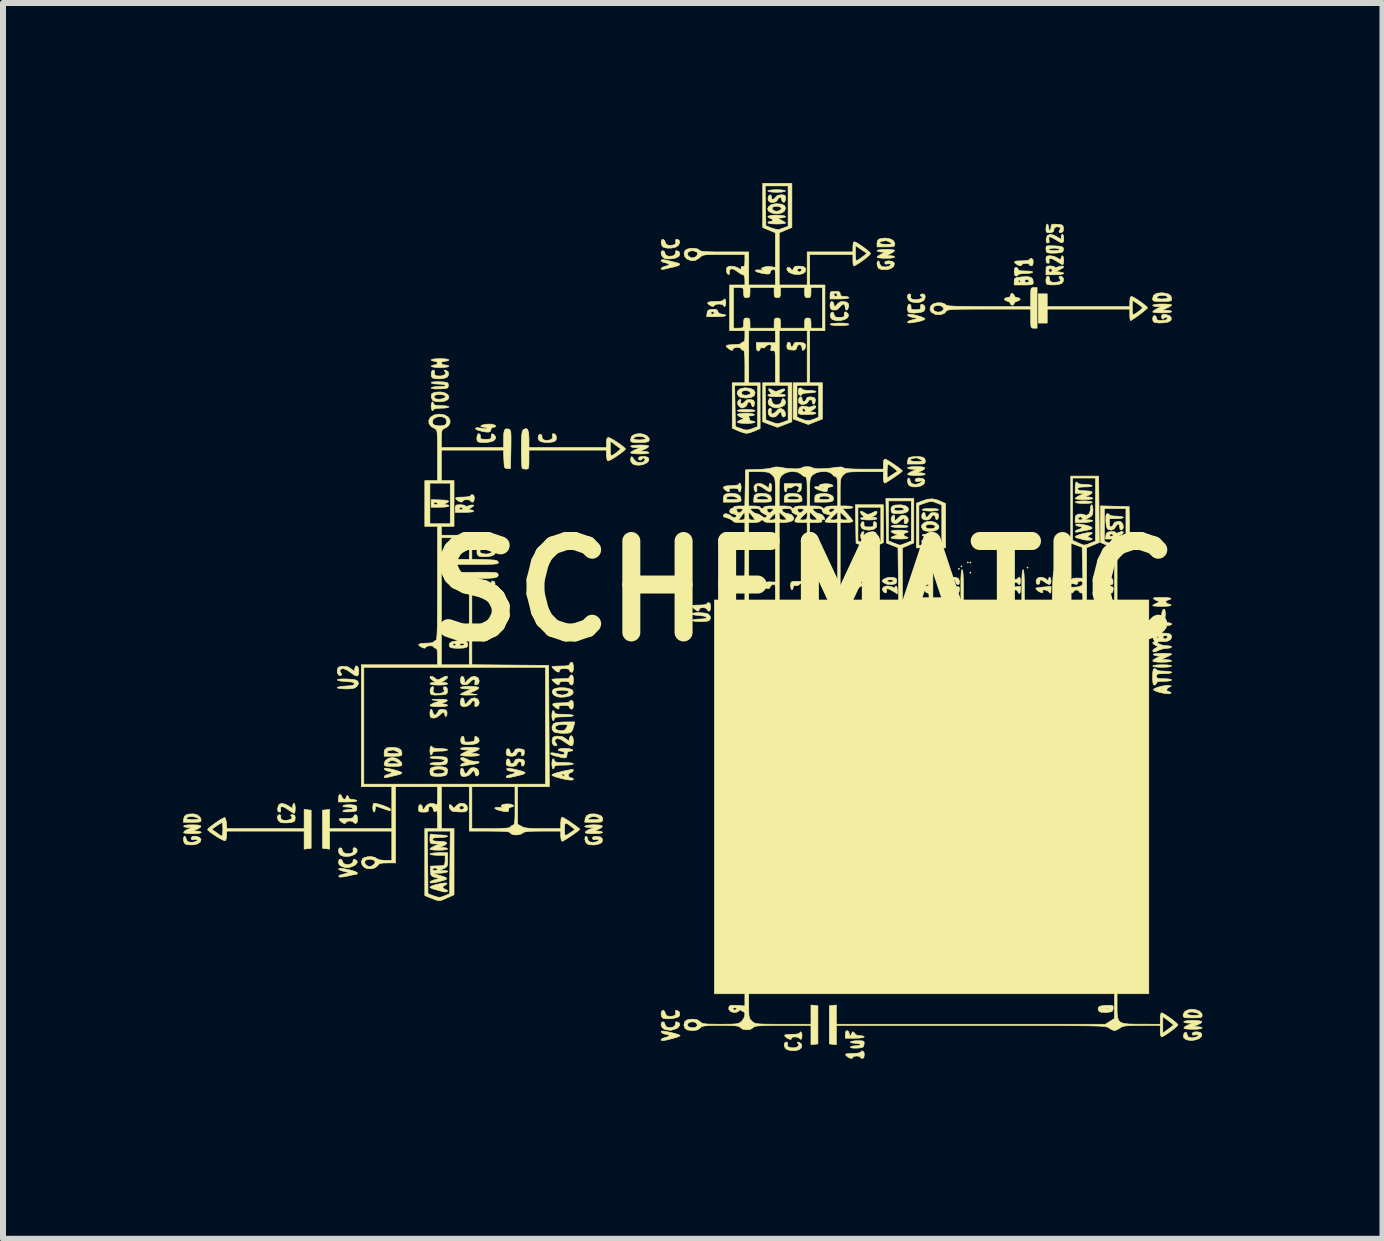
<source format=kicad_pcb>
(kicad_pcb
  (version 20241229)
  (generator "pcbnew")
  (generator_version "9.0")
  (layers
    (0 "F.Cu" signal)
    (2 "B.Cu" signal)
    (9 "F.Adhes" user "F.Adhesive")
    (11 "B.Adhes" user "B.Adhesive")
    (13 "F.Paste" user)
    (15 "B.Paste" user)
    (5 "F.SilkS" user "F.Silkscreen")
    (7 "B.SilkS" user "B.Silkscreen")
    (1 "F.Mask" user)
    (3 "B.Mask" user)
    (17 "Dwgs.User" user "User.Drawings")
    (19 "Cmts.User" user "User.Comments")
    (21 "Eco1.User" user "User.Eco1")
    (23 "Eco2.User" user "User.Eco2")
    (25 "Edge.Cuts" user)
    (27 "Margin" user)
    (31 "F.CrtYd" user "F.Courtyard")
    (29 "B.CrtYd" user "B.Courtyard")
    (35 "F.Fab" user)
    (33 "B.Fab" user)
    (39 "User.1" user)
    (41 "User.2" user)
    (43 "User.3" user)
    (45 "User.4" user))
  (footprint "SCHEMATIC"
    (layer "F.Cu")
    (at 10.337 6.8)
    (property "Reference" "SCHEMATIC" (at 0 0 0) (layer "F.SilkS") (effects (font (size 1.524 1.524) (thickness 0.3))))
    (attr through_hole)
    (fp_poly (pts (xy 2.603 -0.37) (xy 2.593 -0.36) (xy 2.582 -0.37) (xy 2.593 -0.381) (xy 2.603 -0.37)) (stroke (width 0.01) (type solid)) (fill yes) (layer "F.SilkS"))
    (fp_poly (pts (xy 2.646 -0.413) (xy 2.635 -0.402) (xy 2.625 -0.413) (xy 2.635 -0.423) (xy 2.646 -0.413)) (stroke (width 0.01) (type solid)) (fill yes) (layer "F.SilkS"))
    (fp_poly (pts (xy 2.752 -0.476) (xy 2.741 -0.466) (xy 2.731 -0.476) (xy 2.741 -0.487) (xy 2.752 -0.476)) (stroke (width 0.01) (type solid)) (fill yes) (layer "F.SilkS"))
    (fp_poly (pts (xy 2.794 -0.476) (xy 2.783 -0.466) (xy 2.773 -0.476) (xy 2.783 -0.487) (xy 2.794 -0.476)) (stroke (width 0.01) (type solid)) (fill yes) (layer "F.SilkS"))
    (fp_poly (pts (xy 2.794 -0.307) (xy 2.783 -0.296) (xy 2.773 -0.307) (xy 2.783 -0.318) (xy 2.794 -0.307)) (stroke (width 0.01) (type solid)) (fill yes) (layer "F.SilkS"))
    (fp_poly (pts (xy 3.747 -0.392) (xy 3.736 -0.381) (xy 3.725 -0.392) (xy 3.736 -0.402) (xy 3.747 -0.392)) (stroke (width 0.01) (type solid)) (fill yes) (layer "F.SilkS"))
    (fp_poly (pts (xy 6.024 0.311) (xy 6.032 0.356) (xy 6.032 0.39) (xy 6.027 0.451) (xy 6.012 0.484) (xy 5.993 0.484) (xy 5.977 0.457) (xy 5.97 0.408) (xy 5.976 0.353) (xy 5.993 0.312) (xy 6.006 0.301) (xy 6.024 0.311)) (stroke (width 0.01) (type solid)) (fill yes) (layer "F.SilkS"))
    (fp_poly (pts (xy 2.199 -1.373) (xy 2.245 -1.365) (xy 2.254 -1.355) (xy 2.228 -1.343) (xy 2.172 -1.336) (xy 2.117 -1.333) (xy 2.048 -1.337) (xy 1.997 -1.345) (xy 1.979 -1.355) (xy 1.991 -1.366) (xy 2.041 -1.374) (xy 2.117 -1.376) (xy 2.199 -1.373)) (stroke (width 0.01) (type solid)) (fill yes) (layer "F.SilkS"))
    (fp_poly (pts (xy 1.669 -1.098) (xy 1.723 -1.09) (xy 1.746 -1.079) (xy 1.734 -1.068) (xy 1.684 -1.06) (xy 1.61 -1.058) (xy 1.533 -1.061) (xy 1.481 -1.069) (xy 1.461 -1.079) (xy 1.46 -1.079) (xy 1.48 -1.091) (xy 1.531 -1.098) (xy 1.597 -1.101) (xy 1.669 -1.098)) (stroke (width 0.01) (type solid)) (fill yes) (layer "F.SilkS"))
    (fp_poly (pts (xy 4.738 -1.5) (xy 4.792 -1.492) (xy 4.815 -1.482) (xy 4.804 -1.47) (xy 4.753 -1.463) (xy 4.679 -1.46) (xy 4.603 -1.463) (xy 4.55 -1.471) (xy 4.53 -1.482) (xy 4.53 -1.482) (xy 4.549 -1.493) (xy 4.6 -1.5) (xy 4.666 -1.503) (xy 4.738 -1.5)) (stroke (width 0.01) (type solid)) (fill yes) (layer "F.SilkS"))
    (fp_poly (pts (xy -0.876 -3.024) (xy -0.824 -3.017) (xy -0.804 -3.006) (xy -0.804 -3.006) (xy -0.824 -2.995) (xy -0.876 -2.987) (xy -0.952 -2.985) (xy -0.953 -2.985) (xy -1.029 -2.987) (xy -1.081 -2.995) (xy -1.101 -3.006) (xy -1.101 -3.006) (xy -1.081 -3.017) (xy -1.029 -3.024) (xy -0.953 -3.027) (xy -0.953 -3.027) (xy -0.876 -3.024)) (stroke (width 0.01) (type solid)) (fill yes) (layer "F.SilkS"))
    (fp_poly (pts (xy -0.368 -6.686) (xy -0.316 -6.678) (xy -0.296 -6.668) (xy -0.296 -6.668) (xy -0.316 -6.657) (xy -0.368 -6.649) (xy -0.444 -6.646) (xy -0.445 -6.646) (xy -0.521 -6.649) (xy -0.573 -6.657) (xy -0.593 -6.667) (xy -0.593 -6.668) (xy -0.573 -6.678) (xy -0.521 -6.686) (xy -0.445 -6.689) (xy -0.445 -6.689) (xy -0.368 -6.686)) (stroke (width 0.01) (type solid)) (fill yes) (layer "F.SilkS"))
    (fp_poly (pts (xy 0.683 -4.464) (xy 0.739 -4.456) (xy 0.762 -4.446) (xy 0.762 -4.445) (xy 0.742 -4.434) (xy 0.689 -4.427) (xy 0.611 -4.424) (xy 0.603 -4.424) (xy 0.523 -4.426) (xy 0.468 -4.434) (xy 0.445 -4.444) (xy 0.445 -4.445) (xy 0.464 -4.456) (xy 0.518 -4.463) (xy 0.596 -4.466) (xy 0.603 -4.466) (xy 0.683 -4.464)) (stroke (width 0.01) (type solid)) (fill yes) (layer "F.SilkS"))
    (fp_poly (pts (xy 6.06 1.23) (xy 6.115 1.237) (xy 6.138 1.248) (xy 6.138 1.249) (xy 6.119 1.259) (xy 6.065 1.267) (xy 5.987 1.27) (xy 5.98 1.27) (xy 5.9 1.267) (xy 5.844 1.26) (xy 5.821 1.25) (xy 5.821 1.249) (xy 5.841 1.238) (xy 5.894 1.231) (xy 5.972 1.228) (xy 5.98 1.228) (xy 6.06 1.23)) (stroke (width 0.01) (type solid)) (fill yes) (layer "F.SilkS"))
    (fp_poly (pts (xy -0.025 -3.375) (xy -0.021 -3.365) (xy -0.002 -3.354) (xy 0.047 -3.346) (xy 0.095 -3.344) (xy 0.159 -3.341) (xy 0.201 -3.332) (xy 0.212 -3.323) (xy 0.193 -3.312) (xy 0.143 -3.304) (xy 0.095 -3.302) (xy 0.031 -3.299) (xy -0.011 -3.29) (xy -0.021 -3.281) (xy -0.038 -3.262) (xy -0.053 -3.26) (xy -0.078 -3.279) (xy -0.085 -3.323) (xy -0.075 -3.374) (xy -0.053 -3.387) (xy -0.025 -3.375)) (stroke (width 0.01) (type solid)) (fill yes) (layer "F.SilkS"))
    (fp_poly (pts (xy 3.619 -0.018) (xy 3.613 0.025) (xy 3.598 0.042) (xy 3.58 0.025) (xy 3.577 0.011) (xy 3.559 -0.015) (xy 3.523 -0.021) (xy 3.487 -0.015) (xy 3.481 -0.001) (xy 3.485 0.024) (xy 3.463 0.029) (xy 3.425 0.016) (xy 3.405 0.002) (xy 3.373 -0.029) (xy 3.365 -0.048) (xy 3.365 -0.048) (xy 3.391 -0.055) (xy 3.445 -0.063) (xy 3.498 -0.068) (xy 3.619 -0.078) (xy 3.619 -0.018)) (stroke (width 0.01) (type solid)) (fill yes) (layer "F.SilkS"))
    (fp_poly (pts (xy 4.127 -0.012) (xy 4.124 0.03) (xy 4.115 0.035) (xy 4.098 0.016) (xy 4.069 -0.006) (xy 4.032 -0.019) (xy 3.999 -0.021) (xy 3.986 -0.01) (xy 3.989 -0.001) (xy 3.994 0.023) (xy 3.971 0.027) (xy 3.932 0.011) (xy 3.916 -0.000208) (xy 3.882 -0.03) (xy 3.873 -0.048) (xy 3.874 -0.049) (xy 3.899 -0.055) (xy 3.953 -0.063) (xy 4.006 -0.068) (xy 4.128 -0.078) (xy 4.127 -0.012)) (stroke (width 0.01) (type solid)) (fill yes) (layer "F.SilkS"))
    (fp_poly (pts (xy -7.697 3.408) (xy -7.69 3.429) (xy -7.669 3.462) (xy -7.641 3.47) (xy -7.622 3.453) (xy -7.62 3.44) (xy -7.609 3.411) (xy -7.599 3.408) (xy -7.58 3.425) (xy -7.578 3.44) (xy -7.559 3.465) (xy -7.515 3.471) (xy -7.467 3.478) (xy -7.44 3.493) (xy -7.452 3.504) (xy -7.503 3.511) (xy -7.587 3.514) (xy -7.747 3.514) (xy -7.747 3.45) (xy -7.738 3.403) (xy -7.719 3.388) (xy -7.697 3.408)) (stroke (width 0.01) (type solid)) (fill yes) (layer "F.SilkS"))
    (fp_poly (pts (xy -7.107 3.542) (xy -7.045 3.559) (xy -6.979 3.582) (xy -6.922 3.606) (xy -6.885 3.627) (xy -6.879 3.635) (xy -6.88 3.652) (xy -6.887 3.659) (xy -6.91 3.655) (xy -6.958 3.64) (xy -7.013 3.621) (xy -7.133 3.579) (xy -7.133 3.631) (xy -7.141 3.67) (xy -7.154 3.683) (xy -7.168 3.664) (xy -7.175 3.619) (xy -7.176 3.609) (xy -7.17 3.56) (xy -7.156 3.535) (xy -7.153 3.535) (xy -7.107 3.542)) (stroke (width 0.01) (type solid)) (fill yes) (layer "F.SilkS"))
    (fp_poly (pts (xy -2.313 7.193) (xy -2.307 7.217) (xy -2.288 7.257) (xy -2.256 7.272) (xy -2.201 7.274) (xy -2.154 7.257) (xy -2.13 7.226) (xy -2.131 7.205) (xy -2.131 7.18) (xy -2.104 7.179) (xy -2.065 7.2) (xy -2.06 7.235) (xy -2.087 7.273) (xy -2.114 7.291) (xy -2.209 7.32) (xy -2.3 7.308) (xy -2.323 7.298) (xy -2.356 7.268) (xy -2.371 7.228) (xy -2.366 7.192) (xy -2.34 7.176) (xy -2.339 7.176) (xy -2.313 7.193)) (stroke (width 0.01) (type solid)) (fill yes) (layer "F.SilkS"))
    (fp_poly (pts (xy 2.586 -0.073) (xy 2.601 -0.06) (xy 2.603 -0.032) (xy 2.603 -0.031) (xy 2.595 0.013) (xy 2.575 0.034) (xy 2.554 0.024) (xy 2.548 0.012) (xy 2.521 -0.016) (xy 2.483 -0.018) (xy 2.455 0.003) (xy 2.452 0.013) (xy 2.443 0.033) (xy 2.422 0.027) (xy 2.392 0.004) (xy 2.359 -0.028) (xy 2.349 -0.047) (xy 2.349 -0.048) (xy 2.375 -0.055) (xy 2.429 -0.064) (xy 2.482 -0.07) (xy 2.55 -0.075) (xy 2.586 -0.073)) (stroke (width 0.01) (type solid)) (fill yes) (layer "F.SilkS"))
    (fp_poly (pts (xy 5.148 -0.073) (xy 5.162 -0.06) (xy 5.165 -0.032) (xy 5.165 -0.031) (xy 5.156 0.013) (xy 5.136 0.034) (xy 5.115 0.024) (xy 5.109 0.012) (xy 5.082 -0.016) (xy 5.044 -0.018) (xy 5.016 0.003) (xy 5.013 0.013) (xy 5.004 0.033) (xy 4.983 0.027) (xy 4.953 0.004) (xy 4.92 -0.028) (xy 4.91 -0.047) (xy 4.911 -0.048) (xy 4.936 -0.055) (xy 4.99 -0.064) (xy 5.043 -0.07) (xy 5.111 -0.075) (xy 5.148 -0.073)) (stroke (width 0.01) (type solid)) (fill yes) (layer "F.SilkS"))
    (fp_poly (pts (xy -7.687 4.483) (xy -7.684 4.497) (xy -7.667 4.531) (xy -7.642 4.55) (xy -7.597 4.559) (xy -7.549 4.549) (xy -7.512 4.526) (xy -7.502 4.497) (xy -7.503 4.493) (xy -7.499 4.471) (xy -7.477 4.47) (xy -7.439 4.491) (xy -7.434 4.524) (xy -7.461 4.56) (xy -7.501 4.583) (xy -7.566 4.606) (xy -7.616 4.61) (xy -7.673 4.595) (xy -7.689 4.59) (xy -7.735 4.56) (xy -7.747 4.517) (xy -7.736 4.476) (xy -7.715 4.466) (xy -7.687 4.483)) (stroke (width 0.01) (type solid)) (fill yes) (layer "F.SilkS"))
    (fp_poly (pts (xy -7.668 4.624) (xy -7.559 4.646) (xy -7.481 4.668) (xy -7.437 4.689) (xy -7.429 4.7) (xy -7.446 4.719) (xy -7.456 4.721) (xy -7.49 4.726) (xy -7.55 4.738) (xy -7.604 4.751) (xy -7.676 4.764) (xy -7.724 4.766) (xy -7.738 4.76) (xy -7.741 4.747) (xy -7.726 4.735) (xy -7.684 4.722) (xy -7.631 4.708) (xy -7.567 4.692) (xy -7.657 4.671) (xy -7.718 4.652) (xy -7.745 4.633) (xy -7.737 4.621) (xy -7.693 4.62) (xy -7.668 4.624)) (stroke (width 0.01) (type solid)) (fill yes) (layer "F.SilkS"))
    (fp_poly (pts (xy -7.45 4.289) (xy -7.436 4.311) (xy -7.439 4.351) (xy -7.474 4.386) (xy -7.53 4.411) (xy -7.597 4.423) (xy -7.664 4.418) (xy -7.71 4.401) (xy -7.737 4.37) (xy -7.747 4.327) (xy -7.739 4.29) (xy -7.715 4.276) (xy -7.689 4.293) (xy -7.684 4.317) (xy -7.665 4.355) (xy -7.618 4.376) (xy -7.553 4.374) (xy -7.543 4.372) (xy -7.506 4.354) (xy -7.502 4.322) (xy -7.504 4.317) (xy -7.502 4.285) (xy -7.479 4.275) (xy -7.45 4.289)) (stroke (width 0.01) (type solid)) (fill yes) (layer "F.SilkS"))
    (fp_poly (pts (xy -6.181 2.598) (xy -6.181 2.603) (xy -6.161 2.615) (xy -6.111 2.622) (xy -6.054 2.625) (xy -5.986 2.628) (xy -5.94 2.636) (xy -5.927 2.646) (xy -5.946 2.657) (xy -5.996 2.665) (xy -6.054 2.667) (xy -6.127 2.669) (xy -6.167 2.678) (xy -6.18 2.695) (xy -6.181 2.699) (xy -6.192 2.727) (xy -6.202 2.731) (xy -6.216 2.712) (xy -6.223 2.666) (xy -6.223 2.656) (xy -6.218 2.607) (xy -6.205 2.583) (xy -6.202 2.582) (xy -6.181 2.598)) (stroke (width 0.01) (type solid)) (fill yes) (layer "F.SilkS"))
    (fp_poly (pts (xy -6.162 -3.137) (xy -6.16 -3.122) (xy -6.15 -3.104) (xy -6.115 -3.094) (xy -6.048 -3.09) (xy -6.032 -3.09) (xy -5.965 -3.087) (xy -5.919 -3.079) (xy -5.905 -3.069) (xy -5.925 -3.058) (xy -5.975 -3.05) (xy -6.032 -3.048) (xy -6.1 -3.045) (xy -6.146 -3.036) (xy -6.16 -3.027) (xy -6.176 -3.006) (xy -6.181 -3.006) (xy -6.195 -3.024) (xy -6.202 -3.07) (xy -6.202 -3.08) (xy -6.197 -3.129) (xy -6.183 -3.153) (xy -6.181 -3.154) (xy -6.162 -3.137)) (stroke (width 0.01) (type solid)) (fill yes) (layer "F.SilkS"))
    (fp_poly (pts (xy -5.66 2.777) (xy -5.615 2.795) (xy -5.6 2.805) (xy -5.551 2.826) (xy -5.487 2.836) (xy -5.478 2.836) (xy -5.419 2.841) (xy -5.4 2.853) (xy -5.418 2.868) (xy -5.472 2.882) (xy -5.498 2.886) (xy -5.572 2.896) (xy -5.639 2.908) (xy -5.657 2.912) (xy -5.7 2.916) (xy -5.715 2.905) (xy -5.697 2.883) (xy -5.667 2.869) (xy -5.62 2.855) (xy -5.667 2.832) (xy -5.704 2.808) (xy -5.715 2.791) (xy -5.699 2.775) (xy -5.66 2.777)) (stroke (width 0.01) (type solid)) (fill yes) (layer "F.SilkS"))
    (fp_poly (pts (xy -4.13 -2.607) (xy -4.114 -2.567) (xy -4.119 -2.522) (xy -4.128 -2.507) (xy -4.167 -2.487) (xy -4.23 -2.477) (xy -4.302 -2.477) (xy -4.364 -2.488) (xy -4.402 -2.507) (xy -4.42 -2.549) (xy -4.414 -2.591) (xy -4.389 -2.613) (xy -4.381 -2.614) (xy -4.357 -2.597) (xy -4.356 -2.569) (xy -4.344 -2.531) (xy -4.303 -2.512) (xy -4.243 -2.514) (xy -4.214 -2.522) (xy -4.18 -2.546) (xy -4.18 -2.582) (xy -4.182 -2.617) (xy -4.162 -2.625) (xy -4.13 -2.607)) (stroke (width 0.01) (type solid)) (fill yes) (layer "F.SilkS"))
    (fp_poly (pts (xy -2.313 7.001) (xy -2.303 7.032) (xy -2.28 7.075) (xy -2.226 7.09) (xy -2.167 7.081) (xy -2.129 7.064) (xy -2.126 7.032) (xy -2.128 7.025) (xy -2.132 6.992) (xy -2.108 6.988) (xy -2.103 6.989) (xy -2.066 7.013) (xy -2.059 7.057) (xy -2.072 7.088) (xy -2.103 7.106) (xy -2.161 7.119) (xy -2.231 7.127) (xy -2.297 7.126) (xy -2.334 7.12) (xy -2.364 7.09) (xy -2.371 7.047) (xy -2.36 7.001) (xy -2.337 6.984) (xy -2.313 7.001)) (stroke (width 0.01) (type solid)) (fill yes) (layer "F.SilkS"))
    (fp_poly (pts (xy -2.071 -5.656) (xy -2.058 -5.619) (xy -2.074 -5.58) (xy -2.077 -5.577) (xy -2.126 -5.551) (xy -2.197 -5.537) (xy -2.272 -5.536) (xy -2.307 -5.543) (xy -2.343 -5.566) (xy -2.366 -5.605) (xy -2.371 -5.643) (xy -2.356 -5.669) (xy -2.34 -5.673) (xy -2.313 -5.655) (xy -2.307 -5.633) (xy -2.289 -5.596) (xy -2.244 -5.579) (xy -2.184 -5.583) (xy -2.168 -5.589) (xy -2.131 -5.615) (xy -2.13 -5.64) (xy -2.127 -5.668) (xy -2.108 -5.673) (xy -2.071 -5.656)) (stroke (width 0.01) (type solid)) (fill yes) (layer "F.SilkS"))
    (fp_poly (pts (xy -2.071 -5.848) (xy -2.06 -5.811) (xy -2.079 -5.765) (xy -2.086 -5.757) (xy -2.131 -5.73) (xy -2.198 -5.716) (xy -2.27 -5.715) (xy -2.327 -5.729) (xy -2.345 -5.74) (xy -2.366 -5.779) (xy -2.369 -5.823) (xy -2.357 -5.856) (xy -2.34 -5.863) (xy -2.314 -5.845) (xy -2.303 -5.816) (xy -2.28 -5.773) (xy -2.226 -5.758) (xy -2.167 -5.767) (xy -2.129 -5.785) (xy -2.126 -5.817) (xy -2.127 -5.822) (xy -2.129 -5.855) (xy -2.107 -5.863) (xy -2.071 -5.848)) (stroke (width 0.01) (type solid)) (fill yes) (layer "F.SilkS"))
    (fp_poly (pts (xy -0.032 -1.789) (xy -0.032 -1.725) (xy -0.041 -1.675) (xy -0.072 -1.654) (xy -0.073 -1.654) (xy -0.102 -1.652) (xy -0.094 -1.671) (xy -0.087 -1.679) (xy -0.071 -1.716) (xy -0.074 -1.735) (xy -0.106 -1.754) (xy -0.151 -1.753) (xy -0.181 -1.734) (xy -0.211 -1.719) (xy -0.235 -1.721) (xy -0.268 -1.719) (xy -0.275 -1.691) (xy -0.284 -1.658) (xy -0.296 -1.651) (xy -0.311 -1.67) (xy -0.317 -1.715) (xy -0.318 -1.721) (xy -0.318 -1.792) (xy -0.032 -1.789)) (stroke (width 0.01) (type solid)) (fill yes) (layer "F.SilkS"))
    (fp_poly (pts (xy 0.741 -4.625) (xy 0.756 -4.594) (xy 0.739 -4.561) (xy 0.73 -4.55) (xy 0.683 -4.523) (xy 0.616 -4.509) (xy 0.545 -4.509) (xy 0.488 -4.524) (xy 0.467 -4.539) (xy 0.449 -4.583) (xy 0.455 -4.627) (xy 0.48 -4.651) (xy 0.501 -4.64) (xy 0.512 -4.61) (xy 0.523 -4.578) (xy 0.551 -4.564) (xy 0.603 -4.561) (xy 0.657 -4.564) (xy 0.68 -4.577) (xy 0.683 -4.606) (xy 0.683 -4.609) (xy 0.688 -4.649) (xy 0.711 -4.652) (xy 0.741 -4.625)) (stroke (width 0.01) (type solid)) (fill yes) (layer "F.SilkS"))
    (fp_poly (pts (xy 0.756 7.341) (xy 0.762 7.366) (xy 0.771 7.4) (xy 0.783 7.408) (xy 0.802 7.391) (xy 0.804 7.377) (xy 0.816 7.348) (xy 0.826 7.345) (xy 0.852 7.362) (xy 0.86 7.377) (xy 0.89 7.401) (xy 0.944 7.408) (xy 0.992 7.414) (xy 1.016 7.427) (xy 1.016 7.429) (xy 0.996 7.44) (xy 0.943 7.448) (xy 0.865 7.451) (xy 0.857 7.451) (xy 0.699 7.451) (xy 0.699 7.387) (xy 0.708 7.337) (xy 0.73 7.324) (xy 0.756 7.341)) (stroke (width 0.01) (type solid)) (fill yes) (layer "F.SilkS"))
    (fp_poly (pts (xy 1.56 -0.066) (xy 1.566 -0.022) (xy 1.566 -0.019) (xy 1.566 0.046) (xy 1.495 0.002) (xy 1.431 -0.033) (xy 1.394 -0.04) (xy 1.386 -0.021) (xy 1.389 -0.013) (xy 1.388 0.021) (xy 1.365 0.03) (xy 1.334 0.011) (xy 1.315 -0.033) (xy 1.334 -0.067) (xy 1.385 -0.084) (xy 1.403 -0.085) (xy 1.459 -0.077) (xy 1.498 -0.06) (xy 1.499 -0.059) (xy 1.52 -0.045) (xy 1.524 -0.059) (xy 1.538 -0.083) (xy 1.545 -0.085) (xy 1.56 -0.066)) (stroke (width 0.01) (type solid)) (fill yes) (layer "F.SilkS"))
    (fp_poly (pts (xy 1.826 -4.608) (xy 1.891 -4.593) (xy 1.956 -4.573) (xy 2.005 -4.553) (xy 2.026 -4.537) (xy 2.011 -4.521) (xy 1.965 -4.503) (xy 1.913 -4.49) (xy 1.825 -4.474) (xy 1.771 -4.468) (xy 1.744 -4.471) (xy 1.736 -4.484) (xy 1.736 -4.484) (xy 1.754 -4.5) (xy 1.801 -4.516) (xy 1.826 -4.523) (xy 1.916 -4.543) (xy 1.826 -4.559) (xy 1.771 -4.574) (xy 1.74 -4.592) (xy 1.737 -4.607) (xy 1.768 -4.614) (xy 1.773 -4.614) (xy 1.826 -4.608)) (stroke (width 0.01) (type solid)) (fill yes) (layer "F.SilkS"))
    (fp_poly (pts (xy 3.573 -5.381) (xy 3.577 -5.366) (xy 3.587 -5.347) (xy 3.621 -5.337) (xy 3.688 -5.334) (xy 3.705 -5.334) (xy 3.778 -5.331) (xy 3.817 -5.322) (xy 3.821 -5.313) (xy 3.794 -5.301) (xy 3.739 -5.293) (xy 3.692 -5.292) (xy 3.629 -5.288) (xy 3.587 -5.279) (xy 3.577 -5.271) (xy 3.56 -5.252) (xy 3.545 -5.249) (xy 3.522 -5.265) (xy 3.514 -5.317) (xy 3.514 -5.323) (xy 3.521 -5.378) (xy 3.543 -5.397) (xy 3.545 -5.397) (xy 3.573 -5.381)) (stroke (width 0.01) (type solid)) (fill yes) (layer "F.SilkS"))
    (fp_poly (pts (xy -5.145 -0.154) (xy -5.136 -0.118) (xy -5.156 -0.074) (xy -5.165 -0.063) (xy -5.22 -0.033) (xy -5.294 -0.022) (xy -5.368 -0.03) (xy -5.403 -0.044) (xy -5.43 -0.076) (xy -5.44 -0.118) (xy -5.431 -0.155) (xy -5.407 -0.169) (xy -5.383 -0.157) (xy -5.387 -0.128) (xy -5.387 -0.094) (xy -5.354 -0.075) (xy -5.346 -0.072) (xy -5.281 -0.067) (xy -5.238 -0.072) (xy -5.199 -0.09) (xy -5.195 -0.121) (xy -5.197 -0.128) (xy -5.197 -0.162) (xy -5.179 -0.169) (xy -5.145 -0.154)) (stroke (width 0.01) (type solid)) (fill yes) (layer "F.SilkS"))
    (fp_poly (pts (xy -1.553 0.207) (xy -1.545 0.258) (xy -1.545 0.265) (xy -1.552 0.316) (xy -1.57 0.338) (xy -1.592 0.326) (xy -1.601 0.307) (xy -1.63 0.283) (xy -1.674 0.275) (xy -1.723 0.285) (xy -1.736 0.307) (xy -1.744 0.334) (xy -1.771 0.329) (xy -1.815 0.298) (xy -1.849 0.265) (xy -1.863 0.245) (xy -1.843 0.239) (xy -1.793 0.234) (xy -1.736 0.233) (xy -1.668 0.23) (xy -1.622 0.221) (xy -1.609 0.212) (xy -1.592 0.193) (xy -1.577 0.191) (xy -1.553 0.207)) (stroke (width 0.01) (type solid)) (fill yes) (layer "F.SilkS"))
    (fp_poly (pts (xy -0.529 -3.178) (xy -0.529 -3.176) (xy -0.511 -3.13) (xy -0.468 -3.104) (xy -0.416 -3.106) (xy -0.402 -3.111) (xy -0.368 -3.146) (xy -0.36 -3.175) (xy -0.349 -3.205) (xy -0.328 -3.204) (xy -0.303 -3.175) (xy -0.296 -3.143) (xy -0.31 -3.102) (xy -0.357 -3.073) (xy -0.363 -3.071) (xy -0.425 -3.053) (xy -0.47 -3.053) (xy -0.522 -3.069) (xy -0.522 -3.069) (xy -0.574 -3.102) (xy -0.588 -3.148) (xy -0.582 -3.175) (xy -0.561 -3.211) (xy -0.539 -3.212) (xy -0.529 -3.178)) (stroke (width 0.01) (type solid)) (fill yes) (layer "F.SilkS"))
    (fp_poly (pts (xy -0.043 -0.163) (xy 0.01 -0.152) (xy 0.035 -0.128) (xy 0.038 -0.091) (xy 0.024 -0.045) (xy 0.003 -0.026) (xy -0.015 -0.038) (xy -0.021 -0.072) (xy -0.03 -0.116) (xy -0.052 -0.126) (xy -0.075 -0.104) (xy -0.105 -0.09) (xy -0.129 -0.091) (xy -0.162 -0.089) (xy -0.169 -0.062) (xy -0.179 -0.028) (xy -0.191 -0.021) (xy -0.205 -0.04) (xy -0.212 -0.085) (xy -0.212 -0.091) (xy -0.208 -0.137) (xy -0.19 -0.157) (xy -0.144 -0.163) (xy -0.132 -0.163) (xy -0.043 -0.163)) (stroke (width 0.01) (type solid)) (fill yes) (layer "F.SilkS"))
    (fp_poly (pts (xy 1.052 -0.151) (xy 1.058 -0.107) (xy 1.058 -0.106) (xy 1.052 -0.061) (xy 1.037 -0.042) (xy 1.037 -0.042) (xy 1.017 -0.058) (xy 1.016 -0.064) (xy 0.998 -0.081) (xy 0.974 -0.085) (xy 0.939 -0.076) (xy 0.931 -0.064) (xy 0.916 -0.045) (xy 0.876 -0.049) (xy 0.841 -0.065) (xy 0.814 -0.091) (xy 0.825 -0.112) (xy 0.872 -0.124) (xy 0.922 -0.127) (xy 0.978 -0.131) (xy 1.012 -0.142) (xy 1.016 -0.148) (xy 1.032 -0.169) (xy 1.037 -0.169) (xy 1.052 -0.151)) (stroke (width 0.01) (type solid)) (fill yes) (layer "F.SilkS"))
    (fp_poly (pts (xy 1.216 -1.137) (xy 1.224 -1.114) (xy 1.217 -1.062) (xy 1.173 -1.029) (xy 1.097 -1.016) (xy 1.09 -1.016) (xy 1.023 -1.023) (xy 0.979 -1.043) (xy 0.975 -1.047) (xy 0.956 -1.091) (xy 0.964 -1.136) (xy 0.99 -1.159) (xy 1.009 -1.15) (xy 1.011 -1.118) (xy 1.012 -1.087) (xy 1.032 -1.072) (xy 1.082 -1.069) (xy 1.09 -1.069) (xy 1.144 -1.071) (xy 1.167 -1.084) (xy 1.169 -1.113) (xy 1.168 -1.119) (xy 1.173 -1.154) (xy 1.194 -1.159) (xy 1.216 -1.137)) (stroke (width 0.01) (type solid)) (fill yes) (layer "F.SilkS"))
    (fp_poly (pts (xy 3.506 -4.937) (xy 3.507 -4.934) (xy 3.534 -4.897) (xy 3.571 -4.889) (xy 3.608 -4.88) (xy 3.612 -4.858) (xy 3.586 -4.837) (xy 3.56 -4.83) (xy 3.523 -4.813) (xy 3.514 -4.793) (xy 3.497 -4.766) (xy 3.482 -4.763) (xy 3.454 -4.779) (xy 3.45 -4.793) (xy 3.432 -4.819) (xy 3.404 -4.83) (xy 3.362 -4.846) (xy 3.35 -4.869) (xy 3.37 -4.886) (xy 3.395 -4.889) (xy 3.439 -4.9) (xy 3.45 -4.92) (xy 3.462 -4.956) (xy 3.485 -4.963) (xy 3.506 -4.937)) (stroke (width 0.01) (type solid)) (fill yes) (layer "F.SilkS"))
    (fp_poly (pts (xy 3.613 -0.214) (xy 3.619 -0.17) (xy 3.619 -0.169) (xy 3.613 -0.125) (xy 3.599 -0.106) (xy 3.598 -0.106) (xy 3.578 -0.122) (xy 3.577 -0.127) (xy 3.559 -0.144) (xy 3.535 -0.148) (xy 3.5 -0.139) (xy 3.493 -0.127) (xy 3.484 -0.109) (xy 3.453 -0.114) (xy 3.413 -0.132) (xy 3.373 -0.158) (xy 3.373 -0.177) (xy 3.414 -0.188) (xy 3.471 -0.191) (xy 3.532 -0.194) (xy 3.57 -0.204) (xy 3.577 -0.212) (xy 3.593 -0.232) (xy 3.598 -0.233) (xy 3.613 -0.214)) (stroke (width 0.01) (type solid)) (fill yes) (layer "F.SilkS"))
    (fp_poly (pts (xy 4.121 -0.214) (xy 4.127 -0.17) (xy 4.128 -0.169) (xy 4.12 -0.121) (xy 4.096 -0.109) (xy 4.05 -0.131) (xy 4.027 -0.148) (xy 3.974 -0.184) (xy 3.945 -0.185) (xy 3.941 -0.156) (xy 3.934 -0.122) (xy 3.909 -0.11) (xy 3.885 -0.126) (xy 3.879 -0.163) (xy 3.884 -0.191) (xy 3.913 -0.223) (xy 3.963 -0.232) (xy 4.019 -0.217) (xy 4.046 -0.198) (xy 4.075 -0.175) (xy 4.084 -0.181) (xy 4.085 -0.198) (xy 4.096 -0.228) (xy 4.106 -0.233) (xy 4.121 -0.214)) (stroke (width 0.01) (type solid)) (fill yes) (layer "F.SilkS"))
    (fp_poly (pts (xy 4.642 -1.113) (xy 4.708 -1.099) (xy 4.772 -1.08) (xy 4.775 -1.079) (xy 4.811 -1.059) (xy 4.808 -1.04) (xy 4.765 -1.023) (xy 4.688 -1.007) (xy 4.624 -0.995) (xy 4.574 -0.984) (xy 4.567 -0.982) (xy 4.536 -0.983) (xy 4.53 -0.994) (xy 4.548 -1.014) (xy 4.592 -1.03) (xy 4.593 -1.03) (xy 4.635 -1.047) (xy 4.641 -1.066) (xy 4.609 -1.079) (xy 4.593 -1.079) (xy 4.552 -1.091) (xy 4.538 -1.104) (xy 4.546 -1.116) (xy 4.584 -1.119) (xy 4.642 -1.113)) (stroke (width 0.01) (type solid)) (fill yes) (layer "F.SilkS"))
    (fp_poly (pts (xy 4.81 -0.976) (xy 4.812 -0.975) (xy 4.81 -0.956) (xy 4.786 -0.943) (xy 4.75 -0.922) (xy 4.743 -0.9) (xy 4.768 -0.889) (xy 4.772 -0.889) (xy 4.808 -0.876) (xy 4.815 -0.868) (xy 4.806 -0.856) (xy 4.769 -0.849) (xy 4.72 -0.848) (xy 4.674 -0.855) (xy 4.667 -0.857) (xy 4.632 -0.867) (xy 4.588 -0.877) (xy 4.546 -0.891) (xy 4.53 -0.906) (xy 4.548 -0.921) (xy 4.596 -0.939) (xy 4.659 -0.957) (xy 4.725 -0.971) (xy 4.779 -0.978) (xy 4.81 -0.976)) (stroke (width 0.01) (type solid)) (fill yes) (layer "F.SilkS"))
    (fp_poly (pts (xy -8.476 3.737) (xy -8.467 3.777) (xy -8.473 3.821) (xy -8.485 3.84) (xy -8.531 3.855) (xy -8.599 3.862) (xy -8.668 3.862) (xy -8.715 3.853) (xy -8.748 3.824) (xy -8.764 3.783) (xy -8.76 3.746) (xy -8.736 3.726) (xy -8.73 3.725) (xy -8.706 3.738) (xy -8.709 3.765) (xy -8.703 3.799) (xy -8.667 3.819) (xy -8.612 3.822) (xy -8.561 3.81) (xy -8.523 3.791) (xy -8.521 3.77) (xy -8.53 3.757) (xy -8.544 3.733) (xy -8.521 3.725) (xy -8.512 3.725) (xy -8.476 3.737)) (stroke (width 0.01) (type solid)) (fill yes) (layer "F.SilkS"))
    (fp_poly (pts (xy -5.658 1.44) (xy -5.648 1.476) (xy -5.641 1.535) (xy -5.589 1.476) (xy -5.532 1.431) (xy -5.473 1.42) (xy -5.424 1.443) (xy -5.42 1.449) (xy -5.401 1.495) (xy -5.412 1.539) (xy -5.447 1.563) (xy -5.475 1.56) (xy -5.474 1.531) (xy -5.473 1.528) (xy -5.47 1.485) (xy -5.491 1.472) (xy -5.526 1.488) (xy -5.548 1.512) (xy -5.601 1.556) (xy -5.662 1.561) (xy -5.689 1.552) (xy -5.708 1.526) (xy -5.715 1.48) (xy -5.704 1.432) (xy -5.681 1.418) (xy -5.658 1.44)) (stroke (width 0.01) (type solid)) (fill yes) (layer "F.SilkS"))
    (fp_poly (pts (xy -5.489 -1.59) (xy -5.482 -1.545) (xy -5.492 -1.495) (xy -5.514 -1.482) (xy -5.542 -1.493) (xy -5.546 -1.503) (xy -5.564 -1.518) (xy -5.608 -1.524) (xy -5.609 -1.524) (xy -5.654 -1.518) (xy -5.673 -1.503) (xy -5.673 -1.503) (xy -5.688 -1.484) (xy -5.724 -1.489) (xy -5.763 -1.511) (xy -5.792 -1.538) (xy -5.791 -1.555) (xy -5.756 -1.564) (xy -5.683 -1.566) (xy -5.673 -1.566) (xy -5.605 -1.57) (xy -5.559 -1.578) (xy -5.546 -1.587) (xy -5.529 -1.606) (xy -5.514 -1.609) (xy -5.489 -1.59)) (stroke (width 0.01) (type solid)) (fill yes) (layer "F.SilkS"))
    (fp_poly (pts (xy -0.261 7.527) (xy -0.264 7.555) (xy -0.264 7.586) (xy -0.234 7.604) (xy -0.214 7.609) (xy -0.152 7.611) (xy -0.106 7.599) (xy -0.075 7.576) (xy -0.081 7.551) (xy -0.088 7.542) (xy -0.103 7.518) (xy -0.083 7.516) (xy -0.073 7.517) (xy -0.037 7.543) (xy -0.025 7.573) (xy -0.037 7.615) (xy -0.08 7.645) (xy -0.144 7.66) (xy -0.218 7.656) (xy -0.27 7.641) (xy -0.303 7.613) (xy -0.318 7.572) (xy -0.315 7.535) (xy -0.291 7.515) (xy -0.284 7.514) (xy -0.261 7.527)) (stroke (width 0.01) (type solid)) (fill yes) (layer "F.SilkS"))
    (fp_poly (pts (xy 0.543 -0.151) (xy 0.55 -0.105) (xy 0.55 -0.095) (xy 0.547 -0.044) (xy 0.532 -0.025) (xy 0.498 -0.037) (xy 0.445 -0.073) (xy 0.39 -0.107) (xy 0.356 -0.112) (xy 0.348 -0.089) (xy 0.354 -0.071) (xy 0.355 -0.046) (xy 0.337 -0.047) (xy 0.311 -0.073) (xy 0.311 -0.114) (xy 0.337 -0.151) (xy 0.343 -0.156) (xy 0.381 -0.167) (xy 0.429 -0.15) (xy 0.444 -0.141) (xy 0.487 -0.118) (xy 0.505 -0.119) (xy 0.508 -0.136) (xy 0.519 -0.165) (xy 0.529 -0.169) (xy 0.543 -0.151)) (stroke (width 0.01) (type solid)) (fill yes) (layer "F.SilkS"))
    (fp_poly (pts (xy 1.009 7.681) (xy 1.016 7.726) (xy 1.007 7.776) (xy 0.984 7.789) (xy 0.956 7.778) (xy 0.953 7.768) (xy 0.934 7.753) (xy 0.89 7.747) (xy 0.889 7.747) (xy 0.844 7.753) (xy 0.826 7.768) (xy 0.826 7.768) (xy 0.811 7.787) (xy 0.774 7.782) (xy 0.736 7.76) (xy 0.706 7.733) (xy 0.707 7.716) (xy 0.742 7.707) (xy 0.815 7.705) (xy 0.826 7.705) (xy 0.893 7.701) (xy 0.939 7.693) (xy 0.953 7.684) (xy 0.97 7.665) (xy 0.984 7.662) (xy 1.009 7.681)) (stroke (width 0.01) (type solid)) (fill yes) (layer "F.SilkS"))
    (fp_poly (pts (xy 3.825 -5.527) (xy 3.831 -5.482) (xy 3.822 -5.432) (xy 3.799 -5.419) (xy 3.771 -5.43) (xy 3.768 -5.44) (xy 3.749 -5.455) (xy 3.705 -5.461) (xy 3.704 -5.461) (xy 3.66 -5.455) (xy 3.641 -5.44) (xy 3.641 -5.44) (xy 3.626 -5.421) (xy 3.589 -5.426) (xy 3.551 -5.448) (xy 3.521 -5.475) (xy 3.522 -5.492) (xy 3.557 -5.501) (xy 3.631 -5.503) (xy 3.641 -5.503) (xy 3.708 -5.507) (xy 3.754 -5.515) (xy 3.768 -5.524) (xy 3.785 -5.543) (xy 3.799 -5.546) (xy 3.825 -5.527)) (stroke (width 0.01) (type solid)) (fill yes) (layer "F.SilkS"))
    (fp_poly (pts (xy 4.098 -5.232) (xy 4.101 -5.202) (xy 4.113 -5.162) (xy 4.158 -5.144) (xy 4.23 -5.149) (xy 4.248 -5.153) (xy 4.283 -5.167) (xy 4.283 -5.187) (xy 4.275 -5.198) (xy 4.259 -5.233) (xy 4.278 -5.248) (xy 4.307 -5.242) (xy 4.334 -5.213) (xy 4.335 -5.17) (xy 4.311 -5.131) (xy 4.298 -5.123) (xy 4.254 -5.11) (xy 4.191 -5.103) (xy 4.126 -5.102) (xy 4.075 -5.107) (xy 4.057 -5.115) (xy 4.043 -5.149) (xy 4.043 -5.195) (xy 4.055 -5.235) (xy 4.074 -5.249) (xy 4.098 -5.232)) (stroke (width 0.01) (type solid)) (fill yes) (layer "F.SilkS"))
    (fp_poly (pts (xy 5.032 -0.223) (xy 5.101 -0.221) (xy 5.138 -0.214) (xy 5.155 -0.196) (xy 5.161 -0.164) (xy 5.158 -0.119) (xy 5.134 -0.106) (xy 5.107 -0.124) (xy 5.101 -0.148) (xy 5.088 -0.183) (xy 5.069 -0.191) (xy 5.042 -0.173) (xy 5.038 -0.157) (xy 5.026 -0.134) (xy 4.995 -0.138) (xy 4.961 -0.14) (xy 4.953 -0.128) (xy 4.938 -0.107) (xy 4.932 -0.106) (xy 4.917 -0.124) (xy 4.911 -0.165) (xy 4.913 -0.198) (xy 4.926 -0.216) (xy 4.961 -0.222) (xy 5.026 -0.223) (xy 5.032 -0.223)) (stroke (width 0.01) (type solid)) (fill yes) (layer "F.SilkS"))
    (fp_poly (pts (xy -8.475 3.554) (xy -8.467 3.601) (xy -8.467 3.619) (xy -8.47 3.673) (xy -8.48 3.702) (xy -8.484 3.704) (xy -8.509 3.693) (xy -8.556 3.663) (xy -8.589 3.639) (xy -8.653 3.6) (xy -8.696 3.59) (xy -8.714 3.609) (xy -8.71 3.642) (xy -8.709 3.676) (xy -8.731 3.683) (xy -8.755 3.672) (xy -8.76 3.633) (xy -8.759 3.614) (xy -8.74 3.559) (xy -8.697 3.538) (xy -8.633 3.551) (xy -8.583 3.577) (xy -8.509 3.623) (xy -8.509 3.579) (xy -8.5 3.544) (xy -8.488 3.535) (xy -8.475 3.554)) (stroke (width 0.01) (type solid)) (fill yes) (layer "F.SilkS"))
    (fp_poly (pts (xy -7.544 3.56) (xy -7.481 3.566) (xy -7.451 3.578) (xy -7.441 3.602) (xy -7.44 3.619) (xy -7.443 3.649) (xy -7.459 3.666) (xy -7.499 3.674) (xy -7.564 3.679) (xy -7.639 3.679) (xy -7.673 3.672) (xy -7.674 3.663) (xy -7.645 3.649) (xy -7.592 3.641) (xy -7.575 3.641) (xy -7.522 3.636) (xy -7.502 3.624) (xy -7.504 3.619) (xy -7.531 3.606) (xy -7.584 3.599) (xy -7.604 3.598) (xy -7.659 3.595) (xy -7.675 3.584) (xy -7.67 3.576) (xy -7.637 3.564) (xy -7.578 3.559) (xy -7.544 3.56)) (stroke (width 0.01) (type solid)) (fill yes) (layer "F.SilkS"))
    (fp_poly (pts (xy -6.145 -3.671) (xy -6.149 -3.641) (xy -6.149 -3.608) (xy -6.117 -3.589) (xy -6.106 -3.586) (xy -6.044 -3.584) (xy -5.997 -3.596) (xy -5.961 -3.617) (xy -5.96 -3.639) (xy -5.971 -3.654) (xy -5.987 -3.679) (xy -5.969 -3.682) (xy -5.958 -3.68) (xy -5.92 -3.656) (xy -5.909 -3.614) (xy -5.929 -3.572) (xy -5.939 -3.563) (xy -5.985 -3.546) (xy -6.053 -3.537) (xy -6.123 -3.538) (xy -6.175 -3.549) (xy -6.196 -3.575) (xy -6.202 -3.618) (xy -6.195 -3.66) (xy -6.174 -3.682) (xy -6.169 -3.683) (xy -6.145 -3.671)) (stroke (width 0.01) (type solid)) (fill yes) (layer "F.SilkS"))
    (fp_poly (pts (xy -6.054 -1.519) (xy -5.967 -1.515) (xy -5.92 -1.506) (xy -5.91 -1.493) (xy -5.936 -1.474) (xy -5.953 -1.465) (xy -6.001 -1.442) (xy -5.953 -1.441) (xy -5.916 -1.432) (xy -5.905 -1.418) (xy -5.925 -1.407) (xy -5.978 -1.4) (xy -6.054 -1.397) (xy -6.202 -1.397) (xy -6.202 -1.46) (xy -6.16 -1.46) (xy -6.142 -1.442) (xy -6.128 -1.439) (xy -6.1 -1.451) (xy -6.096 -1.46) (xy -6.113 -1.479) (xy -6.128 -1.482) (xy -6.156 -1.47) (xy -6.16 -1.46) (xy -6.202 -1.46) (xy -6.202 -1.524) (xy -6.054 -1.519)) (stroke (width 0.01) (type solid)) (fill yes) (layer "F.SilkS"))
    (fp_poly (pts (xy -5.989 1.803) (xy -5.94 1.812) (xy -5.931 1.826) (xy -5.965 1.848) (xy -5.985 1.856) (xy -6.043 1.879) (xy -5.985 1.882) (xy -5.943 1.89) (xy -5.927 1.905) (xy -5.946 1.916) (xy -5.999 1.923) (xy -6.075 1.926) (xy -6.075 1.926) (xy -6.148 1.924) (xy -6.201 1.917) (xy -6.223 1.907) (xy -6.223 1.907) (xy -6.205 1.888) (xy -6.16 1.866) (xy -6.144 1.86) (xy -6.064 1.832) (xy -6.149 1.819) (xy -6.185 1.812) (xy -6.187 1.807) (xy -6.152 1.804) (xy -6.08 1.802) (xy -5.989 1.803)) (stroke (width 0.01) (type solid)) (fill yes) (layer "F.SilkS"))
    (fp_poly (pts (xy -5.657 2.429) (xy -5.652 2.465) (xy -5.648 2.5) (xy -5.63 2.515) (xy -5.587 2.516) (xy -5.562 2.515) (xy -5.505 2.508) (xy -5.48 2.494) (xy -5.476 2.466) (xy -5.477 2.459) (xy -5.471 2.423) (xy -5.449 2.421) (xy -5.417 2.452) (xy -5.41 2.463) (xy -5.4 2.498) (xy -5.425 2.529) (xy -5.428 2.531) (xy -5.476 2.549) (xy -5.547 2.559) (xy -5.62 2.559) (xy -5.678 2.548) (xy -5.69 2.543) (xy -5.709 2.51) (xy -5.709 2.464) (xy -5.691 2.426) (xy -5.678 2.418) (xy -5.657 2.429)) (stroke (width 0.01) (type solid)) (fill yes) (layer "F.SilkS"))
    (fp_poly (pts (xy -5.384 -2.607) (xy -5.382 -2.577) (xy -5.381 -2.548) (xy -5.362 -2.534) (xy -5.314 -2.53) (xy -5.292 -2.529) (xy -5.233 -2.532) (xy -5.206 -2.542) (xy -5.201 -2.566) (xy -5.201 -2.577) (xy -5.197 -2.617) (xy -5.174 -2.62) (xy -5.148 -2.599) (xy -5.125 -2.565) (xy -5.135 -2.532) (xy -5.156 -2.51) (xy -5.193 -2.492) (xy -5.254 -2.48) (xy -5.324 -2.475) (xy -5.386 -2.478) (xy -5.424 -2.489) (xy -5.426 -2.491) (xy -5.44 -2.525) (xy -5.439 -2.571) (xy -5.427 -2.61) (xy -5.408 -2.625) (xy -5.384 -2.607)) (stroke (width 0.01) (type solid)) (fill yes) (layer "F.SilkS"))
    (fp_poly (pts (xy -5.383 -0.707) (xy -5.387 -0.678) (xy -5.387 -0.644) (xy -5.354 -0.625) (xy -5.346 -0.623) (xy -5.281 -0.617) (xy -5.238 -0.623) (xy -5.199 -0.64) (xy -5.195 -0.671) (xy -5.197 -0.678) (xy -5.198 -0.713) (xy -5.177 -0.716) (xy -5.148 -0.694) (xy -5.125 -0.66) (xy -5.135 -0.627) (xy -5.156 -0.605) (xy -5.196 -0.586) (xy -5.261 -0.575) (xy -5.334 -0.572) (xy -5.397 -0.58) (xy -5.413 -0.586) (xy -5.434 -0.612) (xy -5.44 -0.655) (xy -5.433 -0.696) (xy -5.412 -0.719) (xy -5.407 -0.72) (xy -5.383 -0.707)) (stroke (width 0.01) (type solid)) (fill yes) (layer "F.SilkS"))
    (fp_poly (pts (xy -4.879 3.551) (xy -4.837 3.567) (xy -4.828 3.585) (xy -4.853 3.597) (xy -4.868 3.598) (xy -4.904 3.613) (xy -4.911 3.641) (xy -4.914 3.666) (xy -4.929 3.678) (xy -4.965 3.676) (xy -5.032 3.663) (xy -5.054 3.658) (xy -5.108 3.642) (xy -5.14 3.623) (xy -5.144 3.617) (xy -5.125 3.605) (xy -5.075 3.603) (xy -5.054 3.605) (xy -5.008 3.608) (xy -4.994 3.607) (xy -5.001 3.605) (xy -5.034 3.589) (xy -5.033 3.573) (xy -5.007 3.557) (xy -4.961 3.548) (xy -4.906 3.547) (xy -4.879 3.551)) (stroke (width 0.01) (type solid)) (fill yes) (layer "F.SilkS"))
    (fp_poly (pts (xy -4.151 2.007) (xy -4.149 2.021) (xy -4.14 2.038) (xy -4.11 2.048) (xy -4.051 2.052) (xy -3.99 2.053) (xy -3.91 2.056) (xy -3.854 2.063) (xy -3.831 2.073) (xy -3.831 2.074) (xy -3.851 2.085) (xy -3.904 2.092) (xy -3.982 2.095) (xy -3.99 2.095) (xy -4.074 2.097) (xy -4.123 2.103) (xy -4.145 2.115) (xy -4.149 2.127) (xy -4.16 2.155) (xy -4.17 2.159) (xy -4.183 2.14) (xy -4.19 2.093) (xy -4.191 2.074) (xy -4.186 2.021) (xy -4.175 1.992) (xy -4.17 1.99) (xy -4.151 2.007)) (stroke (width 0.01) (type solid)) (fill yes) (layer "F.SilkS"))
    (fp_poly (pts (xy -4.151 2.811) (xy -4.149 2.826) (xy -4.14 2.842) (xy -4.11 2.852) (xy -4.051 2.857) (xy -3.99 2.857) (xy -3.91 2.86) (xy -3.854 2.867) (xy -3.831 2.878) (xy -3.831 2.879) (xy -3.851 2.889) (xy -3.904 2.897) (xy -3.982 2.9) (xy -3.99 2.9) (xy -4.074 2.901) (xy -4.123 2.908) (xy -4.145 2.919) (xy -4.149 2.932) (xy -4.16 2.96) (xy -4.17 2.963) (xy -4.183 2.945) (xy -4.19 2.898) (xy -4.191 2.879) (xy -4.186 2.826) (xy -4.175 2.796) (xy -4.17 2.794) (xy -4.151 2.811)) (stroke (width 0.01) (type solid)) (fill yes) (layer "F.SilkS"))
    (fp_poly (pts (xy -2.289 7.339) (xy -2.222 7.352) (xy -2.153 7.369) (xy -2.095 7.386) (xy -2.059 7.401) (xy -2.053 7.407) (xy -2.072 7.421) (xy -2.121 7.439) (xy -2.19 7.459) (xy -2.277 7.48) (xy -2.331 7.49) (xy -2.359 7.49) (xy -2.37 7.481) (xy -2.371 7.473) (xy -2.352 7.456) (xy -2.307 7.441) (xy -2.297 7.439) (xy -2.25 7.423) (xy -2.236 7.404) (xy -2.256 7.389) (xy -2.282 7.387) (xy -2.324 7.378) (xy -2.358 7.36) (xy -2.37 7.339) (xy -2.367 7.335) (xy -2.342 7.332) (xy -2.289 7.339)) (stroke (width 0.01) (type solid)) (fill yes) (layer "F.SilkS"))
    (fp_poly (pts (xy -2.253 -5.508) (xy -2.244 -5.505) (xy -2.175 -5.488) (xy -2.112 -5.473) (xy -2.111 -5.473) (xy -2.064 -5.457) (xy -2.059 -5.439) (xy -2.096 -5.419) (xy -2.164 -5.4) (xy -2.237 -5.384) (xy -2.3 -5.369) (xy -2.323 -5.363) (xy -2.361 -5.361) (xy -2.371 -5.374) (xy -2.352 -5.395) (xy -2.308 -5.411) (xy -2.307 -5.411) (xy -2.251 -5.428) (xy -2.236 -5.445) (xy -2.262 -5.462) (xy -2.297 -5.47) (xy -2.346 -5.484) (xy -2.37 -5.501) (xy -2.371 -5.504) (xy -2.36 -5.521) (xy -2.322 -5.522) (xy -2.253 -5.508)) (stroke (width 0.01) (type solid)) (fill yes) (layer "F.SilkS"))
    (fp_poly (pts (xy -1.297 -4.85) (xy -1.291 -4.806) (xy -1.291 -4.805) (xy -1.297 -4.76) (xy -1.312 -4.741) (xy -1.312 -4.741) (xy -1.333 -4.757) (xy -1.333 -4.763) (xy -1.352 -4.776) (xy -1.398 -4.783) (xy -1.408 -4.784) (xy -1.457 -4.778) (xy -1.481 -4.765) (xy -1.482 -4.763) (xy -1.497 -4.744) (xy -1.533 -4.749) (xy -1.571 -4.771) (xy -1.596 -4.797) (xy -1.585 -4.814) (xy -1.538 -4.823) (xy -1.457 -4.826) (xy -1.391 -4.829) (xy -1.346 -4.838) (xy -1.333 -4.847) (xy -1.317 -4.868) (xy -1.312 -4.868) (xy -1.297 -4.85)) (stroke (width 0.01) (type solid)) (fill yes) (layer "F.SilkS"))
    (fp_poly (pts (xy -1.044 -1.781) (xy -1.037 -1.735) (xy -1.037 -1.725) (xy -1.042 -1.676) (xy -1.056 -1.652) (xy -1.058 -1.651) (xy -1.077 -1.668) (xy -1.079 -1.683) (xy -1.094 -1.705) (xy -1.14 -1.714) (xy -1.164 -1.714) (xy -1.217 -1.711) (xy -1.237 -1.699) (xy -1.235 -1.683) (xy -1.234 -1.656) (xy -1.259 -1.657) (xy -1.296 -1.68) (xy -1.331 -1.716) (xy -1.326 -1.739) (xy -1.281 -1.753) (xy -1.206 -1.757) (xy -1.139 -1.76) (xy -1.093 -1.768) (xy -1.079 -1.778) (xy -1.063 -1.799) (xy -1.058 -1.799) (xy -1.044 -1.781)) (stroke (width 0.01) (type solid)) (fill yes) (layer "F.SilkS"))
    (fp_poly (pts (xy -0.536 -1.781) (xy -0.529 -1.735) (xy -0.529 -1.725) (xy -0.535 -1.673) (xy -0.556 -1.654) (xy -0.597 -1.669) (xy -0.647 -1.704) (xy -0.7 -1.738) (xy -0.744 -1.756) (xy -0.752 -1.757) (xy -0.777 -1.747) (xy -0.776 -1.712) (xy -0.774 -1.704) (xy -0.774 -1.663) (xy -0.791 -1.65) (xy -0.813 -1.671) (xy -0.817 -1.682) (xy -0.824 -1.739) (xy -0.8 -1.778) (xy -0.753 -1.795) (xy -0.692 -1.787) (xy -0.635 -1.757) (xy -0.572 -1.712) (xy -0.572 -1.755) (xy -0.563 -1.791) (xy -0.55 -1.799) (xy -0.536 -1.781)) (stroke (width 0.01) (type solid)) (fill yes) (layer "F.SilkS"))
    (fp_poly (pts (xy 1.526 -0.221) (xy 1.55 -0.205) (xy 1.556 -0.17) (xy 1.556 -0.169) (xy 1.55 -0.135) (xy 1.527 -0.118) (xy 1.473 -0.11) (xy 1.471 -0.11) (xy 1.393 -0.115) (xy 1.344 -0.137) (xy 1.315 -0.162) (xy 1.316 -0.169) (xy 1.397 -0.169) (xy 1.415 -0.153) (xy 1.45 -0.148) (xy 1.49 -0.155) (xy 1.503 -0.169) (xy 1.485 -0.185) (xy 1.45 -0.191) (xy 1.41 -0.183) (xy 1.397 -0.169) (xy 1.316 -0.169) (xy 1.319 -0.181) (xy 1.344 -0.202) (xy 1.403 -0.225) (xy 1.471 -0.228) (xy 1.526 -0.221)) (stroke (width 0.01) (type solid)) (fill yes) (layer "F.SilkS"))
    (fp_poly (pts (xy 1.724 -1.242) (xy 1.747 -1.205) (xy 1.747 -1.162) (xy 1.724 -1.129) (xy 1.7 -1.122) (xy 1.678 -1.135) (xy 1.681 -1.155) (xy 1.687 -1.198) (xy 1.669 -1.21) (xy 1.633 -1.19) (xy 1.618 -1.176) (xy 1.566 -1.132) (xy 1.519 -1.125) (xy 1.485 -1.14) (xy 1.466 -1.173) (xy 1.464 -1.207) (xy 1.478 -1.246) (xy 1.501 -1.266) (xy 1.519 -1.262) (xy 1.523 -1.235) (xy 1.522 -1.187) (xy 1.534 -1.176) (xy 1.565 -1.203) (xy 1.576 -1.214) (xy 1.628 -1.259) (xy 1.675 -1.267) (xy 1.724 -1.242)) (stroke (width 0.01) (type solid)) (fill yes) (layer "F.SilkS"))
    (fp_poly (pts (xy 1.791 -4.766) (xy 1.794 -4.736) (xy 1.795 -4.705) (xy 1.817 -4.692) (xy 1.868 -4.688) (xy 1.873 -4.688) (xy 1.927 -4.691) (xy 1.95 -4.704) (xy 1.953 -4.733) (xy 1.953 -4.738) (xy 1.956 -4.774) (xy 1.983 -4.78) (xy 1.984 -4.78) (xy 2.019 -4.755) (xy 2.029 -4.712) (xy 2.01 -4.666) (xy 1.976 -4.65) (xy 1.918 -4.639) (xy 1.85 -4.634) (xy 1.789 -4.637) (xy 1.751 -4.648) (xy 1.75 -4.65) (xy 1.736 -4.684) (xy 1.736 -4.73) (xy 1.748 -4.769) (xy 1.767 -4.784) (xy 1.791 -4.766)) (stroke (width 0.01) (type solid)) (fill yes) (layer "F.SilkS"))
    (fp_poly (pts (xy 2.023 -4.941) (xy 2.032 -4.9) (xy 2.014 -4.851) (xy 1.965 -4.819) (xy 1.896 -4.806) (xy 1.818 -4.815) (xy 1.783 -4.827) (xy 1.751 -4.854) (xy 1.735 -4.895) (xy 1.738 -4.933) (xy 1.763 -4.952) (xy 1.769 -4.953) (xy 1.792 -4.94) (xy 1.789 -4.913) (xy 1.789 -4.881) (xy 1.819 -4.863) (xy 1.839 -4.858) (xy 1.882 -4.856) (xy 1.929 -4.864) (xy 1.967 -4.877) (xy 1.986 -4.892) (xy 1.975 -4.905) (xy 1.974 -4.905) (xy 1.948 -4.925) (xy 1.958 -4.946) (xy 1.99 -4.953) (xy 2.023 -4.941)) (stroke (width 0.01) (type solid)) (fill yes) (layer "F.SilkS"))
    (fp_poly (pts (xy -6.904 2.959) (xy -6.839 2.973) (xy -6.773 2.992) (xy -6.719 3.01) (xy -6.69 3.026) (xy -6.689 3.029) (xy -6.707 3.046) (xy -6.747 3.06) (xy -6.809 3.075) (xy -6.879 3.092) (xy -6.879 3.092) (xy -6.941 3.107) (xy -6.973 3.11) (xy -6.984 3.1) (xy -6.985 3.09) (xy -6.967 3.071) (xy -6.923 3.056) (xy -6.921 3.055) (xy -6.876 3.04) (xy -6.858 3.021) (xy -6.873 3.008) (xy -6.895 3.005) (xy -6.938 2.997) (xy -6.972 2.978) (xy -6.985 2.958) (xy -6.982 2.953) (xy -6.956 2.951) (xy -6.904 2.959)) (stroke (width 0.01) (type solid)) (fill yes) (layer "F.SilkS"))
    (fp_poly (pts (xy -6.758 2.615) (xy -6.705 2.648) (xy -6.689 2.699) (xy -6.691 2.727) (xy -6.704 2.742) (xy -6.737 2.75) (xy -6.799 2.752) (xy -6.837 2.752) (xy -6.985 2.752) (xy -6.985 2.69) (xy -6.983 2.678) (xy -6.941 2.678) (xy -6.935 2.695) (xy -6.894 2.706) (xy -6.832 2.709) (xy -6.769 2.707) (xy -6.742 2.702) (xy -6.745 2.691) (xy -6.762 2.677) (xy -6.832 2.647) (xy -6.909 2.659) (xy -6.941 2.678) (xy -6.983 2.678) (xy -6.976 2.643) (xy -6.945 2.615) (xy -6.883 2.604) (xy -6.844 2.603) (xy -6.758 2.615)) (stroke (width 0.01) (type solid)) (fill yes) (layer "F.SilkS"))
    (fp_poly (pts (xy -5.236 -0.883) (xy -5.177 -0.875) (xy -5.151 -0.865) (xy -5.126 -0.825) (xy -5.128 -0.781) (xy -5.156 -0.754) (xy -5.193 -0.743) (xy -5.202 -0.756) (xy -5.195 -0.794) (xy -5.191 -0.833) (xy -5.212 -0.846) (xy -5.229 -0.847) (xy -5.279 -0.831) (xy -5.303 -0.81) (xy -5.329 -0.786) (xy -5.358 -0.798) (xy -5.363 -0.802) (xy -5.39 -0.818) (xy -5.397 -0.799) (xy -5.397 -0.786) (xy -5.406 -0.75) (xy -5.419 -0.741) (xy -5.433 -0.759) (xy -5.44 -0.805) (xy -5.44 -0.811) (xy -5.44 -0.881) (xy -5.309 -0.885) (xy -5.236 -0.883)) (stroke (width 0.01) (type solid)) (fill yes) (layer "F.SilkS"))
    (fp_poly (pts (xy -4.854 2.961) (xy -4.786 2.975) (xy -4.719 2.992) (xy -4.665 3.01) (xy -4.637 3.025) (xy -4.636 3.028) (xy -4.654 3.046) (xy -4.694 3.06) (xy -4.756 3.075) (xy -4.825 3.092) (xy -4.826 3.092) (xy -4.899 3.108) (xy -4.94 3.109) (xy -4.953 3.094) (xy -4.953 3.091) (xy -4.934 3.074) (xy -4.889 3.059) (xy -4.879 3.057) (xy -4.827 3.042) (xy -4.806 3.023) (xy -4.819 3.009) (xy -4.852 3.005) (xy -4.9 2.998) (xy -4.935 2.982) (xy -4.945 2.964) (xy -4.938 2.957) (xy -4.908 2.954) (xy -4.854 2.961)) (stroke (width 0.01) (type solid)) (fill yes) (layer "F.SilkS"))
    (fp_poly (pts (xy -3.426 3.724) (xy -3.372 3.745) (xy -3.348 3.773) (xy -3.344 3.8) (xy -3.347 3.827) (xy -3.359 3.843) (xy -3.392 3.85) (xy -3.454 3.852) (xy -3.494 3.852) (xy -3.643 3.852) (xy -3.637 3.796) (xy -3.636 3.795) (xy -3.587 3.795) (xy -3.584 3.805) (xy -3.549 3.808) (xy -3.494 3.809) (xy -3.428 3.807) (xy -3.398 3.798) (xy -3.398 3.79) (xy -3.453 3.761) (xy -3.518 3.758) (xy -3.567 3.777) (xy -3.587 3.795) (xy -3.636 3.795) (xy -3.612 3.743) (xy -3.558 3.715) (xy -3.481 3.712) (xy -3.426 3.724)) (stroke (width 0.01) (type solid)) (fill yes) (layer "F.SilkS"))
    (fp_poly (pts (xy -1.434 -4.681) (xy -1.425 -4.658) (xy -1.401 -4.624) (xy -1.352 -4.614) (xy -1.309 -4.608) (xy -1.291 -4.593) (xy -1.311 -4.583) (xy -1.364 -4.575) (xy -1.443 -4.572) (xy -1.451 -4.572) (xy -1.611 -4.572) (xy -1.605 -4.63) (xy -1.603 -4.636) (xy -1.545 -4.636) (xy -1.528 -4.617) (xy -1.513 -4.614) (xy -1.485 -4.626) (xy -1.482 -4.636) (xy -1.499 -4.654) (xy -1.513 -4.657) (xy -1.542 -4.645) (xy -1.545 -4.636) (xy -1.603 -4.636) (xy -1.595 -4.669) (xy -1.567 -4.688) (xy -1.517 -4.695) (xy -1.462 -4.695) (xy -1.434 -4.681)) (stroke (width 0.01) (type solid)) (fill yes) (layer "F.SilkS"))
    (fp_poly (pts (xy -0.32 -6.6) (xy -0.3 -6.582) (xy -0.296 -6.54) (xy -0.306 -6.49) (xy -0.328 -6.477) (xy -0.354 -6.495) (xy -0.36 -6.519) (xy -0.372 -6.554) (xy -0.389 -6.562) (xy -0.418 -6.544) (xy -0.429 -6.519) (xy -0.456 -6.489) (xy -0.503 -6.476) (xy -0.551 -6.481) (xy -0.583 -6.505) (xy -0.585 -6.509) (xy -0.589 -6.554) (xy -0.573 -6.592) (xy -0.55 -6.604) (xy -0.534 -6.587) (xy -0.534 -6.569) (xy -0.528 -6.534) (xy -0.503 -6.527) (xy -0.473 -6.55) (xy -0.466 -6.56) (xy -0.431 -6.594) (xy -0.37 -6.604) (xy -0.32 -6.6)) (stroke (width 0.01) (type solid)) (fill yes) (layer "F.SilkS"))
    (fp_poly (pts (xy 0.502 -4.808) (xy 0.508 -4.784) (xy 0.515 -4.749) (xy 0.524 -4.741) (xy 0.547 -4.757) (xy 0.567 -4.784) (xy 0.611 -4.819) (xy 0.651 -4.826) (xy 0.721 -4.816) (xy 0.754 -4.785) (xy 0.754 -4.733) (xy 0.734 -4.689) (xy 0.713 -4.681) (xy 0.7 -4.71) (xy 0.699 -4.731) (xy 0.688 -4.772) (xy 0.669 -4.784) (xy 0.637 -4.767) (xy 0.605 -4.731) (xy 0.558 -4.687) (xy 0.497 -4.683) (xy 0.471 -4.692) (xy 0.45 -4.718) (xy 0.444 -4.761) (xy 0.451 -4.803) (xy 0.471 -4.825) (xy 0.476 -4.826) (xy 0.502 -4.808)) (stroke (width 0.01) (type solid)) (fill yes) (layer "F.SilkS"))
    (fp_poly (pts (xy 0.968 7.494) (xy 1.002 7.5) (xy 1.014 7.517) (xy 1.012 7.55) (xy 1.012 7.551) (xy 1.005 7.585) (xy 0.985 7.604) (xy 0.943 7.612) (xy 0.894 7.616) (xy 0.826 7.616) (xy 0.788 7.607) (xy 0.783 7.6) (xy 0.802 7.586) (xy 0.849 7.578) (xy 0.868 7.578) (xy 0.921 7.573) (xy 0.95 7.561) (xy 0.953 7.556) (xy 0.934 7.543) (xy 0.887 7.536) (xy 0.868 7.535) (xy 0.815 7.531) (xy 0.785 7.519) (xy 0.783 7.514) (xy 0.802 7.503) (xy 0.852 7.495) (xy 0.901 7.493) (xy 0.968 7.494)) (stroke (width 0.01) (type solid)) (fill yes) (layer "F.SilkS"))
    (fp_poly (pts (xy 1.201 -0.978) (xy 1.22 -0.945) (xy 1.224 -0.915) (xy 1.223 -0.866) (xy 1.206 -0.848) (xy 1.195 -0.847) (xy 1.17 -0.859) (xy 1.173 -0.88) (xy 1.179 -0.923) (xy 1.161 -0.935) (xy 1.125 -0.915) (xy 1.11 -0.901) (xy 1.059 -0.861) (xy 1.008 -0.848) (xy 0.97 -0.862) (xy 0.961 -0.877) (xy 0.954 -0.93) (xy 0.971 -0.975) (xy 0.992 -0.99) (xy 1.011 -0.987) (xy 1.007 -0.957) (xy 1.003 -0.914) (xy 1.021 -0.902) (xy 1.052 -0.923) (xy 1.068 -0.943) (xy 1.109 -0.984) (xy 1.16 -0.991) (xy 1.201 -0.978)) (stroke (width 0.01) (type solid)) (fill yes) (layer "F.SilkS"))
    (fp_poly (pts (xy 4.332 -5.929) (xy 4.339 -5.883) (xy 4.339 -5.874) (xy 4.335 -5.824) (xy 4.318 -5.804) (xy 4.282 -5.812) (xy 4.22 -5.848) (xy 4.212 -5.853) (xy 4.157 -5.884) (xy 4.115 -5.903) (xy 4.104 -5.905) (xy 4.09 -5.888) (xy 4.094 -5.853) (xy 4.097 -5.812) (xy 4.076 -5.8) (xy 4.074 -5.8) (xy 4.051 -5.811) (xy 4.046 -5.852) (xy 4.047 -5.868) (xy 4.066 -5.924) (xy 4.109 -5.945) (xy 4.173 -5.932) (xy 4.223 -5.905) (xy 4.297 -5.86) (xy 4.297 -5.904) (xy 4.305 -5.939) (xy 4.318 -5.948) (xy 4.332 -5.929)) (stroke (width 0.01) (type solid)) (fill yes) (layer "F.SilkS"))
    (fp_poly (pts (xy 4.332 -5.569) (xy 4.339 -5.524) (xy 4.339 -5.514) (xy 4.335 -5.465) (xy 4.325 -5.44) (xy 4.323 -5.44) (xy 4.297 -5.451) (xy 4.251 -5.478) (xy 4.229 -5.493) (xy 4.16 -5.532) (xy 4.114 -5.545) (xy 4.093 -5.531) (xy 4.096 -5.503) (xy 4.097 -5.469) (xy 4.076 -5.461) (xy 4.05 -5.478) (xy 4.043 -5.524) (xy 4.047 -5.568) (xy 4.07 -5.585) (xy 4.113 -5.588) (xy 4.175 -5.579) (xy 4.224 -5.557) (xy 4.27 -5.529) (xy 4.293 -5.533) (xy 4.297 -5.556) (xy 4.308 -5.584) (xy 4.318 -5.588) (xy 4.332 -5.569)) (stroke (width 0.01) (type solid)) (fill yes) (layer "F.SilkS"))
    (fp_poly (pts (xy 6.102 0.529) (xy 6.135 0.542) (xy 6.138 0.55) (xy 6.12 0.566) (xy 6.085 0.572) (xy 6.044 0.581) (xy 6.032 0.614) (xy 6.021 0.644) (xy 5.981 0.654) (xy 5.91 0.645) (xy 5.895 0.642) (xy 5.834 0.626) (xy 5.808 0.611) (xy 5.809 0.595) (xy 5.836 0.586) (xy 5.886 0.591) (xy 5.895 0.593) (xy 5.944 0.599) (xy 5.968 0.593) (xy 5.969 0.59) (xy 5.951 0.576) (xy 5.922 0.572) (xy 5.892 0.565) (xy 5.896 0.552) (xy 5.931 0.535) (xy 5.987 0.526) (xy 6.048 0.524) (xy 6.102 0.529)) (stroke (width 0.01) (type solid)) (fill yes) (layer "F.SilkS"))
    (fp_poly (pts (xy -10.098 4.091) (xy -10.057 4.11) (xy -10.037 4.14) (xy -10.05 4.181) (xy -10.095 4.212) (xy -10.162 4.229) (xy -10.243 4.228) (xy -10.292 4.219) (xy -10.315 4.197) (xy -10.329 4.156) (xy -10.33 4.114) (xy -10.317 4.088) (xy -10.308 4.085) (xy -10.291 4.103) (xy -10.287 4.126) (xy -10.269 4.165) (xy -10.243 4.181) (xy -10.193 4.187) (xy -10.141 4.179) (xy -10.104 4.162) (xy -10.097 4.148) (xy -10.114 4.136) (xy -10.149 4.14) (xy -10.189 4.144) (xy -10.202 4.123) (xy -10.202 4.118) (xy -10.186 4.093) (xy -10.146 4.084) (xy -10.098 4.091)) (stroke (width 0.01) (type solid)) (fill yes) (layer "F.SilkS"))
    (fp_poly (pts (xy -7.419 1.271) (xy -7.409 1.322) (xy -7.408 1.333) (xy -7.414 1.391) (xy -7.434 1.415) (xy -7.472 1.406) (xy -7.533 1.364) (xy -7.546 1.355) (xy -7.604 1.317) (xy -7.658 1.294) (xy -7.676 1.291) (xy -7.717 1.304) (xy -7.724 1.337) (xy -7.703 1.369) (xy -7.693 1.395) (xy -7.711 1.408) (xy -7.744 1.399) (xy -7.762 1.367) (xy -7.765 1.321) (xy -7.755 1.28) (xy -7.728 1.26) (xy -7.678 1.253) (xy -7.597 1.26) (xy -7.54 1.292) (xy -7.482 1.338) (xy -7.476 1.293) (xy -7.461 1.252) (xy -7.439 1.247) (xy -7.419 1.271)) (stroke (width 0.01) (type solid)) (fill yes) (layer "F.SilkS"))
    (fp_poly (pts (xy -6.164 1.594) (xy -6.165 1.627) (xy -6.167 1.637) (xy -6.171 1.679) (xy -6.147 1.7) (xy -6.126 1.706) (xy -6.065 1.708) (xy -6.018 1.695) (xy -5.983 1.673) (xy -5.983 1.65) (xy -5.989 1.642) (xy -6.002 1.612) (xy -5.989 1.598) (xy -5.957 1.595) (xy -5.934 1.624) (xy -5.93 1.675) (xy -5.93 1.675) (xy -5.938 1.703) (xy -5.958 1.719) (xy -6.001 1.727) (xy -6.07 1.731) (xy -6.148 1.733) (xy -6.193 1.726) (xy -6.213 1.709) (xy -6.214 1.706) (xy -6.221 1.652) (xy -6.204 1.607) (xy -6.183 1.592) (xy -6.164 1.594)) (stroke (width 0.01) (type solid)) (fill yes) (layer "F.SilkS"))
    (fp_poly (pts (xy -6.059 -3.488) (xy -5.983 -3.484) (xy -5.94 -3.477) (xy -5.921 -3.463) (xy -5.916 -3.439) (xy -5.916 -3.429) (xy -5.919 -3.401) (xy -5.933 -3.384) (xy -5.967 -3.376) (xy -6.032 -3.371) (xy -6.059 -3.37) (xy -6.141 -3.369) (xy -6.19 -3.376) (xy -6.202 -3.386) (xy -6.182 -3.398) (xy -6.129 -3.406) (xy -6.074 -3.408) (xy -6.001 -3.411) (xy -5.962 -3.42) (xy -5.958 -3.429) (xy -5.985 -3.441) (xy -6.04 -3.448) (xy -6.087 -3.45) (xy -6.153 -3.454) (xy -6.194 -3.464) (xy -6.202 -3.472) (xy -6.182 -3.484) (xy -6.125 -3.489) (xy -6.059 -3.488)) (stroke (width 0.01) (type solid)) (fill yes) (layer "F.SilkS"))
    (fp_poly (pts (xy -5.448 2.954) (xy -5.414 2.987) (xy -5.405 3.035) (xy -5.408 3.048) (xy -5.431 3.081) (xy -5.457 3.078) (xy -5.471 3.042) (xy -5.471 3.038) (xy -5.482 2.999) (xy -5.507 2.996) (xy -5.534 3.028) (xy -5.535 3.032) (xy -5.568 3.065) (xy -5.619 3.086) (xy -5.671 3.09) (xy -5.7 3.077) (xy -5.711 3.047) (xy -5.715 3) (xy -5.705 2.957) (xy -5.684 2.948) (xy -5.663 2.974) (xy -5.655 3.003) (xy -5.639 3.038) (xy -5.613 3.036) (xy -5.583 2.999) (xy -5.578 2.988) (xy -5.543 2.95) (xy -5.496 2.94) (xy -5.448 2.954)) (stroke (width 0.01) (type solid)) (fill yes) (layer "F.SilkS"))
    (fp_poly (pts (xy -3.839 1.836) (xy -3.831 1.888) (xy -3.831 1.894) (xy -3.838 1.949) (xy -3.86 1.968) (xy -3.863 1.968) (xy -3.891 1.952) (xy -3.895 1.937) (xy -3.907 1.916) (xy -3.95 1.906) (xy -3.989 1.905) (xy -4.048 1.908) (xy -4.072 1.918) (xy -4.072 1.937) (xy -4.07 1.964) (xy -4.095 1.962) (xy -4.144 1.93) (xy -4.144 1.93) (xy -4.176 1.9) (xy -4.174 1.879) (xy -4.135 1.867) (xy -4.059 1.863) (xy -4.029 1.863) (xy -3.958 1.86) (xy -3.91 1.852) (xy -3.895 1.841) (xy -3.878 1.823) (xy -3.863 1.82) (xy -3.839 1.836)) (stroke (width 0.01) (type solid)) (fill yes) (layer "F.SilkS"))
    (fp_poly (pts (xy -1.667 0.364) (xy -1.611 0.373) (xy -1.586 0.382) (xy -1.553 0.416) (xy -1.548 0.458) (xy -1.57 0.491) (xy -1.579 0.495) (xy -1.621 0.504) (xy -1.68 0.508) (xy -1.745 0.508) (xy -1.804 0.504) (xy -1.843 0.496) (xy -1.852 0.487) (xy -1.825 0.475) (xy -1.77 0.467) (xy -1.722 0.466) (xy -1.648 0.461) (xy -1.613 0.448) (xy -1.616 0.432) (xy -1.655 0.417) (xy -1.73 0.407) (xy -1.743 0.406) (xy -1.808 0.4) (xy -1.851 0.389) (xy -1.863 0.38) (xy -1.844 0.368) (xy -1.796 0.362) (xy -1.733 0.36) (xy -1.667 0.364)) (stroke (width 0.01) (type solid)) (fill yes) (layer "F.SilkS"))
    (fp_poly (pts (xy -1.106 -1.618) (xy -1.054 -1.585) (xy -1.037 -1.534) (xy -1.039 -1.507) (xy -1.052 -1.491) (xy -1.085 -1.484) (xy -1.147 -1.482) (xy -1.185 -1.482) (xy -1.333 -1.482) (xy -1.333 -1.543) (xy -1.332 -1.55) (xy -1.286 -1.55) (xy -1.278 -1.534) (xy -1.236 -1.526) (xy -1.182 -1.525) (xy -1.118 -1.526) (xy -1.091 -1.531) (xy -1.093 -1.542) (xy -1.111 -1.557) (xy -1.159 -1.578) (xy -1.215 -1.582) (xy -1.264 -1.572) (xy -1.286 -1.55) (xy -1.332 -1.55) (xy -1.325 -1.591) (xy -1.293 -1.618) (xy -1.231 -1.629) (xy -1.193 -1.63) (xy -1.106 -1.618)) (stroke (width 0.01) (type solid)) (fill yes) (layer "F.SilkS"))
    (fp_poly (pts (xy -0.835 -3.182) (xy -0.817 -3.156) (xy -0.815 -3.127) (xy -0.823 -3.083) (xy -0.841 -3.069) (xy -0.859 -3.09) (xy -0.864 -3.111) (xy -0.881 -3.143) (xy -0.908 -3.153) (xy -0.929 -3.138) (xy -0.931 -3.123) (xy -0.948 -3.089) (xy -0.972 -3.07) (xy -1.01 -3.052) (xy -1.035 -3.054) (xy -1.067 -3.076) (xy -1.094 -3.115) (xy -1.093 -3.159) (xy -1.065 -3.19) (xy -1.06 -3.192) (xy -1.04 -3.189) (xy -1.043 -3.168) (xy -1.046 -3.132) (xy -1.025 -3.121) (xy -0.993 -3.138) (xy -0.981 -3.153) (xy -0.94 -3.187) (xy -0.882 -3.192) (xy -0.835 -3.182)) (stroke (width 0.01) (type solid)) (fill yes) (layer "F.SilkS"))
    (fp_poly (pts (xy -0.598 -1.618) (xy -0.546 -1.585) (xy -0.529 -1.534) (xy -0.531 -1.507) (xy -0.544 -1.491) (xy -0.577 -1.484) (xy -0.639 -1.482) (xy -0.677 -1.482) (xy -0.826 -1.482) (xy -0.826 -1.543) (xy -0.823 -1.555) (xy -0.782 -1.555) (xy -0.775 -1.538) (xy -0.734 -1.527) (xy -0.675 -1.524) (xy -0.613 -1.526) (xy -0.585 -1.532) (xy -0.586 -1.546) (xy -0.593 -1.556) (xy -0.639 -1.582) (xy -0.704 -1.586) (xy -0.75 -1.575) (xy -0.782 -1.555) (xy -0.823 -1.555) (xy -0.817 -1.591) (xy -0.785 -1.618) (xy -0.723 -1.629) (xy -0.685 -1.63) (xy -0.598 -1.618)) (stroke (width 0.01) (type solid)) (fill yes) (layer "F.SilkS"))
    (fp_poly (pts (xy -0.533 -3.031) (xy -0.535 -3.006) (xy -0.537 -2.963) (xy -0.515 -2.952) (xy -0.476 -2.973) (xy -0.455 -2.993) (xy -0.415 -3.033) (xy -0.388 -3.045) (xy -0.355 -3.035) (xy -0.337 -3.026) (xy -0.309 -2.995) (xy -0.297 -2.953) (xy -0.302 -2.916) (xy -0.327 -2.9) (xy -0.328 -2.9) (xy -0.354 -2.917) (xy -0.36 -2.942) (xy -0.368 -2.977) (xy -0.38 -2.985) (xy -0.405 -2.968) (xy -0.423 -2.942) (xy -0.461 -2.907) (xy -0.511 -2.898) (xy -0.558 -2.914) (xy -0.584 -2.952) (xy -0.587 -3.009) (xy -0.566 -3.043) (xy -0.547 -3.048) (xy -0.533 -3.031)) (stroke (width 0.01) (type solid)) (fill yes) (layer "F.SilkS"))
    (fp_poly (pts (xy -0.027 7.363) (xy -0.021 7.408) (xy -0.021 7.408) (xy -0.027 7.453) (xy -0.042 7.472) (xy -0.042 7.472) (xy -0.063 7.456) (xy -0.064 7.451) (xy -0.082 7.437) (xy -0.128 7.43) (xy -0.139 7.429) (xy -0.187 7.435) (xy -0.202 7.448) (xy -0.201 7.451) (xy -0.201 7.468) (xy -0.227 7.469) (xy -0.264 7.453) (xy -0.28 7.442) (xy -0.31 7.415) (xy -0.309 7.398) (xy -0.274 7.39) (xy -0.201 7.387) (xy -0.191 7.387) (xy -0.123 7.384) (xy -0.077 7.376) (xy -0.064 7.366) (xy -0.047 7.345) (xy -0.042 7.345) (xy -0.027 7.363)) (stroke (width 0.01) (type solid)) (fill yes) (layer "F.SilkS"))
    (fp_poly (pts (xy -0.025 -3.221) (xy -0.021 -3.196) (xy -0.009 -3.161) (xy 0.017 -3.157) (xy 0.043 -3.182) (xy 0.049 -3.198) (xy 0.066 -3.228) (xy 0.104 -3.236) (xy 0.131 -3.235) (xy 0.18 -3.225) (xy 0.199 -3.201) (xy 0.201 -3.177) (xy 0.191 -3.134) (xy 0.173 -3.116) (xy 0.152 -3.123) (xy 0.152 -3.146) (xy 0.145 -3.18) (xy 0.118 -3.191) (xy 0.09 -3.177) (xy 0.079 -3.155) (xy 0.052 -3.124) (xy 0.006 -3.11) (xy -0.043 -3.115) (xy -0.075 -3.139) (xy -0.077 -3.143) (xy -0.081 -3.188) (xy -0.066 -3.226) (xy -0.043 -3.239) (xy -0.025 -3.221)) (stroke (width 0.01) (type solid)) (fill yes) (layer "F.SilkS"))
    (fp_poly (pts (xy 0.426 -1.617) (xy 0.479 -1.591) (xy 0.498 -1.566) (xy 0.504 -1.525) (xy 0.487 -1.5) (xy 0.441 -1.486) (xy 0.36 -1.482) (xy 0.337 -1.482) (xy 0.191 -1.482) (xy 0.191 -1.544) (xy 0.191 -1.55) (xy 0.259 -1.55) (xy 0.268 -1.533) (xy 0.314 -1.525) (xy 0.347 -1.524) (xy 0.405 -1.528) (xy 0.44 -1.538) (xy 0.445 -1.545) (xy 0.427 -1.569) (xy 0.383 -1.582) (xy 0.331 -1.584) (xy 0.284 -1.573) (xy 0.259 -1.55) (xy 0.191 -1.55) (xy 0.196 -1.588) (xy 0.221 -1.61) (xy 0.265 -1.621) (xy 0.351 -1.627) (xy 0.426 -1.617)) (stroke (width 0.01) (type solid)) (fill yes) (layer "F.SilkS"))
    (fp_poly (pts (xy 1.439 -5.873) (xy 1.496 -5.844) (xy 1.523 -5.799) (xy 1.524 -5.786) (xy 1.521 -5.76) (xy 1.507 -5.745) (xy 1.473 -5.738) (xy 1.408 -5.736) (xy 1.376 -5.736) (xy 1.228 -5.736) (xy 1.228 -5.797) (xy 1.23 -5.81) (xy 1.271 -5.81) (xy 1.278 -5.793) (xy 1.319 -5.782) (xy 1.381 -5.779) (xy 1.444 -5.781) (xy 1.471 -5.786) (xy 1.468 -5.797) (xy 1.451 -5.811) (xy 1.381 -5.84) (xy 1.303 -5.829) (xy 1.271 -5.81) (xy 1.23 -5.81) (xy 1.238 -5.847) (xy 1.274 -5.871) (xy 1.275 -5.871) (xy 1.363 -5.883) (xy 1.439 -5.873)) (stroke (width 0.01) (type solid)) (fill yes) (layer "F.SilkS"))
    (fp_poly (pts (xy 1.657 -1.014) (xy 1.712 -1.007) (xy 1.744 -0.997) (xy 1.746 -0.995) (xy 1.74 -0.978) (xy 1.716 -0.974) (xy 1.68 -0.961) (xy 1.672 -0.942) (xy 1.688 -0.914) (xy 1.703 -0.91) (xy 1.739 -0.897) (xy 1.746 -0.889) (xy 1.734 -0.877) (xy 1.684 -0.87) (xy 1.61 -0.868) (xy 1.537 -0.87) (xy 1.483 -0.877) (xy 1.461 -0.886) (xy 1.46 -0.887) (xy 1.479 -0.905) (xy 1.519 -0.921) (xy 1.577 -0.937) (xy 1.519 -0.957) (xy 1.477 -0.977) (xy 1.46 -0.997) (xy 1.479 -1.007) (xy 1.527 -1.014) (xy 1.591 -1.016) (xy 1.657 -1.014)) (stroke (width 0.01) (type solid)) (fill yes) (layer "F.SilkS"))
    (fp_poly (pts (xy 1.997 -2.228) (xy 2.027 -2.199) (xy 2.032 -2.169) (xy 2.03 -2.142) (xy 2.017 -2.126) (xy 1.985 -2.119) (xy 1.923 -2.117) (xy 1.882 -2.117) (xy 1.733 -2.117) (xy 1.74 -2.175) (xy 1.743 -2.19) (xy 1.779 -2.19) (xy 1.786 -2.174) (xy 1.827 -2.163) (xy 1.889 -2.16) (xy 1.952 -2.161) (xy 1.979 -2.166) (xy 1.976 -2.178) (xy 1.959 -2.191) (xy 1.889 -2.221) (xy 1.811 -2.21) (xy 1.779 -2.19) (xy 1.743 -2.19) (xy 1.748 -2.212) (xy 1.772 -2.23) (xy 1.822 -2.238) (xy 1.84 -2.24) (xy 1.936 -2.241) (xy 1.997 -2.228)) (stroke (width 0.01) (type solid)) (fill yes) (layer "F.SilkS"))
    (fp_poly (pts (xy 2.028 -1.295) (xy 2.032 -1.27) (xy 2.042 -1.234) (xy 2.065 -1.233) (xy 2.095 -1.269) (xy 2.096 -1.271) (xy 2.127 -1.303) (xy 2.18 -1.309) (xy 2.187 -1.308) (xy 2.235 -1.298) (xy 2.253 -1.272) (xy 2.254 -1.251) (xy 2.245 -1.208) (xy 2.228 -1.191) (xy 2.206 -1.2) (xy 2.201 -1.226) (xy 2.189 -1.262) (xy 2.162 -1.267) (xy 2.137 -1.242) (xy 2.132 -1.228) (xy 2.105 -1.198) (xy 2.059 -1.184) (xy 2.01 -1.189) (xy 1.978 -1.213) (xy 1.976 -1.217) (xy 1.972 -1.262) (xy 1.987 -1.3) (xy 2.01 -1.312) (xy 2.028 -1.295)) (stroke (width 0.01) (type solid)) (fill yes) (layer "F.SilkS"))
    (fp_poly (pts (xy 6.585 7.347) (xy 6.625 7.362) (xy 6.639 7.378) (xy 6.636 7.418) (xy 6.601 7.453) (xy 6.544 7.477) (xy 6.475 7.488) (xy 6.405 7.482) (xy 6.375 7.472) (xy 6.337 7.44) (xy 6.333 7.405) (xy 6.348 7.365) (xy 6.371 7.35) (xy 6.389 7.362) (xy 6.392 7.384) (xy 6.41 7.425) (xy 6.433 7.44) (xy 6.481 7.445) (xy 6.533 7.437) (xy 6.572 7.42) (xy 6.583 7.404) (xy 6.565 7.392) (xy 6.53 7.396) (xy 6.489 7.399) (xy 6.477 7.378) (xy 6.477 7.377) (xy 6.494 7.354) (xy 6.536 7.344) (xy 6.585 7.347)) (stroke (width 0.01) (type solid)) (fill yes) (layer "F.SilkS"))
    (fp_poly (pts (xy -10.097 3.731) (xy -10.05 3.771) (xy -10.037 3.805) (xy -10.036 3.829) (xy -10.048 3.844) (xy -10.08 3.85) (xy -10.143 3.852) (xy -10.181 3.852) (xy -10.332 3.852) (xy -10.325 3.794) (xy -10.325 3.792) (xy -10.284 3.792) (xy -10.253 3.804) (xy -10.189 3.81) (xy -10.181 3.81) (xy -10.121 3.808) (xy -10.082 3.803) (xy -10.075 3.799) (xy -10.094 3.781) (xy -10.138 3.765) (xy -10.191 3.757) (xy -10.236 3.759) (xy -10.279 3.776) (xy -10.284 3.792) (xy -10.325 3.792) (xy -10.312 3.752) (xy -10.276 3.727) (xy -10.243 3.717) (xy -10.165 3.712) (xy -10.097 3.731)) (stroke (width 0.01) (type solid)) (fill yes) (layer "F.SilkS"))
    (fp_poly (pts (xy -7.438 3.741) (xy -7.43 3.793) (xy -7.429 3.799) (xy -7.436 3.854) (xy -7.458 3.873) (xy -7.461 3.873) (xy -7.489 3.862) (xy -7.493 3.852) (xy -7.511 3.837) (xy -7.556 3.831) (xy -7.556 3.831) (xy -7.601 3.837) (xy -7.62 3.852) (xy -7.62 3.852) (xy -7.634 3.872) (xy -7.667 3.867) (xy -7.707 3.84) (xy -7.715 3.831) (xy -7.734 3.808) (xy -7.734 3.795) (xy -7.706 3.79) (xy -7.645 3.789) (xy -7.623 3.789) (xy -7.548 3.787) (xy -7.508 3.778) (xy -7.493 3.762) (xy -7.493 3.757) (xy -7.476 3.729) (xy -7.461 3.725) (xy -7.438 3.741)) (stroke (width 0.01) (type solid)) (fill yes) (layer "F.SilkS"))
    (fp_poly (pts (xy -6.185 1.986) (xy -6.177 2.014) (xy -6.159 2.059) (xy -6.13 2.066) (xy -6.101 2.034) (xy -6.096 2.022) (xy -6.074 1.983) (xy -6.037 1.971) (xy -6.006 1.972) (xy -5.958 1.982) (xy -5.94 2.007) (xy -5.937 2.037) (xy -5.944 2.078) (xy -5.958 2.091) (xy -5.974 2.07) (xy -5.974 2.061) (xy -5.978 2.029) (xy -6.003 2.023) (xy -6.04 2.044) (xy -6.056 2.062) (xy -6.103 2.1) (xy -6.157 2.117) (xy -6.202 2.108) (xy -6.209 2.103) (xy -6.22 2.073) (xy -6.223 2.028) (xy -6.217 1.987) (xy -6.204 1.969) (xy -6.203 1.968) (xy -6.185 1.986)) (stroke (width 0.01) (type solid)) (fill yes) (layer "F.SilkS"))
    (fp_poly (pts (xy -5.658 1.796) (xy -5.652 1.831) (xy -5.645 1.871) (xy -5.633 1.884) (xy -5.609 1.868) (xy -5.579 1.831) (xy -5.533 1.79) (xy -5.477 1.779) (xy -5.427 1.8) (xy -5.42 1.809) (xy -5.401 1.855) (xy -5.412 1.899) (xy -5.447 1.923) (xy -5.475 1.92) (xy -5.474 1.891) (xy -5.473 1.888) (xy -5.473 1.845) (xy -5.485 1.829) (xy -5.513 1.828) (xy -5.52 1.838) (xy -5.552 1.885) (xy -5.602 1.917) (xy -5.656 1.928) (xy -5.7 1.913) (xy -5.701 1.912) (xy -5.715 1.878) (xy -5.715 1.832) (xy -5.702 1.792) (xy -5.683 1.778) (xy -5.658 1.796)) (stroke (width 0.01) (type solid)) (fill yes) (layer "F.SilkS"))
    (fp_poly (pts (xy -5.514 1.589) (xy -5.454 1.594) (xy -5.415 1.603) (xy -5.408 1.608) (xy -5.418 1.628) (xy -5.458 1.653) (xy -5.486 1.667) (xy -5.577 1.704) (xy -5.482 1.717) (xy -5.441 1.723) (xy -5.434 1.727) (xy -5.463 1.73) (xy -5.531 1.732) (xy -5.551 1.732) (xy -5.628 1.733) (xy -5.686 1.73) (xy -5.714 1.725) (xy -5.715 1.724) (xy -5.698 1.709) (xy -5.653 1.685) (xy -5.625 1.672) (xy -5.535 1.631) (xy -5.625 1.63) (xy -5.68 1.626) (xy -5.712 1.614) (xy -5.715 1.609) (xy -5.696 1.598) (xy -5.648 1.591) (xy -5.583 1.588) (xy -5.514 1.589)) (stroke (width 0.01) (type solid)) (fill yes) (layer "F.SilkS"))
    (fp_poly (pts (xy -5.191 -2.781) (xy -5.18 -2.779) (xy -5.136 -2.763) (xy -5.124 -2.745) (xy -5.145 -2.732) (xy -5.165 -2.731) (xy -5.2 -2.716) (xy -5.207 -2.688) (xy -5.217 -2.659) (xy -5.251 -2.648) (xy -5.314 -2.654) (xy -5.372 -2.667) (xy -5.423 -2.682) (xy -5.454 -2.695) (xy -5.455 -2.696) (xy -5.462 -2.716) (xy -5.433 -2.723) (xy -5.374 -2.716) (xy -5.358 -2.712) (xy -5.302 -2.704) (xy -5.273 -2.708) (xy -5.271 -2.712) (xy -5.289 -2.726) (xy -5.323 -2.731) (xy -5.363 -2.737) (xy -5.376 -2.749) (xy -5.358 -2.765) (xy -5.311 -2.777) (xy -5.25 -2.783) (xy -5.191 -2.781)) (stroke (width 0.01) (type solid)) (fill yes) (layer "F.SilkS"))
    (fp_poly (pts (xy -3.842 2.436) (xy -3.831 2.486) (xy -3.831 2.498) (xy -3.837 2.555) (xy -3.857 2.579) (xy -3.895 2.57) (xy -3.956 2.529) (xy -3.969 2.519) (xy -4.042 2.471) (xy -4.1 2.456) (xy -4.137 2.475) (xy -4.139 2.478) (xy -4.139 2.511) (xy -4.13 2.525) (xy -4.106 2.561) (xy -4.116 2.58) (xy -4.153 2.572) (xy -4.166 2.564) (xy -4.185 2.531) (xy -4.187 2.485) (xy -4.177 2.444) (xy -4.151 2.424) (xy -4.101 2.417) (xy -4.02 2.424) (xy -3.963 2.456) (xy -3.905 2.502) (xy -3.898 2.457) (xy -3.884 2.417) (xy -3.862 2.411) (xy -3.842 2.436)) (stroke (width 0.01) (type solid)) (fill yes) (layer "F.SilkS"))
    (fp_poly (pts (xy -3.841 1.199) (xy -3.832 1.246) (xy -3.831 1.27) (xy -3.836 1.329) (xy -3.854 1.353) (xy -3.863 1.355) (xy -3.891 1.338) (xy -3.895 1.323) (xy -3.909 1.301) (xy -3.955 1.292) (xy -3.979 1.291) (xy -4.038 1.296) (xy -4.062 1.314) (xy -4.064 1.323) (xy -4.072 1.35) (xy -4.1 1.345) (xy -4.143 1.314) (xy -4.178 1.281) (xy -4.191 1.261) (xy -4.172 1.255) (xy -4.121 1.251) (xy -4.049 1.249) (xy -4.043 1.249) (xy -3.962 1.247) (xy -3.916 1.24) (xy -3.897 1.227) (xy -3.895 1.217) (xy -3.878 1.189) (xy -3.863 1.185) (xy -3.841 1.199)) (stroke (width 0.01) (type solid)) (fill yes) (layer "F.SilkS"))
    (fp_poly (pts (xy -3.841 1.411) (xy -3.832 1.457) (xy -3.831 1.482) (xy -3.836 1.541) (xy -3.854 1.565) (xy -3.863 1.566) (xy -3.891 1.549) (xy -3.895 1.535) (xy -3.909 1.513) (xy -3.955 1.503) (xy -3.979 1.503) (xy -4.038 1.508) (xy -4.062 1.525) (xy -4.064 1.535) (xy -4.072 1.562) (xy -4.1 1.557) (xy -4.143 1.525) (xy -4.178 1.493) (xy -4.191 1.473) (xy -4.172 1.467) (xy -4.121 1.462) (xy -4.049 1.461) (xy -4.043 1.46) (xy -3.962 1.459) (xy -3.916 1.452) (xy -3.897 1.439) (xy -3.895 1.429) (xy -3.878 1.401) (xy -3.863 1.397) (xy -3.841 1.411)) (stroke (width 0.01) (type solid)) (fill yes) (layer "F.SilkS"))
    (fp_poly (pts (xy -3.404 3.898) (xy -3.356 3.91) (xy -3.35 3.928) (xy -3.386 3.954) (xy -3.413 3.967) (xy -3.482 3.997) (xy -3.413 3.999) (xy -3.366 4.006) (xy -3.345 4.02) (xy -3.344 4.022) (xy -3.364 4.032) (xy -3.417 4.04) (xy -3.493 4.043) (xy -3.494 4.043) (xy -3.579 4.04) (xy -3.625 4.032) (xy -3.636 4.018) (xy -3.636 4.018) (xy -3.612 3.995) (xy -3.564 3.97) (xy -3.555 3.967) (xy -3.482 3.94) (xy -3.561 3.939) (xy -3.621 3.934) (xy -3.644 3.924) (xy -3.634 3.913) (xy -3.595 3.902) (xy -3.532 3.896) (xy -3.493 3.895) (xy -3.404 3.898)) (stroke (width 0.01) (type solid)) (fill yes) (layer "F.SilkS"))
    (fp_poly (pts (xy -2.64 -2.243) (xy -2.595 -2.231) (xy -2.575 -2.212) (xy -2.577 -2.17) (xy -2.612 -2.135) (xy -2.668 -2.109) (xy -2.734 -2.097) (xy -2.8 -2.102) (xy -2.842 -2.118) (xy -2.871 -2.155) (xy -2.879 -2.192) (xy -2.871 -2.235) (xy -2.853 -2.238) (xy -2.828 -2.202) (xy -2.825 -2.196) (xy -2.788 -2.157) (xy -2.731 -2.14) (xy -2.674 -2.149) (xy -2.654 -2.161) (xy -2.635 -2.188) (xy -2.648 -2.21) (xy -2.672 -2.221) (xy -2.682 -2.207) (xy -2.706 -2.183) (xy -2.736 -2.185) (xy -2.752 -2.21) (xy -2.752 -2.212) (xy -2.734 -2.234) (xy -2.691 -2.244) (xy -2.64 -2.243)) (stroke (width 0.01) (type solid)) (fill yes) (layer "F.SilkS"))
    (fp_poly (pts (xy -2.63 -2.431) (xy -2.583 -2.422) (xy -2.576 -2.406) (xy -2.61 -2.382) (xy -2.653 -2.361) (xy -2.72 -2.332) (xy -2.652 -2.33) (xy -2.602 -2.323) (xy -2.572 -2.308) (xy -2.572 -2.307) (xy -2.584 -2.296) (xy -2.635 -2.288) (xy -2.719 -2.286) (xy -2.795 -2.288) (xy -2.851 -2.294) (xy -2.878 -2.303) (xy -2.879 -2.305) (xy -2.861 -2.324) (xy -2.817 -2.349) (xy -2.799 -2.357) (xy -2.72 -2.39) (xy -2.799 -2.391) (xy -2.85 -2.396) (xy -2.877 -2.409) (xy -2.879 -2.413) (xy -2.859 -2.424) (xy -2.806 -2.431) (xy -2.727 -2.434) (xy -2.719 -2.434) (xy -2.63 -2.431)) (stroke (width 0.01) (type solid)) (fill yes) (layer "F.SilkS"))
    (fp_poly (pts (xy -0.882 -3.377) (xy -0.826 -3.35) (xy -0.804 -3.308) (xy -0.804 -3.305) (xy -0.82 -3.255) (xy -0.868 -3.227) (xy -0.952 -3.217) (xy -0.953 -3.217) (xy -1.017 -3.223) (xy -1.064 -3.236) (xy -1.075 -3.243) (xy -1.103 -3.291) (xy -1.102 -3.296) (xy -1.034 -3.296) (xy -1.012 -3.272) (xy -0.963 -3.263) (xy -0.945 -3.264) (xy -0.894 -3.278) (xy -0.878 -3.302) (xy -0.896 -3.326) (xy -0.938 -3.34) (xy -0.986 -3.341) (xy -1.021 -3.327) (xy -1.034 -3.296) (xy -1.102 -3.296) (xy -1.094 -3.336) (xy -1.052 -3.37) (xy -0.985 -3.386) (xy -0.968 -3.387) (xy -0.882 -3.377)) (stroke (width 0.01) (type solid)) (fill yes) (layer "F.SilkS"))
    (fp_poly (pts (xy -0.365 -6.448) (xy -0.315 -6.426) (xy -0.297 -6.386) (xy -0.296 -6.379) (xy -0.315 -6.332) (xy -0.363 -6.301) (xy -0.432 -6.288) (xy -0.51 -6.297) (xy -0.545 -6.308) (xy -0.587 -6.339) (xy -0.594 -6.377) (xy -0.586 -6.39) (xy -0.52 -6.39) (xy -0.518 -6.362) (xy -0.487 -6.338) (xy -0.445 -6.329) (xy -0.398 -6.34) (xy -0.384 -6.348) (xy -0.364 -6.374) (xy -0.38 -6.398) (xy -0.424 -6.412) (xy -0.445 -6.413) (xy -0.493 -6.406) (xy -0.52 -6.39) (xy -0.586 -6.39) (xy -0.571 -6.414) (xy -0.524 -6.443) (xy -0.458 -6.455) (xy -0.451 -6.456) (xy -0.365 -6.448)) (stroke (width 0.01) (type solid)) (fill yes) (layer "F.SilkS"))
    (fp_poly (pts (xy -0.09 -1.618) (xy -0.038 -1.585) (xy -0.021 -1.534) (xy -0.023 -1.507) (xy -0.036 -1.491) (xy -0.069 -1.484) (xy -0.131 -1.482) (xy -0.169 -1.482) (xy -0.318 -1.482) (xy -0.318 -1.543) (xy -0.317 -1.544) (xy -0.272 -1.544) (xy -0.243 -1.531) (xy -0.181 -1.524) (xy -0.169 -1.524) (xy -0.109 -1.528) (xy -0.071 -1.537) (xy -0.064 -1.545) (xy -0.082 -1.566) (xy -0.127 -1.58) (xy -0.184 -1.584) (xy -0.222 -1.579) (xy -0.267 -1.561) (xy -0.272 -1.544) (xy -0.317 -1.544) (xy -0.309 -1.591) (xy -0.277 -1.618) (xy -0.215 -1.629) (xy -0.177 -1.63) (xy -0.09 -1.618)) (stroke (width 0.01) (type solid)) (fill yes) (layer "F.SilkS"))
    (fp_poly (pts (xy 0.585 -4.992) (xy 0.609 -4.977) (xy 0.614 -4.953) (xy 0.622 -4.924) (xy 0.654 -4.912) (xy 0.688 -4.911) (xy 0.737 -4.905) (xy 0.761 -4.892) (xy 0.762 -4.889) (xy 0.742 -4.879) (xy 0.689 -4.871) (xy 0.611 -4.868) (xy 0.603 -4.868) (xy 0.445 -4.868) (xy 0.445 -4.932) (xy 0.446 -4.944) (xy 0.508 -4.944) (xy 0.525 -4.915) (xy 0.542 -4.911) (xy 0.566 -4.923) (xy 0.567 -4.936) (xy 0.546 -4.964) (xy 0.52 -4.967) (xy 0.508 -4.944) (xy 0.446 -4.944) (xy 0.448 -4.973) (xy 0.466 -4.991) (xy 0.511 -4.995) (xy 0.529 -4.995) (xy 0.585 -4.992)) (stroke (width 0.01) (type solid)) (fill yes) (layer "F.SilkS"))
    (fp_poly (pts (xy 1.491 -5.492) (xy 1.519 -5.462) (xy 1.508 -5.418) (xy 1.492 -5.397) (xy 1.445 -5.369) (xy 1.378 -5.356) (xy 1.31 -5.357) (xy 1.259 -5.375) (xy 1.253 -5.381) (xy 1.234 -5.416) (xy 1.228 -5.459) (xy 1.235 -5.494) (xy 1.249 -5.503) (xy 1.266 -5.486) (xy 1.27 -5.462) (xy 1.288 -5.424) (xy 1.314 -5.408) (xy 1.365 -5.401) (xy 1.417 -5.41) (xy 1.453 -5.428) (xy 1.46 -5.443) (xy 1.443 -5.456) (xy 1.408 -5.452) (xy 1.367 -5.449) (xy 1.355 -5.47) (xy 1.355 -5.471) (xy 1.37 -5.495) (xy 1.42 -5.503) (xy 1.429 -5.503) (xy 1.491 -5.492)) (stroke (width 0.01) (type solid)) (fill yes) (layer "F.SilkS"))
    (fp_poly (pts (xy 2.188 -1.148) (xy 2.218 -1.131) (xy 2.258 -1.089) (xy 2.259 -1.05) (xy 2.226 -1.019) (xy 2.161 -0.999) (xy 2.101 -0.995) (xy 2.041 -1.001) (xy 1.999 -1.016) (xy 1.994 -1.02) (xy 1.968 -1.065) (xy 1.969 -1.071) (xy 2.037 -1.071) (xy 2.041 -1.061) (xy 2.072 -1.043) (xy 2.123 -1.038) (xy 2.17 -1.045) (xy 2.192 -1.06) (xy 2.2 -1.083) (xy 2.182 -1.097) (xy 2.138 -1.11) (xy 2.086 -1.112) (xy 2.048 -1.097) (xy 2.037 -1.071) (xy 1.969 -1.071) (xy 1.976 -1.106) (xy 2.011 -1.139) (xy 2.063 -1.159) (xy 2.125 -1.164) (xy 2.188 -1.148)) (stroke (width 0.01) (type solid)) (fill yes) (layer "F.SilkS"))
    (fp_poly (pts (xy -10.092 3.898) (xy -10.045 3.91) (xy -10.039 3.928) (xy -10.074 3.954) (xy -10.102 3.967) (xy -10.171 3.997) (xy -10.102 3.999) (xy -10.055 4.006) (xy -10.033 4.02) (xy -10.033 4.022) (xy -10.053 4.033) (xy -10.105 4.04) (xy -10.181 4.043) (xy -10.181 4.043) (xy -10.257 4.04) (xy -10.309 4.033) (xy -10.329 4.022) (xy -10.329 4.022) (xy -10.312 4) (xy -10.269 3.974) (xy -10.261 3.971) (xy -10.192 3.94) (xy -10.261 3.939) (xy -10.307 3.932) (xy -10.329 3.917) (xy -10.329 3.916) (xy -10.31 3.905) (xy -10.257 3.897) (xy -10.181 3.895) (xy -10.181 3.895) (xy -10.092 3.898)) (stroke (width 0.01) (type solid)) (fill yes) (layer "F.SilkS"))
    (fp_poly (pts (xy -6.08 2.756) (xy -6.004 2.761) (xy -5.96 2.768) (xy -5.939 2.783) (xy -5.931 2.808) (xy -5.93 2.813) (xy -5.935 2.859) (xy -5.951 2.881) (xy -5.987 2.892) (xy -6.045 2.898) (xy -6.11 2.899) (xy -6.171 2.895) (xy -6.212 2.887) (xy -6.223 2.879) (xy -6.204 2.866) (xy -6.156 2.858) (xy -6.129 2.857) (xy -6.064 2.855) (xy -6.013 2.848) (xy -6.003 2.845) (xy -5.976 2.827) (xy -5.987 2.811) (xy -6.03 2.799) (xy -6.1 2.794) (xy -6.108 2.794) (xy -6.174 2.79) (xy -6.215 2.78) (xy -6.223 2.772) (xy -6.203 2.76) (xy -6.146 2.755) (xy -6.08 2.756)) (stroke (width 0.01) (type solid)) (fill yes) (layer "F.SilkS"))
    (fp_poly (pts (xy -5.942 4.866) (xy -5.94 4.867) (xy -5.943 4.886) (xy -5.967 4.899) (xy -6.005 4.923) (xy -6.005 4.949) (xy -5.969 4.968) (xy -5.935 4.985) (xy -5.927 4.998) (xy -5.944 5.012) (xy -5.985 5.014) (xy -6.022 5.005) (xy -6.054 4.996) (xy -6.11 4.98) (xy -6.133 4.974) (xy -6.188 4.957) (xy -6.214 4.942) (xy -6.075 4.942) (xy -6.064 4.953) (xy -6.054 4.942) (xy -6.064 4.932) (xy -6.075 4.942) (xy -6.214 4.942) (xy -6.219 4.939) (xy -6.223 4.934) (xy -6.204 4.918) (xy -6.157 4.901) (xy -6.093 4.884) (xy -6.028 4.87) (xy -5.973 4.863) (xy -5.942 4.866)) (stroke (width 0.01) (type solid)) (fill yes) (layer "F.SilkS"))
    (fp_poly (pts (xy -4.895 2.642) (xy -4.889 2.667) (xy -4.877 2.702) (xy -4.85 2.707) (xy -4.822 2.682) (xy -4.815 2.666) (xy -4.797 2.637) (xy -4.76 2.627) (xy -4.724 2.629) (xy -4.672 2.637) (xy -4.65 2.657) (xy -4.646 2.686) (xy -4.656 2.729) (xy -4.674 2.747) (xy -4.695 2.74) (xy -4.695 2.718) (xy -4.703 2.683) (xy -4.73 2.672) (xy -4.76 2.686) (xy -4.773 2.708) (xy -4.797 2.741) (xy -4.847 2.752) (xy -4.856 2.752) (xy -4.907 2.748) (xy -4.938 2.738) (xy -4.939 2.738) (xy -4.953 2.703) (xy -4.95 2.661) (xy -4.934 2.63) (xy -4.921 2.625) (xy -4.895 2.642)) (stroke (width 0.01) (type solid)) (fill yes) (layer "F.SilkS"))
    (fp_poly (pts (xy -4.895 2.812) (xy -4.889 2.836) (xy -4.876 2.871) (xy -4.848 2.877) (xy -4.819 2.856) (xy -4.811 2.835) (xy -4.795 2.806) (xy -4.759 2.797) (xy -4.723 2.798) (xy -4.671 2.807) (xy -4.65 2.827) (xy -4.646 2.856) (xy -4.656 2.899) (xy -4.674 2.916) (xy -4.695 2.909) (xy -4.695 2.887) (xy -4.702 2.852) (xy -4.729 2.841) (xy -4.758 2.856) (xy -4.768 2.878) (xy -4.788 2.909) (xy -4.833 2.92) (xy -4.852 2.921) (xy -4.905 2.917) (xy -4.937 2.908) (xy -4.939 2.907) (xy -4.953 2.873) (xy -4.95 2.83) (xy -4.934 2.799) (xy -4.921 2.794) (xy -4.895 2.812)) (stroke (width 0.01) (type solid)) (fill yes) (layer "F.SilkS"))
    (fp_poly (pts (xy -3.901 2.626) (xy -3.855 2.639) (xy -3.843 2.647) (xy -3.844 2.662) (xy -3.88 2.667) (xy -3.922 2.674) (xy -3.936 2.704) (xy -3.937 2.719) (xy -3.943 2.764) (xy -3.968 2.781) (xy -4.021 2.775) (xy -4.032 2.772) (xy -4.101 2.755) (xy -4.154 2.743) (xy -4.196 2.726) (xy -4.212 2.707) (xy -4.205 2.696) (xy -4.178 2.695) (xy -4.126 2.703) (xy -4.04 2.721) (xy -4.027 2.724) (xy -3.989 2.724) (xy -3.979 2.701) (xy -3.997 2.673) (xy -4.032 2.667) (xy -4.072 2.66) (xy -4.085 2.646) (xy -4.067 2.63) (xy -4.02 2.621) (xy -3.96 2.62) (xy -3.901 2.626)) (stroke (width 0.01) (type solid)) (fill yes) (layer "F.SilkS"))
    (fp_poly (pts (xy -3.602 4.103) (xy -3.598 4.126) (xy -3.58 4.165) (xy -3.554 4.181) (xy -3.504 4.187) (xy -3.452 4.179) (xy -3.416 4.162) (xy -3.408 4.148) (xy -3.425 4.136) (xy -3.461 4.14) (xy -3.501 4.144) (xy -3.514 4.123) (xy -3.514 4.118) (xy -3.504 4.095) (xy -3.47 4.088) (xy -3.434 4.089) (xy -3.379 4.099) (xy -3.354 4.121) (xy -3.348 4.143) (xy -3.355 4.185) (xy -3.397 4.212) (xy -3.397 4.212) (xy -3.482 4.231) (xy -3.564 4.226) (xy -3.604 4.21) (xy -3.628 4.181) (xy -3.64 4.14) (xy -3.638 4.102) (xy -3.62 4.085) (xy -3.619 4.085) (xy -3.602 4.103)) (stroke (width 0.01) (type solid)) (fill yes) (layer "F.SilkS"))
    (fp_poly (pts (xy -0.536 -3.363) (xy -0.515 -3.351) (xy -0.476 -3.33) (xy -0.442 -3.33) (xy -0.392 -3.35) (xy -0.391 -3.351) (xy -0.338 -3.369) (xy -0.309 -3.366) (xy -0.311 -3.347) (xy -0.349 -3.317) (xy -0.354 -3.314) (xy -0.413 -3.283) (xy -0.355 -3.282) (xy -0.312 -3.274) (xy -0.296 -3.26) (xy -0.316 -3.249) (xy -0.368 -3.241) (xy -0.444 -3.239) (xy -0.445 -3.239) (xy -0.521 -3.241) (xy -0.573 -3.249) (xy -0.593 -3.26) (xy -0.593 -3.26) (xy -0.575 -3.278) (xy -0.558 -3.281) (xy -0.534 -3.284) (xy -0.541 -3.3) (xy -0.558 -3.32) (xy -0.581 -3.357) (xy -0.572 -3.373) (xy -0.536 -3.363)) (stroke (width 0.01) (type solid)) (fill yes) (layer "F.SilkS"))
    (fp_poly (pts (xy -0.369 -6.262) (xy -0.318 -6.253) (xy -0.295 -6.242) (xy -0.306 -6.23) (xy -0.354 -6.22) (xy -0.365 -6.219) (xy -0.434 -6.212) (xy -0.365 -6.181) (xy -0.32 -6.156) (xy -0.297 -6.136) (xy -0.296 -6.133) (xy -0.316 -6.125) (xy -0.367 -6.12) (xy -0.439 -6.117) (xy -0.445 -6.117) (xy -0.521 -6.12) (xy -0.573 -6.127) (xy -0.593 -6.138) (xy -0.593 -6.138) (xy -0.575 -6.156) (xy -0.55 -6.16) (xy -0.516 -6.168) (xy -0.508 -6.179) (xy -0.525 -6.201) (xy -0.55 -6.212) (xy -0.589 -6.231) (xy -0.589 -6.246) (xy -0.552 -6.258) (xy -0.483 -6.265) (xy -0.445 -6.265) (xy -0.369 -6.262)) (stroke (width 0.01) (type solid)) (fill yes) (layer "F.SilkS"))
    (fp_poly (pts (xy -0.218 -4.131) (xy -0.212 -4.106) (xy -0.203 -4.07) (xy -0.183 -4.069) (xy -0.164 -4.105) (xy -0.163 -4.108) (xy -0.149 -4.135) (xy -0.119 -4.146) (xy -0.06 -4.145) (xy 0.000134 -4.136) (xy 0.029 -4.119) (xy 0.038 -4.094) (xy 0.029 -4.045) (xy 0.012 -4.023) (xy -0.012 -4.009) (xy -0.02 -4.027) (xy -0.021 -4.051) (xy -0.035 -4.094) (xy -0.064 -4.109) (xy -0.095 -4.095) (xy -0.11 -4.059) (xy -0.12 -4.028) (xy -0.148 -4.016) (xy -0.196 -4.018) (xy -0.248 -4.025) (xy -0.27 -4.044) (xy -0.275 -4.084) (xy -0.275 -4.086) (xy -0.266 -4.136) (xy -0.243 -4.149) (xy -0.218 -4.131)) (stroke (width 0.01) (type solid)) (fill yes) (layer "F.SilkS"))
    (fp_poly (pts (xy 0.988 -1.323) (xy 1.026 -1.3) (xy 1.065 -1.28) (xy 1.1 -1.282) (xy 1.14 -1.3) (xy 1.193 -1.326) (xy 1.219 -1.331) (xy 1.227 -1.315) (xy 1.228 -1.305) (xy 1.211 -1.275) (xy 1.18 -1.254) (xy 1.132 -1.231) (xy 1.18 -1.229) (xy 1.217 -1.22) (xy 1.228 -1.206) (xy 1.208 -1.195) (xy 1.157 -1.188) (xy 1.09 -1.185) (xy 1.018 -1.188) (xy 0.969 -1.196) (xy 0.953 -1.206) (xy 0.97 -1.225) (xy 0.99 -1.228) (xy 1.015 -1.231) (xy 1.006 -1.244) (xy 0.99 -1.257) (xy 0.962 -1.288) (xy 0.951 -1.319) (xy 0.963 -1.333) (xy 0.964 -1.333) (xy 0.988 -1.323)) (stroke (width 0.01) (type solid)) (fill yes) (layer "F.SilkS"))
    (fp_poly (pts (xy 1.64 -1.436) (xy 1.708 -1.419) (xy 1.747 -1.388) (xy 1.751 -1.348) (xy 1.737 -1.325) (xy 1.702 -1.307) (xy 1.643 -1.295) (xy 1.574 -1.29) (xy 1.513 -1.292) (xy 1.476 -1.304) (xy 1.475 -1.305) (xy 1.463 -1.336) (xy 1.461 -1.367) (xy 1.511 -1.367) (xy 1.514 -1.354) (xy 1.541 -1.341) (xy 1.588 -1.337) (xy 1.638 -1.342) (xy 1.675 -1.354) (xy 1.683 -1.365) (xy 1.664 -1.382) (xy 1.621 -1.393) (xy 1.57 -1.395) (xy 1.531 -1.388) (xy 1.511 -1.367) (xy 1.461 -1.367) (xy 1.46 -1.368) (xy 1.476 -1.411) (xy 1.526 -1.433) (xy 1.611 -1.437) (xy 1.64 -1.436)) (stroke (width 0.01) (type solid)) (fill yes) (layer "F.SilkS"))
    (fp_poly (pts (xy 1.973 -2.071) (xy 2.02 -2.059) (xy 2.026 -2.041) (xy 1.991 -2.015) (xy 1.963 -2.002) (xy 1.894 -1.972) (xy 1.963 -1.97) (xy 2.01 -1.963) (xy 2.032 -1.949) (xy 2.032 -1.947) (xy 2.012 -1.936) (xy 1.96 -1.929) (xy 1.884 -1.926) (xy 1.884 -1.926) (xy 1.811 -1.929) (xy 1.758 -1.935) (xy 1.736 -1.944) (xy 1.736 -1.945) (xy 1.753 -1.964) (xy 1.797 -1.989) (xy 1.815 -1.997) (xy 1.894 -2.03) (xy 1.815 -2.031) (xy 1.764 -2.037) (xy 1.737 -2.049) (xy 1.736 -2.053) (xy 1.755 -2.064) (xy 1.808 -2.072) (xy 1.884 -2.074) (xy 1.884 -2.074) (xy 1.973 -2.071)) (stroke (width 0.01) (type solid)) (fill yes) (layer "F.SilkS"))
    (fp_poly (pts (xy 1.999 -1.873) (xy 2.027 -1.843) (xy 2.016 -1.799) (xy 2 -1.777) (xy 1.953 -1.75) (xy 1.886 -1.736) (xy 1.818 -1.738) (xy 1.767 -1.756) (xy 1.761 -1.761) (xy 1.742 -1.796) (xy 1.736 -1.84) (xy 1.743 -1.875) (xy 1.757 -1.884) (xy 1.774 -1.866) (xy 1.778 -1.844) (xy 1.795 -1.803) (xy 1.839 -1.781) (xy 1.895 -1.781) (xy 1.952 -1.805) (xy 1.959 -1.811) (xy 1.984 -1.832) (xy 1.977 -1.838) (xy 1.933 -1.831) (xy 1.931 -1.83) (xy 1.883 -1.825) (xy 1.864 -1.838) (xy 1.863 -1.85) (xy 1.877 -1.875) (xy 1.923 -1.884) (xy 1.937 -1.884) (xy 1.999 -1.873)) (stroke (width 0.01) (type solid)) (fill yes) (layer "F.SilkS"))
    (fp_poly (pts (xy 2.388 -0.215) (xy 2.392 -0.191) (xy 2.401 -0.154) (xy 2.421 -0.154) (xy 2.44 -0.189) (xy 2.441 -0.192) (xy 2.458 -0.222) (xy 2.495 -0.231) (xy 2.523 -0.229) (xy 2.573 -0.218) (xy 2.594 -0.191) (xy 2.6 -0.164) (xy 2.597 -0.119) (xy 2.573 -0.106) (xy 2.546 -0.124) (xy 2.54 -0.148) (xy 2.526 -0.183) (xy 2.507 -0.191) (xy 2.484 -0.178) (xy 2.487 -0.148) (xy 2.491 -0.12) (xy 2.47 -0.108) (xy 2.425 -0.106) (xy 2.375 -0.109) (xy 2.354 -0.126) (xy 2.35 -0.168) (xy 2.349 -0.169) (xy 2.356 -0.214) (xy 2.37 -0.233) (xy 2.371 -0.233) (xy 2.388 -0.215)) (stroke (width 0.01) (type solid)) (fill yes) (layer "F.SilkS"))
    (fp_poly (pts (xy 6.036 -4.61) (xy 6.096 -4.593) (xy 6.129 -4.561) (xy 6.131 -4.524) (xy 6.108 -4.497) (xy 6.062 -4.479) (xy 5.993 -4.47) (xy 5.919 -4.468) (xy 5.858 -4.477) (xy 5.847 -4.48) (xy 5.826 -4.506) (xy 5.821 -4.546) (xy 5.832 -4.581) (xy 5.853 -4.593) (xy 5.878 -4.576) (xy 5.884 -4.551) (xy 5.892 -4.523) (xy 5.921 -4.511) (xy 5.968 -4.508) (xy 6.03 -4.515) (xy 6.064 -4.53) (xy 6.064 -4.552) (xy 6.05 -4.564) (xy 6.023 -4.564) (xy 6.016 -4.555) (xy 5.997 -4.53) (xy 5.977 -4.541) (xy 5.969 -4.573) (xy 5.976 -4.603) (xy 6.006 -4.612) (xy 6.036 -4.61)) (stroke (width 0.01) (type solid)) (fill yes) (layer "F.SilkS"))
    (fp_poly (pts (xy 6.549 7.156) (xy 6.605 7.162) (xy 6.638 7.172) (xy 6.642 7.179) (xy 6.618 7.203) (xy 6.57 7.227) (xy 6.56 7.231) (xy 6.488 7.257) (xy 6.567 7.259) (xy 6.618 7.265) (xy 6.645 7.278) (xy 6.646 7.281) (xy 6.627 7.292) (xy 6.579 7.299) (xy 6.514 7.302) (xy 6.445 7.301) (xy 6.385 7.297) (xy 6.347 7.288) (xy 6.341 7.284) (xy 6.351 7.265) (xy 6.39 7.24) (xy 6.408 7.232) (xy 6.488 7.199) (xy 6.407 7.198) (xy 6.356 7.192) (xy 6.338 7.179) (xy 6.339 7.176) (xy 6.365 7.164) (xy 6.417 7.156) (xy 6.482 7.154) (xy 6.549 7.156)) (stroke (width 0.01) (type solid)) (fill yes) (layer "F.SilkS"))
    (fp_poly (pts (xy -5.927 1.428) (xy -5.936 1.453) (xy -5.972 1.483) (xy -5.985 1.491) (xy -6.043 1.522) (xy -5.985 1.523) (xy -5.943 1.53) (xy -5.927 1.545) (xy -5.946 1.556) (xy -5.999 1.564) (xy -6.075 1.566) (xy -6.075 1.566) (xy -6.151 1.564) (xy -6.203 1.556) (xy -6.223 1.545) (xy -6.223 1.545) (xy -6.205 1.528) (xy -6.175 1.523) (xy -6.128 1.522) (xy -6.175 1.489) (xy -6.211 1.458) (xy -6.223 1.437) (xy -6.209 1.419) (xy -6.174 1.426) (xy -6.134 1.454) (xy -6.103 1.477) (xy -6.075 1.476) (xy -6.034 1.454) (xy -5.985 1.429) (xy -5.951 1.418) (xy -5.95 1.418) (xy -5.927 1.428)) (stroke (width 0.01) (type solid)) (fill yes) (layer "F.SilkS"))
    (fp_poly (pts (xy -2.658 -2.613) (xy -2.603 -2.585) (xy -2.57 -2.547) (xy -2.568 -2.512) (xy -2.584 -2.492) (xy -2.619 -2.481) (xy -2.684 -2.477) (xy -2.73 -2.477) (xy -2.807 -2.477) (xy -2.852 -2.482) (xy -2.873 -2.493) (xy -2.878 -2.515) (xy -2.879 -2.529) (xy -2.875 -2.539) (xy -2.833 -2.539) (xy -2.804 -2.525) (xy -2.742 -2.519) (xy -2.731 -2.519) (xy -2.67 -2.523) (xy -2.632 -2.532) (xy -2.625 -2.54) (xy -2.643 -2.561) (xy -2.689 -2.575) (xy -2.745 -2.579) (xy -2.783 -2.574) (xy -2.828 -2.556) (xy -2.833 -2.539) (xy -2.875 -2.539) (xy -2.86 -2.582) (xy -2.806 -2.614) (xy -2.724 -2.625) (xy -2.658 -2.613)) (stroke (width 0.01) (type solid)) (fill yes) (layer "F.SilkS"))
    (fp_poly (pts (xy 0.433 -1.785) (xy 0.438 -1.784) (xy 0.484 -1.769) (xy 0.494 -1.75) (xy 0.467 -1.737) (xy 0.443 -1.736) (xy 0.409 -1.72) (xy 0.402 -1.693) (xy 0.398 -1.666) (xy 0.378 -1.656) (xy 0.335 -1.661) (xy 0.265 -1.682) (xy 0.213 -1.703) (xy 0.188 -1.725) (xy 0.19 -1.729) (xy 0.303 -1.729) (xy 0.306 -1.716) (xy 0.318 -1.714) (xy 0.335 -1.722) (xy 0.332 -1.729) (xy 0.306 -1.731) (xy 0.303 -1.729) (xy 0.19 -1.729) (xy 0.194 -1.739) (xy 0.233 -1.74) (xy 0.236 -1.739) (xy 0.266 -1.741) (xy 0.267 -1.753) (xy 0.274 -1.771) (xy 0.312 -1.783) (xy 0.368 -1.789) (xy 0.433 -1.785)) (stroke (width 0.01) (type solid)) (fill yes) (layer "F.SilkS"))
    (fp_poly (pts (xy -6.791 2.785) (xy -6.737 2.815) (xy -6.698 2.853) (xy -6.689 2.879) (xy -6.693 2.901) (xy -6.711 2.914) (xy -6.753 2.92) (xy -6.827 2.921) (xy -6.837 2.921) (xy -6.914 2.92) (xy -6.959 2.915) (xy -6.979 2.904) (xy -6.985 2.882) (xy -6.985 2.871) (xy -6.982 2.864) (xy -6.932 2.864) (xy -6.927 2.873) (xy -6.891 2.877) (xy -6.837 2.877) (xy -6.772 2.877) (xy -6.744 2.873) (xy -6.747 2.863) (xy -6.773 2.847) (xy -6.829 2.821) (xy -6.871 2.821) (xy -6.912 2.846) (xy -6.932 2.864) (xy -6.982 2.864) (xy -6.966 2.826) (xy -6.918 2.79) (xy -6.855 2.773) (xy -6.845 2.773) (xy -6.791 2.785)) (stroke (width 0.01) (type solid)) (fill yes) (layer "F.SilkS"))
    (fp_poly (pts (xy -5.981 -3.306) (xy -5.932 -3.28) (xy -5.907 -3.246) (xy -5.914 -3.207) (xy -5.939 -3.182) (xy -5.988 -3.163) (xy -6.054 -3.155) (xy -6.121 -3.158) (xy -6.169 -3.174) (xy -6.176 -3.179) (xy -6.197 -3.22) (xy -6.198 -3.223) (xy -6.152 -3.223) (xy -6.15 -3.22) (xy -6.118 -3.202) (xy -6.065 -3.197) (xy -6.01 -3.205) (xy -5.972 -3.224) (xy -5.971 -3.225) (xy -5.961 -3.25) (xy -5.987 -3.265) (xy -5.995 -3.267) (xy -6.063 -3.277) (xy -6.118 -3.271) (xy -6.151 -3.252) (xy -6.152 -3.223) (xy -6.198 -3.223) (xy -6.202 -3.252) (xy -6.193 -3.287) (xy -6.158 -3.307) (xy -6.126 -3.314) (xy -6.048 -3.319) (xy -5.981 -3.306)) (stroke (width 0.01) (type solid)) (fill yes) (layer "F.SilkS"))
    (fp_poly (pts (xy -5.48 2.606) (xy -5.424 2.612) (xy -5.398 2.621) (xy -5.397 2.622) (xy -5.415 2.642) (xy -5.459 2.666) (xy -5.477 2.674) (xy -5.556 2.707) (xy -5.477 2.708) (xy -5.426 2.714) (xy -5.399 2.727) (xy -5.397 2.731) (xy -5.417 2.741) (xy -5.471 2.749) (xy -5.549 2.752) (xy -5.556 2.752) (xy -5.632 2.749) (xy -5.688 2.743) (xy -5.714 2.735) (xy -5.715 2.733) (xy -5.697 2.714) (xy -5.653 2.689) (xy -5.636 2.681) (xy -5.556 2.648) (xy -5.636 2.647) (xy -5.687 2.641) (xy -5.714 2.628) (xy -5.715 2.625) (xy -5.695 2.614) (xy -5.642 2.607) (xy -5.564 2.604) (xy -5.556 2.603) (xy -5.48 2.606)) (stroke (width 0.01) (type solid)) (fill yes) (layer "F.SilkS"))
    (fp_poly (pts (xy -0.059 -5.415) (xy 0.003 -5.405) (xy 0.032 -5.385) (xy 0.039 -5.367) (xy 0.031 -5.32) (xy -0.011 -5.288) (xy -0.078 -5.275) (xy -0.164 -5.282) (xy -0.18 -5.286) (xy -0.241 -5.313) (xy -0.273 -5.354) (xy -0.275 -5.368) (xy -0.262 -5.394) (xy -0.233 -5.394) (xy -0.206 -5.369) (xy -0.201 -5.36) (xy -0.188 -5.338) (xy -0.186 -5.34) (xy -0.102 -5.34) (xy -0.091 -5.327) (xy -0.06 -5.318) (xy -0.031 -5.341) (xy -0.026 -5.351) (xy -0.036 -5.371) (xy -0.062 -5.376) (xy -0.1 -5.366) (xy -0.102 -5.34) (xy -0.186 -5.34) (xy -0.176 -5.352) (xy -0.167 -5.372) (xy -0.149 -5.403) (xy -0.118 -5.415) (xy -0.059 -5.415)) (stroke (width 0.01) (type solid)) (fill yes) (layer "F.SilkS"))
    (fp_poly (pts (xy 1.449 -5.692) (xy 1.502 -5.686) (xy 1.524 -5.677) (xy 1.524 -5.677) (xy 1.507 -5.657) (xy 1.465 -5.63) (xy 1.455 -5.625) (xy 1.386 -5.591) (xy 1.455 -5.589) (xy 1.502 -5.583) (xy 1.524 -5.568) (xy 1.524 -5.567) (xy 1.504 -5.556) (xy 1.452 -5.548) (xy 1.376 -5.546) (xy 1.376 -5.546) (xy 1.303 -5.548) (xy 1.25 -5.554) (xy 1.228 -5.562) (xy 1.228 -5.563) (xy 1.245 -5.583) (xy 1.287 -5.61) (xy 1.296 -5.615) (xy 1.365 -5.649) (xy 1.296 -5.65) (xy 1.25 -5.657) (xy 1.228 -5.671) (xy 1.228 -5.673) (xy 1.247 -5.684) (xy 1.3 -5.691) (xy 1.376 -5.694) (xy 1.376 -5.694) (xy 1.449 -5.692)) (stroke (width 0.01) (type solid)) (fill yes) (layer "F.SilkS"))
    (fp_poly (pts (xy 2.186 -0.947) (xy 2.222 -0.943) (xy 2.223 -0.939) (xy 2.217 -0.937) (xy 2.178 -0.924) (xy 2.172 -0.906) (xy 2.169 -0.878) (xy 2.156 -0.866) (xy 2.149 -0.853) (xy 2.182 -0.847) (xy 2.197 -0.847) (xy 2.243 -0.841) (xy 2.255 -0.827) (xy 2.254 -0.826) (xy 2.228 -0.814) (xy 2.176 -0.807) (xy 2.11 -0.804) (xy 2.045 -0.807) (xy 1.994 -0.814) (xy 1.969 -0.825) (xy 1.968 -0.827) (xy 1.986 -0.851) (xy 2.011 -0.862) (xy 2.045 -0.88) (xy 2.051 -0.9) (xy 2.024 -0.91) (xy 2.023 -0.91) (xy 1.987 -0.923) (xy 1.979 -0.931) (xy 1.991 -0.943) (xy 2.042 -0.949) (xy 2.121 -0.949) (xy 2.186 -0.947)) (stroke (width 0.01) (type solid)) (fill yes) (layer "F.SilkS"))
    (fp_poly (pts (xy 6.006 -4.968) (xy 6.083 -4.951) (xy 6.125 -4.918) (xy 6.138 -4.864) (xy 6.138 -4.863) (xy 6.133 -4.844) (xy 6.111 -4.833) (xy 6.065 -4.827) (xy 5.985 -4.826) (xy 5.98 -4.826) (xy 5.899 -4.827) (xy 5.851 -4.831) (xy 5.829 -4.841) (xy 5.821 -4.86) (xy 5.821 -4.878) (xy 5.826 -4.895) (xy 5.89 -4.895) (xy 5.899 -4.877) (xy 5.944 -4.869) (xy 5.978 -4.868) (xy 6.035 -4.872) (xy 6.07 -4.883) (xy 6.075 -4.889) (xy 6.057 -4.914) (xy 6.014 -4.927) (xy 5.961 -4.928) (xy 5.914 -4.917) (xy 5.89 -4.895) (xy 5.826 -4.895) (xy 5.839 -4.931) (xy 5.891 -4.963) (xy 5.974 -4.971) (xy 6.006 -4.968)) (stroke (width 0.01) (type solid)) (fill yes) (layer "F.SilkS"))
    (fp_poly (pts (xy 6.055 1.039) (xy 6.111 1.042) (xy 6.138 1.048) (xy 6.138 1.049) (xy 6.121 1.064) (xy 6.077 1.088) (xy 6.048 1.101) (xy 5.958 1.142) (xy 6.048 1.143) (xy 6.103 1.147) (xy 6.135 1.159) (xy 6.138 1.164) (xy 6.119 1.175) (xy 6.065 1.182) (xy 5.987 1.185) (xy 5.98 1.185) (xy 5.9 1.183) (xy 5.844 1.176) (xy 5.821 1.165) (xy 5.821 1.164) (xy 5.838 1.143) (xy 5.881 1.117) (xy 5.89 1.113) (xy 5.934 1.093) (xy 5.941 1.084) (xy 5.914 1.082) (xy 5.901 1.081) (xy 5.855 1.073) (xy 5.831 1.058) (xy 5.844 1.047) (xy 5.895 1.04) (xy 5.978 1.037) (xy 6.055 1.039)) (stroke (width 0.01) (type solid)) (fill yes) (layer "F.SilkS"))
    (fp_poly (pts (xy 6.055 -4.782) (xy 6.112 -4.777) (xy 6.138 -4.769) (xy 6.138 -4.768) (xy 6.121 -4.75) (xy 6.077 -4.725) (xy 6.059 -4.717) (xy 5.98 -4.682) (xy 6.059 -4.68) (xy 6.11 -4.674) (xy 6.137 -4.66) (xy 6.138 -4.657) (xy 6.119 -4.646) (xy 6.065 -4.639) (xy 5.987 -4.636) (xy 5.98 -4.636) (xy 5.904 -4.638) (xy 5.848 -4.643) (xy 5.822 -4.651) (xy 5.821 -4.653) (xy 5.838 -4.673) (xy 5.88 -4.699) (xy 5.89 -4.704) (xy 5.958 -4.739) (xy 5.89 -4.74) (xy 5.843 -4.747) (xy 5.821 -4.761) (xy 5.821 -4.763) (xy 5.841 -4.773) (xy 5.894 -4.781) (xy 5.972 -4.784) (xy 5.98 -4.784) (xy 6.055 -4.782)) (stroke (width 0.01) (type solid)) (fill yes) (layer "F.SilkS"))
    (fp_poly (pts (xy 6.063 0.109) (xy 6.115 0.116) (xy 6.128 0.127) (xy 6.128 0.127) (xy 6.098 0.145) (xy 6.077 0.148) (xy 6.045 0.163) (xy 6.04 0.18) (xy 6.057 0.207) (xy 6.077 0.212) (xy 6.116 0.222) (xy 6.128 0.233) (xy 6.116 0.244) (xy 6.065 0.252) (xy 5.981 0.254) (xy 5.905 0.253) (xy 5.848 0.249) (xy 5.822 0.244) (xy 5.821 0.242) (xy 5.838 0.227) (xy 5.881 0.205) (xy 5.89 0.201) (xy 5.926 0.182) (xy 5.931 0.171) (xy 5.925 0.17) (xy 5.883 0.157) (xy 5.851 0.138) (xy 5.835 0.123) (xy 5.839 0.113) (xy 5.871 0.109) (xy 5.936 0.107) (xy 5.976 0.107) (xy 6.063 0.109)) (stroke (width 0.01) (type solid)) (fill yes) (layer "F.SilkS"))
    (fp_poly (pts (xy 6.093 1.573) (xy 6.131 1.58) (xy 6.129 1.587) (xy 6.101 1.598) (xy 6.066 1.621) (xy 6.054 1.649) (xy 6.068 1.67) (xy 6.084 1.672) (xy 6.12 1.685) (xy 6.128 1.693) (xy 6.121 1.708) (xy 6.082 1.712) (xy 6.018 1.705) (xy 5.939 1.688) (xy 5.931 1.686) (xy 5.875 1.667) (xy 5.84 1.649) (xy 5.836 1.643) (xy 5.841 1.637) (xy 5.955 1.637) (xy 5.958 1.649) (xy 5.969 1.651) (xy 5.986 1.643) (xy 5.983 1.637) (xy 5.958 1.634) (xy 5.955 1.637) (xy 5.841 1.637) (xy 5.851 1.625) (xy 5.896 1.606) (xy 5.957 1.588) (xy 6.022 1.576) (xy 6.077 1.571) (xy 6.093 1.573)) (stroke (width 0.01) (type solid)) (fill yes) (layer "F.SilkS"))
    (fp_poly (pts (xy -6.001 2.93) (xy -5.949 2.946) (xy -5.929 2.973) (xy -5.927 2.992) (xy -5.937 3.041) (xy -5.952 3.065) (xy -5.987 3.079) (xy -6.047 3.087) (xy -6.115 3.088) (xy -6.175 3.082) (xy -6.197 3.076) (xy -6.216 3.05) (xy -6.22 3.023) (xy -6.172 3.023) (xy -6.172 3.024) (xy -6.14 3.041) (xy -6.087 3.047) (xy -6.029 3.041) (xy -5.99 3.027) (xy -5.969 3.007) (xy -5.986 2.988) (xy -5.99 2.985) (xy -6.037 2.967) (xy -6.091 2.965) (xy -6.139 2.975) (xy -6.171 2.996) (xy -6.172 3.023) (xy -6.22 3.023) (xy -6.223 3.005) (xy -6.217 2.962) (xy -6.191 2.941) (xy -6.149 2.93) (xy -6.073 2.924) (xy -6.001 2.93)) (stroke (width 0.01) (type solid)) (fill yes) (layer "F.SilkS"))
    (fp_poly (pts (xy -5.64 3.546) (xy -5.605 3.577) (xy -5.595 3.624) (xy -5.598 3.64) (xy -5.614 3.667) (xy -5.647 3.679) (xy -5.71 3.681) (xy -5.711 3.681) (xy -5.779 3.677) (xy -5.833 3.671) (xy -5.846 3.669) (xy -5.879 3.645) (xy -5.899 3.605) (xy -5.9 3.567) (xy -5.895 3.56) (xy -5.874 3.563) (xy -5.851 3.587) (xy -5.827 3.615) (xy -5.809 3.61) (xy -5.808 3.609) (xy -5.736 3.609) (xy -5.719 3.635) (xy -5.694 3.641) (xy -5.659 3.627) (xy -5.652 3.609) (xy -5.669 3.583) (xy -5.694 3.577) (xy -5.728 3.59) (xy -5.736 3.609) (xy -5.808 3.609) (xy -5.788 3.582) (xy -5.743 3.545) (xy -5.69 3.534) (xy -5.64 3.546)) (stroke (width 0.01) (type solid)) (fill yes) (layer "F.SilkS"))
    (fp_poly (pts (xy -3.99 1.611) (xy -3.917 1.621) (xy -3.863 1.64) (xy -3.844 1.656) (xy -3.834 1.695) (xy -3.853 1.724) (xy -3.899 1.749) (xy -3.97 1.765) (xy -4.046 1.769) (xy -4.104 1.76) (xy -4.16 1.731) (xy -4.185 1.689) (xy -4.183 1.681) (xy -4.128 1.681) (xy -4.11 1.708) (xy -4.08 1.721) (xy -4.036 1.729) (xy -4.018 1.733) (xy -3.989 1.728) (xy -3.948 1.715) (xy -3.909 1.692) (xy -3.908 1.672) (xy -3.944 1.658) (xy -4.012 1.651) (xy -4.023 1.651) (xy -4.09 1.655) (xy -4.122 1.668) (xy -4.128 1.681) (xy -4.183 1.681) (xy -4.173 1.645) (xy -4.171 1.641) (xy -4.131 1.621) (xy -4.066 1.611) (xy -3.99 1.611)) (stroke (width 0.01) (type solid)) (fill yes) (layer "F.SilkS"))
    (fp_poly (pts (xy -3.823 2.238) (xy -3.844 2.31) (xy -3.871 2.349) (xy -3.917 2.367) (xy -3.992 2.37) (xy -3.996 2.37) (xy -4.069 2.366) (xy -4.129 2.356) (xy -4.154 2.348) (xy -4.185 2.309) (xy -4.187 2.28) (xy -4.136 2.28) (xy -4.123 2.303) (xy -4.085 2.321) (xy -4.033 2.328) (xy -3.978 2.317) (xy -3.945 2.276) (xy -3.944 2.275) (xy -3.931 2.242) (xy -3.939 2.227) (xy -3.976 2.223) (xy -4.01 2.223) (xy -4.081 2.23) (xy -4.125 2.251) (xy -4.136 2.28) (xy -4.187 2.28) (xy -4.188 2.258) (xy -4.165 2.213) (xy -4.15 2.202) (xy -4.109 2.191) (xy -4.04 2.183) (xy -3.959 2.18) (xy -3.809 2.18) (xy -3.823 2.238)) (stroke (width 0.01) (type solid)) (fill yes) (layer "F.SilkS"))
    (fp_poly (pts (xy -0.904 -2.961) (xy -0.849 -2.955) (xy -0.817 -2.945) (xy -0.815 -2.942) (xy -0.824 -2.927) (xy -0.866 -2.921) (xy -0.872 -2.921) (xy -0.915 -2.917) (xy -0.918 -2.906) (xy -0.913 -2.902) (xy -0.895 -2.874) (xy -0.898 -2.86) (xy -0.893 -2.842) (xy -0.858 -2.836) (xy -0.818 -2.829) (xy -0.804 -2.815) (xy -0.824 -2.804) (xy -0.876 -2.797) (xy -0.952 -2.794) (xy -0.953 -2.794) (xy -1.026 -2.797) (xy -1.078 -2.803) (xy -1.101 -2.813) (xy -1.101 -2.813) (xy -1.083 -2.834) (xy -1.042 -2.853) (xy -0.984 -2.874) (xy -1.042 -2.897) (xy -1.084 -2.92) (xy -1.101 -2.942) (xy -1.082 -2.953) (xy -1.034 -2.96) (xy -0.97 -2.963) (xy -0.904 -2.961)) (stroke (width 0.01) (type solid)) (fill yes) (layer "F.SilkS"))
    (fp_poly (pts (xy 6.523 6.972) (xy 6.601 6.999) (xy 6.641 7.041) (xy 6.646 7.072) (xy 6.642 7.093) (xy 6.623 7.105) (xy 6.58 7.11) (xy 6.506 7.112) (xy 6.488 7.112) (xy 6.407 7.111) (xy 6.359 7.107) (xy 6.337 7.097) (xy 6.329 7.078) (xy 6.329 7.062) (xy 6.334 7.05) (xy 6.395 7.05) (xy 6.426 7.063) (xy 6.488 7.07) (xy 6.498 7.07) (xy 6.559 7.068) (xy 6.597 7.063) (xy 6.604 7.059) (xy 6.586 7.041) (xy 6.542 7.025) (xy 6.489 7.015) (xy 6.444 7.015) (xy 6.441 7.016) (xy 6.399 7.033) (xy 6.395 7.05) (xy 6.334 7.05) (xy 6.348 7.016) (xy 6.397 6.983) (xy 6.465 6.968) (xy 6.523 6.972)) (stroke (width 0.01) (type solid)) (fill yes) (layer "F.SilkS"))
    (fp_poly (pts (xy -5.978 -3.871) (xy -5.925 -3.863) (xy -5.905 -3.852) (xy -5.905 -3.852) (xy -5.924 -3.837) (xy -5.968 -3.831) (xy -5.969 -3.831) (xy -6.019 -3.822) (xy -6.032 -3.799) (xy -6.014 -3.774) (xy -5.969 -3.768) (xy -5.924 -3.762) (xy -5.906 -3.747) (xy -5.905 -3.747) (xy -5.925 -3.736) (xy -5.978 -3.728) (xy -6.054 -3.725) (xy -6.054 -3.725) (xy -6.13 -3.728) (xy -6.182 -3.736) (xy -6.202 -3.746) (xy -6.202 -3.747) (xy -6.184 -3.762) (xy -6.149 -3.768) (xy -6.106 -3.779) (xy -6.096 -3.799) (xy -6.114 -3.825) (xy -6.149 -3.831) (xy -6.189 -3.838) (xy -6.202 -3.852) (xy -6.182 -3.863) (xy -6.13 -3.871) (xy -6.054 -3.873) (xy -6.054 -3.873) (xy -5.978 -3.871)) (stroke (width 0.01) (type solid)) (fill yes) (layer "F.SilkS"))
    (fp_poly (pts (xy -5.662 -1.434) (xy -5.632 -1.422) (xy -5.63 -1.417) (xy -5.616 -1.407) (xy -5.587 -1.419) (xy -5.537 -1.434) (xy -5.508 -1.434) (xy -5.491 -1.425) (xy -5.51 -1.407) (xy -5.535 -1.392) (xy -5.574 -1.368) (xy -5.578 -1.358) (xy -5.552 -1.356) (xy -5.509 -1.346) (xy -5.493 -1.333) (xy -5.505 -1.322) (xy -5.556 -1.315) (xy -5.64 -1.312) (xy -5.8 -1.312) (xy -5.8 -1.376) (xy -5.736 -1.376) (xy -5.719 -1.357) (xy -5.704 -1.355) (xy -5.676 -1.366) (xy -5.673 -1.376) (xy -5.69 -1.395) (xy -5.704 -1.397) (xy -5.733 -1.386) (xy -5.736 -1.376) (xy -5.8 -1.376) (xy -5.796 -1.417) (xy -5.778 -1.435) (xy -5.733 -1.439) (xy -5.715 -1.439) (xy -5.662 -1.434)) (stroke (width 0.01) (type solid)) (fill yes) (layer "F.SilkS"))
    (fp_poly (pts (xy 4.155 -5.754) (xy 4.185 -5.753) (xy 4.263 -5.748) (xy 4.308 -5.739) (xy 4.33 -5.723) (xy 4.336 -5.707) (xy 4.329 -5.665) (xy 4.315 -5.649) (xy 4.278 -5.639) (xy 4.218 -5.633) (xy 4.151 -5.631) (xy 4.093 -5.634) (xy 4.059 -5.643) (xy 4.057 -5.644) (xy 4.046 -5.675) (xy 4.044 -5.694) (xy 4.085 -5.694) (xy 4.104 -5.681) (xy 4.152 -5.674) (xy 4.18 -5.673) (xy 4.237 -5.677) (xy 4.271 -5.688) (xy 4.276 -5.694) (xy 4.257 -5.706) (xy 4.209 -5.714) (xy 4.18 -5.715) (xy 4.124 -5.711) (xy 4.09 -5.7) (xy 4.085 -5.694) (xy 4.044 -5.694) (xy 4.043 -5.709) (xy 4.045 -5.735) (xy 4.058 -5.75) (xy 4.092 -5.755) (xy 4.155 -5.754)) (stroke (width 0.01) (type solid)) (fill yes) (layer "F.SilkS"))
    (fp_poly (pts (xy 5.148 6.906) (xy 5.162 6.921) (xy 5.165 6.951) (xy 5.165 6.952) (xy 5.153 6.997) (xy 5.117 7.014) (xy 5.036 7.022) (xy 4.968 7.018) (xy 4.932 7.007) (xy 4.914 6.975) (xy 4.914 6.951) (xy 4.915 6.95) (xy 4.96 6.95) (xy 4.963 6.962) (xy 4.974 6.964) (xy 4.986 6.959) (xy 5.047 6.959) (xy 5.068 6.962) (xy 5.095 6.958) (xy 5.095 6.951) (xy 5.067 6.946) (xy 5.055 6.949) (xy 5.047 6.959) (xy 4.986 6.959) (xy 4.992 6.956) (xy 4.988 6.95) (xy 4.963 6.947) (xy 4.96 6.95) (xy 4.915 6.95) (xy 4.926 6.927) (xy 4.958 6.913) (xy 5.02 6.906) (xy 5.043 6.905) (xy 5.112 6.902) (xy 5.148 6.906)) (stroke (width 0.01) (type solid)) (fill yes) (layer "F.SilkS"))
    (fp_poly (pts (xy -7.609 1.465) (xy -7.606 1.465) (xy -7.517 1.471) (xy -7.46 1.481) (xy -7.429 1.498) (xy -7.422 1.507) (xy -7.412 1.543) (xy -7.436 1.583) (xy -7.439 1.586) (xy -7.469 1.611) (xy -7.51 1.624) (xy -7.576 1.629) (xy -7.623 1.63) (xy -7.695 1.627) (xy -7.747 1.62) (xy -7.768 1.61) (xy -7.768 1.61) (xy -7.749 1.599) (xy -7.698 1.589) (xy -7.627 1.583) (xy -7.625 1.583) (xy -7.545 1.577) (xy -7.501 1.568) (xy -7.483 1.552) (xy -7.482 1.545) (xy -7.493 1.527) (xy -7.528 1.515) (xy -7.596 1.509) (xy -7.625 1.507) (xy -7.697 1.501) (xy -7.748 1.491) (xy -7.768 1.48) (xy -7.768 1.48) (xy -7.748 1.47) (xy -7.693 1.464) (xy -7.609 1.465)) (stroke (width 0.01) (type solid)) (fill yes) (layer "F.SilkS"))
    (fp_poly (pts (xy -3.835 2.974) (xy -3.835 2.996) (xy -3.859 3.019) (xy -3.885 3.027) (xy -3.91 3.044) (xy -3.916 3.069) (xy -3.901 3.105) (xy -3.873 3.111) (xy -3.839 3.12) (xy -3.831 3.133) (xy -3.846 3.148) (xy -3.893 3.149) (xy -3.975 3.136) (xy -4.059 3.116) (xy -4.127 3.097) (xy -4.174 3.079) (xy -4.191 3.066) (xy -4.174 3.052) (xy -4.041 3.052) (xy -4.026 3.067) (xy -4.022 3.069) (xy -3.99 3.088) (xy -3.98 3.082) (xy -3.979 3.069) (xy -3.997 3.051) (xy -4.016 3.048) (xy -4.041 3.052) (xy -4.174 3.052) (xy -4.173 3.051) (xy -4.127 3.033) (xy -4.112 3.029) (xy -4.011 3.003) (xy -3.926 2.985) (xy -3.865 2.974) (xy -3.836 2.973) (xy -3.835 2.974)) (stroke (width 0.01) (type solid)) (fill yes) (layer "F.SilkS"))
    (fp_poly (pts (xy 0.21 -3.081) (xy 0.203 -3.056) (xy 0.168 -3.026) (xy 0.153 -3.018) (xy 0.095 -2.986) (xy 0.153 -2.985) (xy 0.196 -2.978) (xy 0.212 -2.963) (xy 0.192 -2.952) (xy 0.14 -2.945) (xy 0.064 -2.942) (xy 0.064 -2.942) (xy -0.014 -2.943) (xy -0.058 -2.948) (xy -0.079 -2.959) (xy -0.084 -2.981) (xy -0.085 -2.992) (xy -0.078 -3.018) (xy -0.021 -3.018) (xy -0.004 -2.989) (xy 0.012 -2.985) (xy 0.037 -2.997) (xy 0.037 -3.01) (xy 0.016 -3.038) (xy -0.009 -3.041) (xy -0.021 -3.018) (xy -0.078 -3.018) (xy -0.069 -3.053) (xy -0.026 -3.083) (xy 0.036 -3.078) (xy 0.042 -3.076) (xy 0.096 -3.065) (xy 0.13 -3.072) (xy 0.172 -3.088) (xy 0.185 -3.09) (xy 0.21 -3.081)) (stroke (width 0.01) (type solid)) (fill yes) (layer "F.SilkS"))
    (fp_poly (pts (xy 4.08 -6.099) (xy 4.085 -6.064) (xy 4.092 -6.024) (xy 4.106 -6.011) (xy 4.122 -6.029) (xy 4.128 -6.065) (xy 4.131 -6.098) (xy 4.147 -6.113) (xy 4.188 -6.115) (xy 4.228 -6.113) (xy 4.289 -6.107) (xy 4.32 -6.094) (xy 4.333 -6.066) (xy 4.335 -6.048) (xy 4.329 -5.995) (xy 4.308 -5.977) (xy 4.269 -5.973) (xy 4.26 -5.994) (xy 4.275 -6.021) (xy 4.29 -6.049) (xy 4.269 -6.066) (xy 4.267 -6.066) (xy 4.218 -6.071) (xy 4.182 -6.051) (xy 4.174 -6.017) (xy 4.168 -5.989) (xy 4.13 -5.975) (xy 4.112 -5.973) (xy 4.066 -5.972) (xy 4.047 -5.988) (xy 4.043 -6.032) (xy 4.043 -6.042) (xy 4.048 -6.091) (xy 4.061 -6.116) (xy 4.064 -6.117) (xy 4.08 -6.099)) (stroke (width 0.01) (type solid)) (fill yes) (layer "F.SilkS"))
    (fp_poly (pts (xy 5.333 -0.985) (xy 5.324 -0.962) (xy 5.288 -0.937) (xy 5.286 -0.936) (xy 5.239 -0.913) (xy 5.286 -0.912) (xy 5.324 -0.902) (xy 5.334 -0.889) (xy 5.314 -0.878) (xy 5.262 -0.871) (xy 5.186 -0.868) (xy 5.184 -0.868) (xy 5.035 -0.868) (xy 5.042 -0.926) (xy 5.043 -0.931) (xy 5.101 -0.931) (xy 5.118 -0.913) (xy 5.133 -0.91) (xy 5.161 -0.922) (xy 5.165 -0.931) (xy 5.148 -0.95) (xy 5.133 -0.953) (xy 5.105 -0.941) (xy 5.101 -0.931) (xy 5.043 -0.931) (xy 5.052 -0.965) (xy 5.08 -0.984) (xy 5.128 -0.991) (xy 5.182 -0.99) (xy 5.207 -0.977) (xy 5.207 -0.974) (xy 5.219 -0.962) (xy 5.248 -0.973) (xy 5.291 -0.991) (xy 5.311 -0.995) (xy 5.333 -0.985)) (stroke (width 0.01) (type solid)) (fill yes) (layer "F.SilkS"))
    (fp_poly (pts (xy 4.166 -5.413) (xy 4.19 -5.4) (xy 4.191 -5.397) (xy 4.204 -5.386) (xy 4.232 -5.397) (xy 4.281 -5.415) (xy 4.322 -5.417) (xy 4.339 -5.403) (xy 4.339 -5.402) (xy 4.322 -5.384) (xy 4.279 -5.36) (xy 4.27 -5.356) (xy 4.202 -5.327) (xy 4.27 -5.318) (xy 4.324 -5.308) (xy 4.34 -5.295) (xy 4.321 -5.283) (xy 4.272 -5.274) (xy 4.197 -5.271) (xy 4.191 -5.271) (xy 4.043 -5.271) (xy 4.043 -5.345) (xy 4.085 -5.345) (xy 4.102 -5.317) (xy 4.117 -5.313) (xy 4.145 -5.33) (xy 4.149 -5.345) (xy 4.132 -5.373) (xy 4.117 -5.376) (xy 4.089 -5.359) (xy 4.085 -5.345) (xy 4.043 -5.345) (xy 4.046 -5.394) (xy 4.065 -5.415) (xy 4.111 -5.419) (xy 4.117 -5.419) (xy 4.166 -5.413)) (stroke (width 0.01) (type solid)) (fill yes) (layer "F.SilkS"))
    (fp_poly (pts (xy -5.665 0.829) (xy -5.624 0.837) (xy -5.604 0.855) (xy -5.598 0.868) (xy -5.592 0.91) (xy -5.61 0.935) (xy -5.658 0.949) (xy -5.741 0.952) (xy -5.749 0.953) (xy -5.83 0.95) (xy -5.877 0.94) (xy -5.897 0.922) (xy -5.898 0.92) (xy -5.898 0.889) (xy -5.842 0.889) (xy -5.825 0.908) (xy -5.809 0.91) (xy -5.787 0.9) (xy -5.789 0.889) (xy -5.726 0.889) (xy -5.719 0.906) (xy -5.695 0.91) (xy -5.66 0.902) (xy -5.652 0.889) (xy -5.669 0.87) (xy -5.682 0.868) (xy -5.718 0.881) (xy -5.726 0.889) (xy -5.789 0.889) (xy -5.816 0.869) (xy -5.822 0.868) (xy -5.841 0.884) (xy -5.842 0.889) (xy -5.898 0.889) (xy -5.898 0.875) (xy -5.859 0.845) (xy -5.78 0.83) (xy -5.737 0.828) (xy -5.665 0.829)) (stroke (width 0.01) (type solid)) (fill yes) (layer "F.SilkS"))
    (fp_poly (pts (xy 3.794 -5.228) (xy 3.823 -5.198) (xy 3.831 -5.151) (xy 3.829 -5.126) (xy 3.816 -5.111) (xy 3.784 -5.104) (xy 3.723 -5.101) (xy 3.672 -5.101) (xy 3.514 -5.101) (xy 3.514 -5.162) (xy 3.514 -5.165) (xy 3.577 -5.165) (xy 3.593 -5.144) (xy 3.598 -5.144) (xy 3.619 -5.16) (xy 3.619 -5.165) (xy 3.615 -5.17) (xy 3.688 -5.17) (xy 3.698 -5.149) (xy 3.725 -5.144) (xy 3.759 -5.153) (xy 3.762 -5.17) (xy 3.736 -5.195) (xy 3.725 -5.196) (xy 3.694 -5.18) (xy 3.688 -5.17) (xy 3.615 -5.17) (xy 3.603 -5.185) (xy 3.598 -5.186) (xy 3.578 -5.17) (xy 3.577 -5.165) (xy 3.514 -5.165) (xy 3.516 -5.195) (xy 3.53 -5.215) (xy 3.564 -5.226) (xy 3.63 -5.234) (xy 3.644 -5.236) (xy 3.736 -5.24) (xy 3.794 -5.228)) (stroke (width 0.01) (type solid)) (fill yes) (layer "F.SilkS"))
    (fp_poly (pts (xy 5.881 1.303) (xy 5.884 1.312) (xy 5.904 1.324) (xy 5.954 1.331) (xy 6.011 1.333) (xy 6.079 1.337) (xy 6.125 1.345) (xy 6.138 1.355) (xy 6.119 1.366) (xy 6.069 1.374) (xy 6.011 1.376) (xy 5.94 1.377) (xy 5.902 1.384) (xy 5.887 1.399) (xy 5.884 1.418) (xy 5.889 1.442) (xy 5.909 1.455) (xy 5.955 1.46) (xy 6.011 1.46) (xy 6.079 1.464) (xy 6.125 1.472) (xy 6.138 1.482) (xy 6.119 1.493) (xy 6.069 1.501) (xy 6.011 1.503) (xy 5.938 1.505) (xy 5.898 1.514) (xy 5.885 1.531) (xy 5.884 1.535) (xy 5.867 1.563) (xy 5.853 1.566) (xy 5.835 1.557) (xy 5.825 1.524) (xy 5.821 1.46) (xy 5.821 1.429) (xy 5.823 1.352) (xy 5.831 1.309) (xy 5.845 1.292) (xy 5.853 1.291) (xy 5.881 1.303)) (stroke (width 0.01) (type solid)) (fill yes) (layer "F.SilkS"))
    (fp_poly (pts (xy 4.818 -1.42) (xy 4.825 -1.373) (xy 4.826 -1.348) (xy 4.822 -1.288) (xy 4.805 -1.253) (xy 4.765 -1.226) (xy 4.757 -1.222) (xy 4.688 -1.188) (xy 4.758 -1.187) (xy 4.809 -1.182) (xy 4.824 -1.173) (xy 4.808 -1.162) (xy 4.768 -1.151) (xy 4.709 -1.144) (xy 4.666 -1.143) (xy 4.53 -1.143) (xy 4.53 -1.206) (xy 4.531 -1.212) (xy 4.577 -1.212) (xy 4.587 -1.191) (xy 4.614 -1.185) (xy 4.648 -1.195) (xy 4.651 -1.212) (xy 4.625 -1.236) (xy 4.614 -1.238) (xy 4.583 -1.222) (xy 4.577 -1.212) (xy 4.531 -1.212) (xy 4.538 -1.255) (xy 4.571 -1.279) (xy 4.581 -1.282) (xy 4.636 -1.284) (xy 4.67 -1.274) (xy 4.722 -1.262) (xy 4.762 -1.288) (xy 4.782 -1.343) (xy 4.784 -1.366) (xy 4.789 -1.415) (xy 4.802 -1.439) (xy 4.805 -1.439) (xy 4.818 -1.42)) (stroke (width 0.01) (type solid)) (fill yes) (layer "F.SilkS"))
    (fp_poly (pts (xy 5.098 -1.28) (xy 5.101 -1.27) (xy 5.12 -1.258) (xy 5.17 -1.251) (xy 5.218 -1.249) (xy 5.281 -1.245) (xy 5.324 -1.236) (xy 5.334 -1.228) (xy 5.315 -1.216) (xy 5.265 -1.208) (xy 5.218 -1.206) (xy 5.101 -1.206) (xy 5.101 -1.133) (xy 5.105 -1.084) (xy 5.121 -1.069) (xy 5.133 -1.072) (xy 5.161 -1.097) (xy 5.165 -1.111) (xy 5.184 -1.142) (xy 5.234 -1.161) (xy 5.272 -1.164) (xy 5.305 -1.146) (xy 5.328 -1.104) (xy 5.331 -1.057) (xy 5.324 -1.038) (xy 5.298 -1.016) (xy 5.277 -1.031) (xy 5.271 -1.069) (xy 5.261 -1.111) (xy 5.239 -1.119) (xy 5.215 -1.089) (xy 5.213 -1.085) (xy 5.179 -1.037) (xy 5.131 -1.016) (xy 5.083 -1.026) (xy 5.064 -1.042) (xy 5.051 -1.078) (xy 5.043 -1.139) (xy 5.041 -1.18) (xy 5.042 -1.248) (xy 5.052 -1.283) (xy 5.07 -1.291) (xy 5.098 -1.28)) (stroke (width 0.01) (type solid)) (fill yes) (layer "F.SilkS"))
    (fp_poly (pts (xy 4.064 -4.741) (xy 5.44 -4.741) (xy 5.44 -4.826) (xy 5.446 -4.886) (xy 5.463 -4.91) (xy 5.466 -4.911) (xy 5.496 -4.899) (xy 5.546 -4.87) (xy 5.606 -4.83) (xy 5.665 -4.787) (xy 5.711 -4.749) (xy 5.735 -4.724) (xy 5.736 -4.72) (xy 5.72 -4.702) (xy 5.679 -4.667) (xy 5.624 -4.624) (xy 5.563 -4.579) (xy 5.507 -4.54) (xy 5.466 -4.514) (xy 5.452 -4.508) (xy 5.445 -4.527) (xy 5.44 -4.575) (xy 5.44 -4.604) (xy 5.44 -4.699) (xy 4.064 -4.699) (xy 4.064 -4.466) (xy 3.916 -4.466) (xy 3.916 -4.719) (xy 5.482 -4.719) (xy 5.483 -4.647) (xy 5.492 -4.612) (xy 5.515 -4.612) (xy 5.562 -4.642) (xy 5.593 -4.665) (xy 5.633 -4.697) (xy 5.651 -4.72) (xy 5.652 -4.721) (xy 5.635 -4.74) (xy 5.594 -4.773) (xy 5.567 -4.792) (xy 5.482 -4.848) (xy 5.482 -4.719) (xy 3.916 -4.719) (xy 3.916 -4.953) (xy 4.064 -4.953) (xy 4.064 -4.741)) (stroke (width 0.01) (type solid)) (fill yes) (layer "F.SilkS"))
    (fp_poly (pts (xy -6.19 4.051) (xy -6.15 4.058) (xy -6.086 4.063) (xy -6.041 4.064) (xy -5.978 4.068) (xy -5.936 4.077) (xy -5.927 4.085) (xy -5.946 4.096) (xy -5.996 4.104) (xy -6.054 4.106) (xy -6.127 4.109) (xy -6.167 4.117) (xy -6.18 4.134) (xy -6.181 4.138) (xy -6.17 4.157) (xy -6.133 4.167) (xy -6.065 4.17) (xy -5.986 4.175) (xy -5.945 4.188) (xy -5.942 4.209) (xy -5.98 4.235) (xy -5.994 4.242) (xy -6.064 4.272) (xy -5.995 4.274) (xy -5.949 4.281) (xy -5.927 4.295) (xy -5.927 4.297) (xy -5.946 4.308) (xy -5.999 4.315) (xy -6.075 4.318) (xy -6.075 4.318) (xy -6.148 4.316) (xy -6.201 4.309) (xy -6.223 4.3) (xy -6.223 4.299) (xy -6.205 4.28) (xy -6.161 4.255) (xy -6.144 4.247) (xy -6.064 4.214) (xy -6.144 4.213) (xy -6.194 4.21) (xy -6.217 4.195) (xy -6.223 4.156) (xy -6.223 4.125) (xy -6.22 4.07) (xy -6.209 4.049) (xy -6.19 4.051)) (stroke (width 0.01) (type solid)) (fill yes) (layer "F.SilkS"))
    (fp_poly (pts (xy 4.571 -1.804) (xy 4.572 -1.799) (xy 4.591 -1.788) (xy 4.64 -1.78) (xy 4.687 -1.778) (xy 4.753 -1.774) (xy 4.801 -1.765) (xy 4.815 -1.757) (xy 4.804 -1.744) (xy 4.755 -1.737) (xy 4.7 -1.736) (xy 4.626 -1.733) (xy 4.586 -1.725) (xy 4.572 -1.708) (xy 4.572 -1.704) (xy 4.583 -1.685) (xy 4.619 -1.675) (xy 4.687 -1.672) (xy 4.766 -1.667) (xy 4.808 -1.654) (xy 4.811 -1.633) (xy 4.773 -1.607) (xy 4.758 -1.6) (xy 4.688 -1.57) (xy 4.757 -1.568) (xy 4.804 -1.561) (xy 4.826 -1.547) (xy 4.826 -1.545) (xy 4.806 -1.534) (xy 4.754 -1.527) (xy 4.678 -1.524) (xy 4.678 -1.524) (xy 4.605 -1.526) (xy 4.552 -1.533) (xy 4.53 -1.542) (xy 4.53 -1.543) (xy 4.547 -1.562) (xy 4.591 -1.587) (xy 4.609 -1.595) (xy 4.688 -1.628) (xy 4.609 -1.629) (xy 4.53 -1.63) (xy 4.53 -1.725) (xy 4.534 -1.782) (xy 4.545 -1.816) (xy 4.551 -1.82) (xy 4.571 -1.804)) (stroke (width 0.01) (type solid)) (fill yes) (layer "F.SilkS"))
    (fp_poly (pts (xy -8.26 3.645) (xy -8.202 3.651) (xy -8.202 4.286) (xy -8.26 4.293) (xy -8.319 4.3) (xy -8.319 4) (xy -9.61 4) (xy -9.61 4.073) (xy -9.616 4.126) (xy -9.631 4.159) (xy -9.633 4.16) (xy -9.658 4.155) (xy -9.707 4.131) (xy -9.768 4.096) (xy -9.831 4.055) (xy -9.885 4.016) (xy -9.92 3.986) (xy -9.927 3.974) (xy -9.921 3.967) (xy -9.858 3.967) (xy -9.782 4.024) (xy -9.732 4.06) (xy -9.697 4.081) (xy -9.689 4.084) (xy -9.68 4.065) (xy -9.675 4.017) (xy -9.673 3.967) (xy -9.676 3.904) (xy -9.682 3.864) (xy -9.689 3.856) (xy -9.715 3.871) (xy -9.762 3.901) (xy -9.782 3.915) (xy -9.858 3.967) (xy -9.921 3.967) (xy -9.911 3.953) (xy -9.869 3.918) (xy -9.812 3.875) (xy -9.75 3.832) (xy -9.694 3.797) (xy -9.654 3.777) (xy -9.642 3.774) (xy -9.627 3.798) (xy -9.616 3.849) (xy -9.614 3.87) (xy -9.607 3.958) (xy -8.319 3.958) (xy -8.319 3.638) (xy -8.26 3.645)) (stroke (width 0.01) (type solid)) (fill yes) (layer "F.SilkS"))
    (fp_poly (pts (xy -5.927 4.478) (xy -5.928 4.546) (xy -5.937 4.585) (xy -5.96 4.608) (xy -5.995 4.625) (xy -6.064 4.655) (xy -5.995 4.656) (xy -5.941 4.661) (xy -5.924 4.671) (xy -5.938 4.683) (xy -5.98 4.694) (xy -6.044 4.701) (xy -6.059 4.701) (xy -6.191 4.703) (xy -6.075 4.734) (xy -5.991 4.759) (xy -5.948 4.78) (xy -5.944 4.799) (xy -5.978 4.816) (xy -6.005 4.824) (xy -6.11 4.851) (xy -6.179 4.863) (xy -6.215 4.862) (xy -6.223 4.852) (xy -6.205 4.833) (xy -6.159 4.814) (xy -6.144 4.81) (xy -6.064 4.79) (xy -6.138 4.77) (xy -6.186 4.752) (xy -6.207 4.727) (xy -6.212 4.676) (xy -6.212 4.666) (xy -6.212 4.636) (xy -6.181 4.636) (xy -6.163 4.653) (xy -6.138 4.657) (xy -6.104 4.648) (xy -6.096 4.636) (xy -6.114 4.618) (xy -6.138 4.614) (xy -6.173 4.623) (xy -6.181 4.636) (xy -6.212 4.636) (xy -6.212 4.583) (xy -6.117 4.58) (xy -6.053 4.577) (xy -6.006 4.575) (xy -5.995 4.574) (xy -5.977 4.553) (xy -5.969 4.498) (xy -5.969 4.487) (xy -5.969 4.403) (xy -6.096 4.403) (xy -6.164 4.399) (xy -6.21 4.391) (xy -6.223 4.381) (xy -6.203 4.371) (xy -6.151 4.363) (xy -6.075 4.36) (xy -5.927 4.36) (xy -5.927 4.478)) (stroke (width 0.01) (type solid)) (fill yes) (layer "F.SilkS"))
    (fp_poly (pts (xy 3.895 -4.381) (xy 3.842 -4.381) (xy 3.815 -4.383) (xy 3.799 -4.395) (xy 3.791 -4.426) (xy 3.789 -4.484) (xy 3.789 -4.54) (xy 3.789 -4.699) (xy 3.093 -4.699) (xy 2.9 -4.699) (xy 2.745 -4.698) (xy 2.625 -4.697) (xy 2.534 -4.694) (xy 2.469 -4.691) (xy 2.426 -4.686) (xy 2.4 -4.679) (xy 2.387 -4.671) (xy 2.384 -4.667) (xy 2.349 -4.628) (xy 2.288 -4.607) (xy 2.216 -4.608) (xy 2.19 -4.615) (xy 2.131 -4.649) (xy 2.109 -4.698) (xy 2.116 -4.72) (xy 2.163 -4.72) (xy 2.173 -4.682) (xy 2.191 -4.664) (xy 2.244 -4.647) (xy 2.299 -4.658) (xy 2.332 -4.685) (xy 2.335 -4.719) (xy 2.305 -4.748) (xy 2.252 -4.762) (xy 2.24 -4.763) (xy 2.187 -4.75) (xy 2.163 -4.72) (xy 2.116 -4.72) (xy 2.127 -4.756) (xy 2.131 -4.761) (xy 2.174 -4.791) (xy 2.238 -4.805) (xy 2.306 -4.803) (xy 2.359 -4.784) (xy 2.371 -4.773) (xy 2.383 -4.764) (xy 2.407 -4.757) (xy 2.447 -4.752) (xy 2.507 -4.748) (xy 2.591 -4.745) (xy 2.704 -4.743) (xy 2.849 -4.742) (xy 3.031 -4.741) (xy 3.093 -4.741) (xy 3.789 -4.741) (xy 3.789 -4.9) (xy 3.789 -4.981) (xy 3.793 -5.028) (xy 3.804 -5.051) (xy 3.823 -5.058) (xy 3.842 -5.059) (xy 3.895 -5.059) (xy 3.895 -4.381)) (stroke (width 0.01) (type solid)) (fill yes) (layer "F.SilkS"))
    (fp_poly (pts (xy 6.048 0.702) (xy 6.104 0.713) (xy 6.132 0.736) (xy 6.138 0.764) (xy 6.12 0.806) (xy 6.073 0.834) (xy 6.01 0.842) (xy 5.992 0.84) (xy 5.94 0.837) (xy 5.909 0.844) (xy 5.903 0.862) (xy 5.93 0.882) (xy 5.977 0.899) (xy 6.037 0.909) (xy 6.065 0.91) (xy 6.114 0.916) (xy 6.138 0.929) (xy 6.138 0.931) (xy 6.12 0.945) (xy 6.073 0.953) (xy 6.059 0.953) (xy 5.99 0.962) (xy 5.93 0.982) (xy 5.927 0.984) (xy 5.868 1.01) (xy 5.831 1.012) (xy 5.821 0.996) (xy 5.837 0.971) (xy 5.868 0.95) (xy 5.915 0.925) (xy 5.868 0.904) (xy 5.832 0.88) (xy 5.821 0.857) (xy 5.841 0.847) (xy 5.842 0.847) (xy 5.851 0.833) (xy 5.839 0.807) (xy 5.822 0.761) (xy 5.884 0.761) (xy 5.9 0.782) (xy 5.905 0.783) (xy 5.923 0.777) (xy 5.994 0.777) (xy 6.005 0.791) (xy 6.036 0.799) (xy 6.065 0.776) (xy 6.07 0.766) (xy 6.06 0.746) (xy 6.034 0.741) (xy 5.996 0.751) (xy 5.994 0.777) (xy 5.923 0.777) (xy 5.926 0.776) (xy 5.927 0.774) (xy 5.912 0.756) (xy 5.905 0.751) (xy 5.886 0.753) (xy 5.884 0.761) (xy 5.822 0.761) (xy 5.82 0.755) (xy 5.838 0.721) (xy 5.895 0.702) (xy 5.956 0.699) (xy 6.048 0.702)) (stroke (width 0.01) (type solid)) (fill yes) (layer "F.SilkS"))
    (fp_poly (pts (xy -4.596 -2.695) (xy -4.578 -2.641) (xy -4.572 -2.547) (xy -4.572 -2.541) (xy -4.572 -2.392) (xy -3.281 -2.392) (xy -3.281 -2.477) (xy -3.275 -2.537) (xy -3.257 -2.56) (xy -3.251 -2.561) (xy -3.22 -2.55) (xy -3.169 -2.522) (xy -3.108 -2.483) (xy -3.046 -2.441) (xy -2.996 -2.402) (xy -2.967 -2.375) (xy -2.963 -2.368) (xy -2.98 -2.347) (xy -3.022 -2.312) (xy -3.08 -2.27) (xy -3.143 -2.228) (xy -3.201 -2.193) (xy -3.244 -2.172) (xy -3.26 -2.17) (xy -3.273 -2.197) (xy -3.28 -2.25) (xy -3.281 -2.266) (xy -3.281 -2.349) (xy -4.572 -2.349) (xy -4.572 -2.191) (xy -4.573 -2.11) (xy -4.577 -2.063) (xy -4.587 -2.04) (xy -4.606 -2.033) (xy -4.621 -2.032) (xy -4.666 -2.037) (xy -4.685 -2.046) (xy -4.69 -2.071) (xy -4.694 -2.131) (xy -4.697 -2.217) (xy -4.699 -2.321) (xy -4.699 -2.361) (xy -4.699 -2.371) (xy -3.217 -2.371) (xy -3.216 -2.3) (xy -3.207 -2.264) (xy -3.183 -2.261) (xy -3.138 -2.29) (xy -3.091 -2.326) (xy -3.057 -2.357) (xy -3.048 -2.375) (xy -3.048 -2.375) (xy -3.07 -2.391) (xy -3.114 -2.423) (xy -3.138 -2.441) (xy -3.217 -2.5) (xy -3.217 -2.371) (xy -4.699 -2.371) (xy -4.698 -2.486) (xy -4.695 -2.575) (xy -4.689 -2.634) (xy -4.68 -2.669) (xy -4.668 -2.688) (xy -4.625 -2.71) (xy -4.596 -2.695)) (stroke (width 0.01) (type solid)) (fill yes) (layer "F.SilkS"))
    (fp_poly (pts (xy -0.191 -6.059) (xy -0.296 -6.015) (xy -0.402 -5.971) (xy -0.402 -5.101) (xy 0.064 -5.101) (xy 0.064 -5.631) (xy 0.868 -5.631) (xy 0.87 -5.564) (xy 0.876 -5.518) (xy 0.884 -5.504) (xy 0.909 -5.516) (xy 0.954 -5.546) (xy 0.98 -5.566) (xy 1.061 -5.627) (xy 0.964 -5.693) (xy 0.868 -5.759) (xy 0.868 -5.631) (xy 0.064 -5.631) (xy 0.064 -5.652) (xy 0.826 -5.652) (xy 0.826 -5.736) (xy 0.83 -5.789) (xy 0.843 -5.819) (xy 0.848 -5.821) (xy 0.88 -5.809) (xy 0.931 -5.779) (xy 0.991 -5.738) (xy 1.05 -5.694) (xy 1.097 -5.655) (xy 1.12 -5.628) (xy 1.121 -5.624) (xy 1.105 -5.603) (xy 1.063 -5.566) (xy 1.007 -5.522) (xy 0.945 -5.478) (xy 0.89 -5.442) (xy 0.851 -5.421) (xy 0.841 -5.419) (xy 0.832 -5.438) (xy 0.826 -5.485) (xy 0.826 -5.514) (xy 0.826 -5.609) (xy 0.106 -5.609) (xy 0.106 -5.101) (xy 0.36 -5.101) (xy 0.36 -4.339) (xy 0.106 -4.339) (xy 0.106 -3.471) (xy 0.318 -3.471) (xy 0.317 -2.868) (xy 0.2 -2.822) (xy 0.083 -2.776) (xy -0.043 -2.822) (xy -0.169 -2.868) (xy -0.169 -3.429) (xy -0.106 -3.429) (xy -0.106 -2.9) (xy -0.037 -2.87) (xy 0.039 -2.843) (xy 0.104 -2.842) (xy 0.179 -2.866) (xy 0.181 -2.867) (xy 0.254 -2.898) (xy 0.254 -3.429) (xy -0.106 -3.429) (xy -0.169 -3.429) (xy -0.169 -3.471) (xy 0.064 -3.471) (xy 0.064 -4.339) (xy -0.402 -4.339) (xy -0.402 -3.471) (xy -0.191 -3.471) (xy -0.191 -2.821) (xy -0.432 -2.729) (xy -0.555 -2.774) (xy -0.677 -2.82) (xy -0.677 -3.429) (xy -0.636 -3.429) (xy -0.624 -2.853) (xy -0.529 -2.817) (xy -0.466 -2.796) (xy -0.419 -2.792) (xy -0.366 -2.805) (xy -0.344 -2.813) (xy -0.254 -2.845) (xy -0.254 -3.429) (xy -0.636 -3.429) (xy -0.677 -3.429) (xy -0.677 -3.471) (xy -0.466 -3.471) (xy -0.466 -3.745) (xy -0.466 -3.856) (xy -0.468 -3.932) (xy -0.471 -3.978) (xy -0.479 -4.002) (xy -0.491 -4.009) (xy -0.508 -4.007) (xy -0.509 -4.006) (xy -0.539 -4.004) (xy -0.544 -4.025) (xy -0.539 -4.051) (xy -0.534 -4.091) (xy -0.552 -4.105) (xy -0.57 -4.106) (xy -0.612 -4.093) (xy -0.628 -4.074) (xy -0.655 -4.051) (xy -0.68 -4.054) (xy -0.713 -4.054) (xy -0.72 -4.034) (xy -0.736 -4.005) (xy -0.751 -4) (xy -0.775 -4.017) (xy -0.783 -4.07) (xy -0.783 -4.072) (xy -0.783 -4.143) (xy -0.466 -4.138) (xy -0.466 -4.239) (xy -0.466 -4.339) (xy -0.91 -4.339) (xy -0.91 -3.471) (xy -0.72 -3.471) (xy -0.72 -2.708) (xy -0.817 -2.666) (xy -0.889 -2.639) (xy -0.944 -2.629) (xy -1 -2.639) (xy -1.075 -2.667) (xy -1.085 -2.671) (xy -1.185 -2.715) (xy -1.185 -3.429) (xy -1.144 -3.429) (xy -1.138 -3.086) (xy -1.132 -2.742) (xy -1.038 -2.707) (xy -0.975 -2.687) (xy -0.929 -2.684) (xy -0.876 -2.698) (xy -0.853 -2.706) (xy -0.762 -2.74) (xy -0.762 -3.429) (xy -1.144 -3.429) (xy -1.185 -3.429) (xy -1.185 -3.471) (xy -0.974 -3.471) (xy -0.974 -3.748) (xy -0.975 -3.872) (xy -0.98 -3.958) (xy -0.987 -4.004) (xy -0.995 -4.011) (xy -1.019 -4.016) (xy -1.029 -4.031) (xy -1.058 -4.056) (xy -1.105 -4.063) (xy -1.15 -4.053) (xy -1.172 -4.032) (xy -1.185 -4.011) (xy -1.209 -4.016) (xy -1.238 -4.034) (xy -1.28 -4.067) (xy -1.285 -4.089) (xy -1.251 -4.102) (xy -1.177 -4.106) (xy -1.164 -4.106) (xy -1.097 -4.11) (xy -1.051 -4.118) (xy -1.037 -4.128) (xy -1.02 -4.146) (xy -1.005 -4.149) (xy -0.984 -4.161) (xy -0.975 -4.204) (xy -0.974 -4.244) (xy -0.974 -4.339) (xy -1.228 -4.339) (xy -1.228 -5.059) (xy -1.164 -5.059) (xy -1.164 -4.381) (xy -1.079 -4.381) (xy -1.025 -4.384) (xy -1.001 -4.398) (xy -0.995 -4.436) (xy -0.995 -4.466) (xy -0.992 -4.521) (xy -0.978 -4.545) (xy -0.947 -4.551) (xy -0.942 -4.551) (xy -0.908 -4.546) (xy -0.893 -4.524) (xy -0.889 -4.474) (xy -0.889 -4.466) (xy -0.889 -4.381) (xy -0.487 -4.381) (xy -0.487 -4.466) (xy -0.484 -4.521) (xy -0.47 -4.545) (xy -0.439 -4.551) (xy -0.434 -4.551) (xy -0.4 -4.546) (xy -0.385 -4.524) (xy -0.381 -4.474) (xy -0.381 -4.466) (xy -0.381 -4.381) (xy 0.021 -4.381) (xy 0.021 -4.466) (xy 0.024 -4.521) (xy 0.038 -4.545) (xy 0.069 -4.551) (xy 0.074 -4.551) (xy 0.108 -4.546) (xy 0.123 -4.524) (xy 0.127 -4.474) (xy 0.127 -4.466) (xy 0.127 -4.381) (xy 0.318 -4.381) (xy 0.318 -5.059) (xy 0.127 -5.059) (xy 0.127 -4.974) (xy 0.124 -4.92) (xy 0.11 -4.895) (xy 0.079 -4.89) (xy 0.074 -4.889) (xy 0.04 -4.894) (xy 0.025 -4.916) (xy 0.021 -4.967) (xy 0.021 -4.974) (xy 0.021 -5.059) (xy -0.381 -5.059) (xy -0.381 -4.974) (xy -0.384 -4.92) (xy -0.398 -4.895) (xy -0.429 -4.89) (xy -0.434 -4.889) (xy -0.468 -4.894) (xy -0.483 -4.916) (xy -0.487 -4.967) (xy -0.487 -4.974) (xy -0.487 -5.059) (xy -0.889 -5.059) (xy -0.889 -4.974) (xy -0.892 -4.92) (xy -0.906 -4.895) (xy -0.937 -4.89) (xy -0.942 -4.889) (xy -0.976 -4.894) (xy -0.991 -4.916) (xy -0.995 -4.967) (xy -0.995 -4.974) (xy -0.997 -5.028) (xy -1.011 -5.052) (xy -1.05 -5.059) (xy -1.079 -5.059) (xy -1.164 -5.059) (xy -1.228 -5.059) (xy -1.228 -5.101) (xy -0.974 -5.101) (xy -0.974 -5.186) (xy -0.979 -5.246) (xy -0.998 -5.27) (xy -1.004 -5.271) (xy -1.038 -5.283) (xy -1.086 -5.315) (xy -1.099 -5.325) (xy -1.157 -5.363) (xy -1.203 -5.371) (xy -1.229 -5.35) (xy -1.231 -5.315) (xy -1.234 -5.279) (xy -1.252 -5.275) (xy -1.273 -5.301) (xy -1.281 -5.346) (xy -1.275 -5.39) (xy -1.249 -5.409) (xy -1.213 -5.415) (xy -1.144 -5.408) (xy -1.091 -5.386) (xy -1.054 -5.363) (xy -1.039 -5.365) (xy -1.037 -5.387) (xy -1.025 -5.413) (xy -1.005 -5.411) (xy -0.986 -5.412) (xy -0.977 -5.438) (xy -0.974 -5.497) (xy -0.974 -5.504) (xy -0.974 -5.609) (xy -1.326 -5.609) (xy -1.455 -5.609) (xy -1.55 -5.608) (xy -1.615 -5.605) (xy -1.659 -5.599) (xy -1.687 -5.59) (xy -1.708 -5.575) (xy -1.727 -5.556) (xy -1.793 -5.513) (xy -1.87 -5.506) (xy -1.943 -5.536) (xy -1.98 -5.581) (xy -1.985 -5.619) (xy -1.933 -5.619) (xy -1.916 -5.581) (xy -1.914 -5.579) (xy -1.862 -5.552) (xy -1.807 -5.56) (xy -1.77 -5.594) (xy -1.758 -5.629) (xy -1.778 -5.652) (xy -1.831 -5.671) (xy -1.881 -5.669) (xy -1.918 -5.65) (xy -1.933 -5.619) (xy -1.985 -5.619) (xy -1.988 -5.635) (xy -1.966 -5.68) (xy -1.949 -5.693) (xy -1.889 -5.711) (xy -1.821 -5.713) (xy -1.762 -5.701) (xy -1.736 -5.683) (xy -1.719 -5.672) (xy -1.689 -5.663) (xy -1.638 -5.658) (xy -1.562 -5.654) (xy -1.455 -5.652) (xy -1.311 -5.652) (xy -0.91 -5.652) (xy -0.91 -5.101) (xy -0.466 -5.101) (xy -0.466 -5.237) (xy -0.467 -5.31) (xy -0.472 -5.349) (xy -0.484 -5.364) (xy -0.507 -5.362) (xy -0.508 -5.361) (xy -0.542 -5.341) (xy -0.55 -5.322) (xy -0.557 -5.295) (xy -0.582 -5.283) (xy -0.635 -5.286) (xy -0.693 -5.296) (xy -0.762 -5.315) (xy -0.798 -5.333) (xy -0.798 -5.347) (xy -0.761 -5.353) (xy -0.714 -5.35) (xy -0.669 -5.346) (xy -0.654 -5.347) (xy -0.661 -5.349) (xy -0.695 -5.364) (xy -0.695 -5.38) (xy -0.668 -5.395) (xy -0.623 -5.406) (xy -0.568 -5.409) (xy -0.524 -5.404) (xy -0.466 -5.393) (xy -0.466 -5.971) (xy -0.572 -6.015) (xy -0.677 -6.059) (xy -0.677 -6.752) (xy -0.636 -6.752) (xy -0.63 -6.419) (xy -0.624 -6.087) (xy -0.529 -6.05) (xy -0.466 -6.031) (xy -0.416 -6.023) (xy -0.402 -6.025) (xy -0.359 -6.041) (xy -0.312 -6.058) (xy -0.254 -6.079) (xy -0.254 -6.752) (xy -0.636 -6.752) (xy -0.677 -6.752) (xy -0.677 -6.795) (xy -0.191 -6.795) (xy -0.191 -6.059)) (stroke (width 0.01) (type solid)) (fill yes) (layer "F.SilkS"))
    (fp_poly (pts (xy -5.979 -2.936) (xy -5.919 -2.901) (xy -5.888 -2.852) (xy -5.888 -2.798) (xy -5.921 -2.746) (xy -5.989 -2.705) (xy -5.995 -2.703) (xy -6.015 -2.688) (xy -6.027 -2.656) (xy -6.032 -2.598) (xy -6.032 -2.541) (xy -6.032 -2.392) (xy -4.995 -2.392) (xy -4.995 -2.539) (xy -4.992 -2.628) (xy -4.981 -2.681) (xy -4.959 -2.703) (xy -4.921 -2.702) (xy -4.91 -2.699) (xy -4.894 -2.691) (xy -4.882 -2.677) (xy -4.875 -2.649) (xy -4.872 -2.601) (xy -4.871 -2.527) (xy -4.872 -2.42) (xy -4.873 -2.364) (xy -4.879 -2.043) (xy -4.932 -2.043) (xy -4.959 -2.045) (xy -4.976 -2.058) (xy -4.984 -2.091) (xy -4.989 -2.152) (xy -4.991 -2.196) (xy -4.997 -2.349) (xy -6.032 -2.349) (xy -6.032 -1.841) (xy -5.821 -1.841) (xy -5.821 -1.079) (xy -6.032 -1.079) (xy -6.032 -0.931) (xy -5.524 -0.931) (xy -5.524 -0.531) (xy -5.308 -0.525) (xy -5.208 -0.521) (xy -5.144 -0.516) (xy -5.107 -0.507) (xy -5.089 -0.494) (xy -5.084 -0.482) (xy -5.084 -0.469) (xy -5.094 -0.46) (xy -5.118 -0.454) (xy -5.161 -0.449) (xy -5.229 -0.447) (xy -5.326 -0.445) (xy -5.458 -0.445) (xy -5.544 -0.445) (xy -5.696 -0.445) (xy -5.811 -0.445) (xy -5.894 -0.447) (xy -5.95 -0.451) (xy -5.985 -0.456) (xy -6.003 -0.464) (xy -6.01 -0.474) (xy -6.011 -0.487) (xy -6.009 -0.506) (xy -5.995 -0.518) (xy -5.964 -0.525) (xy -5.907 -0.528) (xy -5.817 -0.529) (xy -5.789 -0.529) (xy -5.567 -0.529) (xy -5.567 -0.889) (xy -6.032 -0.889) (xy -6.032 1.228) (xy -5.567 1.228) (xy -5.567 -0.21) (xy -5.784 -0.216) (xy -5.882 -0.22) (xy -5.945 -0.224) (xy -5.981 -0.232) (xy -5.997 -0.244) (xy -6.001 -0.262) (xy -6.001 -0.265) (xy -5.999 -0.279) (xy -5.99 -0.289) (xy -5.97 -0.297) (xy -5.931 -0.303) (xy -5.87 -0.306) (xy -5.781 -0.309) (xy -5.659 -0.311) (xy -5.55 -0.313) (xy -5.4 -0.314) (xy -5.286 -0.314) (xy -5.204 -0.313) (xy -5.149 -0.31) (xy -5.114 -0.304) (xy -5.095 -0.296) (xy -5.087 -0.284) (xy -5.087 -0.284) (xy -5.085 -0.254) (xy -5.108 -0.233) (xy -5.16 -0.22) (xy -5.248 -0.213) (xy -5.329 -0.212) (xy -5.524 -0.212) (xy -5.524 1.227) (xy -4.244 1.238) (xy -4.238 2.249) (xy -4.233 3.26) (xy -4.763 3.26) (xy -4.762 3.572) (xy -4.762 3.884) (xy -4.697 3.921) (xy -4.663 3.937) (xy -4.617 3.947) (xy -4.554 3.954) (xy -4.463 3.957) (xy -4.339 3.958) (xy -4.043 3.958) (xy -4.043 3.863) (xy -4.038 3.802) (xy -4.025 3.77) (xy -4.019 3.768) (xy -3.994 3.779) (xy -3.946 3.807) (xy -3.886 3.847) (xy -3.824 3.89) (xy -3.77 3.929) (xy -3.734 3.958) (xy -3.725 3.969) (xy -3.742 3.986) (xy -3.784 4.019) (xy -3.841 4.06) (xy -3.904 4.102) (xy -3.961 4.139) (xy -4.004 4.164) (xy -4.019 4.17) (xy -4.034 4.151) (xy -4.042 4.102) (xy -4.043 4.085) (xy -4.043 4) (xy -4.347 4) (xy -4.472 4.001) (xy -4.562 4.004) (xy -4.621 4.01) (xy -4.658 4.019) (xy -4.677 4.031) (xy -4.678 4.032) (xy -4.717 4.054) (xy -4.78 4.064) (xy -4.787 4.064) (xy -4.853 4.055) (xy -4.882 4.032) (xy -4.893 4.02) (xy -4.919 4.011) (xy -4.967 4.006) (xy -5.041 4.002) (xy -5.149 4.001) (xy -5.23 4) (xy -5.567 4) (xy -5.567 3.969) (xy -3.979 3.969) (xy -3.978 4.036) (xy -3.97 4.067) (xy -3.947 4.067) (xy -3.9 4.039) (xy -3.866 4.015) (xy -3.805 3.973) (xy -3.855 3.933) (xy -3.918 3.885) (xy -3.955 3.867) (xy -3.973 3.879) (xy -3.979 3.925) (xy -3.979 3.969) (xy -5.567 3.969) (xy -5.567 3.26) (xy -5.524 3.26) (xy -5.524 3.958) (xy -5.207 3.958) (xy -5.091 3.957) (xy -4.995 3.953) (xy -4.927 3.948) (xy -4.892 3.941) (xy -4.889 3.938) (xy -4.872 3.917) (xy -4.847 3.905) (xy -4.831 3.898) (xy -4.819 3.882) (xy -4.812 3.853) (xy -4.807 3.803) (xy -4.805 3.725) (xy -4.805 3.614) (xy -4.805 3.576) (xy -4.805 3.26) (xy -5.524 3.26) (xy -5.567 3.26) (xy -6.032 3.26) (xy -6.032 3.958) (xy -5.821 3.958) (xy -5.821 5.061) (xy -5.938 5.113) (xy -6.005 5.143) (xy -6.05 5.157) (xy -6.087 5.157) (xy -6.134 5.143) (xy -6.197 5.118) (xy -6.308 5.074) (xy -6.308 4) (xy -6.266 4) (xy -6.26 4.522) (xy -6.255 5.043) (xy -6.16 5.079) (xy -6.098 5.099) (xy -6.054 5.103) (xy -6.008 5.091) (xy -5.98 5.079) (xy -5.895 5.044) (xy -5.884 4) (xy -6.266 4) (xy -6.308 4) (xy -6.308 3.958) (xy -6.096 3.958) (xy -6.096 3.794) (xy -6.099 3.707) (xy -6.105 3.663) (xy -6.116 3.66) (xy -6.116 3.661) (xy -6.141 3.679) (xy -6.162 3.661) (xy -6.17 3.623) (xy -6.188 3.593) (xy -6.212 3.588) (xy -6.244 3.598) (xy -6.248 3.635) (xy -6.249 3.666) (xy -6.268 3.68) (xy -6.319 3.683) (xy -6.328 3.683) (xy -6.382 3.681) (xy -6.407 3.667) (xy -6.413 3.635) (xy -6.413 3.619) (xy -6.404 3.569) (xy -6.382 3.556) (xy -6.356 3.574) (xy -6.35 3.598) (xy -6.342 3.635) (xy -6.323 3.634) (xy -6.298 3.595) (xy -6.297 3.593) (xy -6.26 3.554) (xy -6.203 3.537) (xy -6.146 3.545) (xy -6.126 3.557) (xy -6.111 3.564) (xy -6.102 3.55) (xy -6.097 3.508) (xy -6.096 3.431) (xy -6.096 3.421) (xy -6.096 3.26) (xy -6.795 3.26) (xy -6.795 4.53) (xy -6.931 4.53) (xy -7.009 4.532) (xy -7.055 4.54) (xy -7.081 4.557) (xy -7.09 4.571) (xy -7.132 4.609) (xy -7.196 4.628) (xy -7.266 4.625) (xy -7.313 4.606) (xy -7.354 4.561) (xy -7.359 4.536) (xy -7.308 4.536) (xy -7.291 4.559) (xy -7.25 4.589) (xy -7.207 4.586) (xy -7.174 4.571) (xy -7.139 4.538) (xy -7.138 4.502) (xy -7.167 4.479) (xy -7.228 4.467) (xy -7.277 4.476) (xy -7.307 4.501) (xy -7.308 4.536) (xy -7.359 4.536) (xy -7.365 4.508) (xy -7.346 4.461) (xy -7.325 4.446) (xy -7.266 4.428) (xy -7.198 4.425) (xy -7.138 4.438) (xy -7.112 4.456) (xy -7.067 4.478) (xy -6.984 4.487) (xy -6.972 4.487) (xy -6.858 4.487) (xy -6.858 4) (xy -7.895 4) (xy -7.895 4.3) (xy -7.953 4.293) (xy -8.012 4.286) (xy -8.012 3.651) (xy -7.953 3.645) (xy -7.895 3.638) (xy -7.895 3.958) (xy -6.858 3.958) (xy -6.858 3.26) (xy -7.366 3.26) (xy -7.366 1.27) (xy -7.324 1.27) (xy -7.324 3.217) (xy -4.297 3.217) (xy -4.297 1.27) (xy -7.324 1.27) (xy -7.366 1.27) (xy -7.366 1.228) (xy -6.096 1.228) (xy -6.096 1.09) (xy -6.098 1.013) (xy -6.106 0.97) (xy -6.121 0.954) (xy -6.128 0.953) (xy -6.156 0.941) (xy -6.16 0.931) (xy -6.177 0.915) (xy -6.216 0.911) (xy -6.26 0.916) (xy -6.289 0.931) (xy -6.292 0.936) (xy -6.307 0.952) (xy -6.341 0.944) (xy -6.357 0.937) (xy -6.403 0.909) (xy -6.409 0.888) (xy -6.374 0.874) (xy -6.3 0.868) (xy -6.287 0.868) (xy -6.219 0.865) (xy -6.173 0.856) (xy -6.16 0.847) (xy -6.142 0.828) (xy -6.128 0.826) (xy -6.12 0.821) (xy -6.114 0.807) (xy -6.109 0.778) (xy -6.105 0.731) (xy -6.102 0.663) (xy -6.099 0.571) (xy -6.098 0.451) (xy -6.097 0.299) (xy -6.096 0.111) (xy -6.096 -0.115) (xy -6.096 -1.079) (xy -6.308 -1.079) (xy -6.308 -1.799) (xy -6.223 -1.799) (xy -6.223 -1.122) (xy -5.884 -1.122) (xy -5.884 -1.799) (xy -6.223 -1.799) (xy -6.308 -1.799) (xy -6.308 -1.841) (xy -6.096 -1.841) (xy -6.096 -2.265) (xy -6.096 -2.41) (xy -6.097 -2.519) (xy -6.1 -2.596) (xy -6.104 -2.647) (xy -6.111 -2.678) (xy -6.121 -2.695) (xy -6.133 -2.703) (xy -6.204 -2.743) (xy -6.239 -2.794) (xy -6.24 -2.825) (xy -6.181 -2.825) (xy -6.173 -2.786) (xy -6.146 -2.765) (xy -6.089 -2.755) (xy -6.049 -2.753) (xy -5.984 -2.761) (xy -5.951 -2.789) (xy -5.942 -2.841) (xy -5.966 -2.882) (xy -6.015 -2.905) (xy -6.082 -2.906) (xy -6.116 -2.897) (xy -6.165 -2.869) (xy -6.181 -2.827) (xy -6.181 -2.825) (xy -6.24 -2.825) (xy -6.241 -2.848) (xy -6.213 -2.897) (xy -6.155 -2.934) (xy -6.071 -2.949) (xy -6.064 -2.949) (xy -5.979 -2.936)) (stroke (width 0.01) (type solid)) (fill yes) (layer "F.SilkS"))
    (fp_poly (pts (xy 1.387 -2.19) (xy 1.436 -2.161) (xy 1.496 -2.122) (xy 1.558 -2.079) (xy 1.611 -2.04) (xy 1.644 -2.011) (xy 1.651 -2.002) (xy 1.635 -1.985) (xy 1.593 -1.953) (xy 1.535 -1.912) (xy 1.472 -1.869) (xy 1.414 -1.832) (xy 1.371 -1.806) (xy 1.354 -1.799) (xy 1.342 -1.818) (xy 1.334 -1.866) (xy 1.333 -1.894) (xy 1.333 -1.99) (xy 1.028 -1.99) (xy 0.908 -1.989) (xy 0.823 -1.988) (xy 0.765 -1.984) (xy 0.726 -1.976) (xy 0.7 -1.964) (xy 0.678 -1.946) (xy 0.668 -1.936) (xy 0.644 -1.91) (xy 0.628 -1.882) (xy 0.619 -1.843) (xy 0.615 -1.784) (xy 0.614 -1.696) (xy 0.614 -1.65) (xy 0.614 -1.418) (xy 0.72 -1.418) (xy 0.78 -1.414) (xy 0.818 -1.405) (xy 0.826 -1.397) (xy 0.807 -1.384) (xy 0.76 -1.376) (xy 0.738 -1.376) (xy 0.651 -1.376) (xy 0.738 -1.281) (xy 0.784 -1.227) (xy 0.816 -1.184) (xy 0.826 -1.165) (xy 0.806 -1.152) (xy 0.758 -1.144) (xy 0.72 -1.143) (xy 0.614 -1.143) (xy 0.614 0.148) (xy 1.08 0.148) (xy 1.069 -0.725) (xy 0.974 -0.762) (xy 0.878 -0.799) (xy 0.873 -1.119) (xy 0.868 -1.397) (xy 0.91 -1.397) (xy 0.91 -0.835) (xy 1 -0.801) (xy 1.056 -0.781) (xy 1.096 -0.774) (xy 1.136 -0.78) (xy 1.196 -0.8) (xy 1.212 -0.806) (xy 1.291 -0.834) (xy 1.291 -1.397) (xy 0.91 -1.397) (xy 0.868 -1.397) (xy 0.867 -1.439) (xy 1.333 -1.439) (xy 1.333 -0.806) (xy 1.238 -0.764) (xy 1.143 -0.722) (xy 1.143 0.148) (xy 1.588 0.148) (xy 1.577 -0.725) (xy 1.386 -0.799) (xy 1.381 -1.172) (xy 1.376 -1.503) (xy 1.418 -1.503) (xy 1.418 -0.835) (xy 1.508 -0.801) (xy 1.564 -0.78) (xy 1.602 -0.767) (xy 1.608 -0.765) (xy 1.632 -0.77) (xy 1.681 -0.788) (xy 1.709 -0.799) (xy 1.799 -0.836) (xy 1.799 -1.169) (xy 1.799 -1.503) (xy 1.418 -1.503) (xy 1.376 -1.503) (xy 1.375 -1.545) (xy 1.841 -1.545) (xy 1.841 -0.803) (xy 1.651 -0.721) (xy 1.651 0.148) (xy 2.095 0.148) (xy 2.095 0.083) (xy 2.09 0.041) (xy 2.075 0.031) (xy 2.074 0.032) (xy 2.05 0.027) (xy 2.04 0.012) (xy 2.015 -0.014) (xy 1.979 -0.02) (xy 1.952 -0.005) (xy 1.947 0.011) (xy 1.938 0.038) (xy 1.908 0.032) (xy 1.879 0.013) (xy 1.845 -0.024) (xy 1.852 -0.05) (xy 1.897 -0.063) (xy 1.921 -0.064) (xy 1.997 -0.068) (xy 2.058 -0.08) (xy 2.092 -0.096) (xy 2.095 -0.104) (xy 2.077 -0.111) (xy 2.032 -0.111) (xy 2.021 -0.11) (xy 1.932 -0.108) (xy 1.871 -0.125) (xy 1.843 -0.159) (xy 1.841 -0.17) (xy 1.851 -0.206) (xy 1.873 -0.206) (xy 1.894 -0.175) (xy 1.907 -0.152) (xy 1.92 -0.166) (xy 1.921 -0.169) (xy 1.968 -0.169) (xy 1.986 -0.151) (xy 2 -0.148) (xy 2.028 -0.16) (xy 2.032 -0.169) (xy 2.015 -0.188) (xy 2 -0.191) (xy 1.972 -0.179) (xy 1.968 -0.169) (xy 1.921 -0.169) (xy 1.928 -0.188) (xy 1.949 -0.221) (xy 1.984 -0.231) (xy 2.022 -0.229) (xy 2.095 -0.22) (xy 2.095 -0.72) (xy 1.884 -0.72) (xy 1.884 -1.431) (xy 1.926 -1.431) (xy 1.926 -0.762) (xy 2.307 -0.762) (xy 2.307 -1.435) (xy 2.219 -1.47) (xy 2.164 -1.49) (xy 2.121 -1.494) (xy 2.071 -1.482) (xy 2.029 -1.468) (xy 1.926 -1.431) (xy 1.884 -1.431) (xy 1.884 -1.463) (xy 1.962 -1.495) (xy 2.064 -1.53) (xy 2.15 -1.537) (xy 2.235 -1.518) (xy 2.27 -1.503) (xy 2.371 -1.459) (xy 2.371 -0.72) (xy 2.159 -0.72) (xy 2.159 0.148) (xy 2.625 0.148) (xy 2.625 -0.106) (xy 2.626 -0.217) (xy 2.631 -0.3) (xy 2.639 -0.348) (xy 2.646 -0.36) (xy 2.655 -0.339) (xy 2.662 -0.282) (xy 2.666 -0.191) (xy 2.667 -0.106) (xy 2.667 0.148) (xy 3.641 0.148) (xy 3.641 -0.106) (xy 3.642 -0.217) (xy 3.647 -0.3) (xy 3.655 -0.348) (xy 3.662 -0.36) (xy 3.671 -0.339) (xy 3.678 -0.282) (xy 3.682 -0.191) (xy 3.683 -0.106) (xy 3.683 0.148) (xy 4.147 0.148) (xy 4.153 -0.095) (xy 4.159 -0.217) (xy 4.167 -0.296) (xy 4.176 -0.334) (xy 4.187 -0.329) (xy 4.196 -0.282) (xy 4.204 -0.193) (xy 4.208 -0.095) (xy 4.214 0.148) (xy 4.657 0.148) (xy 4.657 0.083) (xy 4.651 0.041) (xy 4.636 0.031) (xy 4.635 0.032) (xy 4.611 0.027) (xy 4.601 0.012) (xy 4.573 -0.016) (xy 4.533 -0.018) (xy 4.502 0.008) (xy 4.501 0.011) (xy 4.485 0.032) (xy 4.456 0.023) (xy 4.445 0.017) (xy 4.407 -0.018) (xy 4.409 -0.046) (xy 4.449 -0.062) (xy 4.482 -0.064) (xy 4.549 -0.067) (xy 4.605 -0.076) (xy 4.609 -0.077) (xy 4.646 -0.1) (xy 4.657 -0.133) (xy 4.643 -0.161) (xy 4.614 -0.169) (xy 4.579 -0.155) (xy 4.572 -0.135) (xy 4.559 -0.111) (xy 4.539 -0.114) (xy 4.491 -0.124) (xy 4.454 -0.127) (xy 4.415 -0.134) (xy 4.403 -0.148) (xy 4.42 -0.167) (xy 4.433 -0.169) (xy 4.465 -0.185) (xy 4.471 -0.195) (xy 4.497 -0.212) (xy 4.555 -0.218) (xy 4.569 -0.217) (xy 4.658 -0.214) (xy 4.652 -0.471) (xy 4.646 -0.729) (xy 4.456 -0.799) (xy 4.456 -1.884) (xy 4.487 -1.884) (xy 4.487 -0.845) (xy 4.577 -0.805) (xy 4.636 -0.779) (xy 4.673 -0.767) (xy 4.704 -0.77) (xy 4.749 -0.785) (xy 4.778 -0.797) (xy 4.868 -0.831) (xy 4.868 -1.884) (xy 4.487 -1.884) (xy 4.456 -1.884) (xy 4.456 -1.916) (xy 4.921 -1.916) (xy 4.927 -1.363) (xy 4.933 -0.81) (xy 4.72 -0.722) (xy 4.72 0.148) (xy 5.186 0.148) (xy 5.186 -0.715) (xy 4.953 -0.809) (xy 4.953 -1.376) (xy 5.016 -1.376) (xy 5.016 -0.829) (xy 5.106 -0.797) (xy 5.168 -0.78) (xy 5.217 -0.775) (xy 5.228 -0.776) (xy 5.271 -0.792) (xy 5.318 -0.809) (xy 5.376 -0.83) (xy 5.376 -1.376) (xy 5.016 -1.376) (xy 4.953 -1.376) (xy 4.953 -1.42) (xy 5.429 -1.408) (xy 5.435 -1.109) (xy 5.441 -0.81) (xy 5.335 -0.764) (xy 5.228 -0.718) (xy 5.228 0.148) (xy 5.757 0.148) (xy 5.757 6.71) (xy 5.228 6.71) (xy 5.228 6.923) (xy 5.229 7.024) (xy 5.235 7.099) (xy 5.252 7.151) (xy 5.285 7.185) (xy 5.34 7.205) (xy 5.422 7.214) (xy 5.538 7.217) (xy 5.636 7.217) (xy 5.948 7.218) (xy 5.948 7.123) (xy 5.952 7.066) (xy 5.962 7.032) (xy 5.967 7.027) (xy 5.997 7.039) (xy 6.047 7.069) (xy 6.107 7.11) (xy 6.167 7.155) (xy 6.215 7.195) (xy 6.242 7.223) (xy 6.244 7.228) (xy 6.228 7.25) (xy 6.186 7.286) (xy 6.13 7.33) (xy 6.069 7.373) (xy 6.014 7.408) (xy 5.975 7.428) (xy 5.967 7.429) (xy 5.956 7.411) (xy 5.949 7.366) (xy 5.99 7.366) (xy 6.076 7.304) (xy 6.126 7.266) (xy 6.159 7.239) (xy 6.166 7.231) (xy 6.153 7.214) (xy 6.114 7.182) (xy 6.08 7.156) (xy 5.99 7.091) (xy 5.99 7.366) (xy 5.949 7.366) (xy 5.949 7.363) (xy 5.948 7.334) (xy 5.948 7.239) (xy 5.639 7.239) (xy 5.516 7.24) (xy 5.428 7.242) (xy 5.367 7.246) (xy 5.326 7.255) (xy 5.297 7.267) (xy 5.276 7.281) (xy 5.227 7.311) (xy 5.186 7.324) (xy 5.144 7.311) (xy 5.095 7.281) (xy 5.086 7.275) (xy 5.075 7.269) (xy 5.059 7.263) (xy 5.036 7.259) (xy 5.004 7.255) (xy 4.961 7.251) (xy 4.903 7.248) (xy 4.828 7.246) (xy 4.735 7.244) (xy 4.619 7.243) (xy 4.48 7.241) (xy 4.315 7.24) (xy 4.121 7.24) (xy 3.896 7.239) (xy 3.637 7.239) (xy 3.342 7.239) (xy 3.008 7.239) (xy 2.796 7.239) (xy 0.55 7.239) (xy 0.55 7.559) (xy 0.492 7.553) (xy 0.434 7.546) (xy 0.434 6.911) (xy 0.492 6.904) (xy 0.55 6.898) (xy 0.55 7.218) (xy 5.035 7.218) (xy 5.109 7.17) (xy 5.184 7.123) (xy 5.186 6.71) (xy -0.91 6.71) (xy -0.91 6.914) (xy -0.909 7.009) (xy -0.906 7.072) (xy -0.897 7.113) (xy -0.881 7.142) (xy -0.856 7.168) (xy -0.837 7.184) (xy -0.817 7.196) (xy -0.79 7.205) (xy -0.749 7.211) (xy -0.69 7.215) (xy -0.606 7.217) (xy -0.491 7.218) (xy -0.34 7.218) (xy -0.338 7.218) (xy 0.127 7.218) (xy 0.127 6.898) (xy 0.185 6.904) (xy 0.243 6.911) (xy 0.243 7.546) (xy 0.185 7.553) (xy 0.127 7.559) (xy 0.127 7.239) (xy -0.342 7.239) (xy -0.496 7.239) (xy -0.613 7.24) (xy -0.699 7.243) (xy -0.759 7.247) (xy -0.798 7.253) (xy -0.821 7.262) (xy -0.835 7.273) (xy -0.837 7.275) (xy -0.881 7.303) (xy -0.942 7.311) (xy -1.011 7.3) (xy -1.047 7.275) (xy -1.063 7.261) (xy -1.09 7.251) (xy -1.135 7.244) (xy -1.205 7.241) (xy -1.308 7.239) (xy -1.379 7.239) (xy -1.499 7.239) (xy -1.585 7.241) (xy -1.643 7.246) (xy -1.68 7.253) (xy -1.704 7.265) (xy -1.72 7.281) (xy -1.766 7.313) (xy -1.839 7.324) (xy -1.848 7.324) (xy -1.928 7.314) (xy -1.974 7.284) (xy -1.99 7.231) (xy -1.99 7.23) (xy -1.935 7.23) (xy -1.919 7.258) (xy -1.876 7.276) (xy -1.833 7.277) (xy -1.784 7.265) (xy -1.768 7.236) (xy -1.767 7.228) (xy -1.785 7.196) (xy -1.827 7.178) (xy -1.878 7.18) (xy -1.917 7.198) (xy -1.935 7.23) (xy -1.99 7.23) (xy -1.99 7.228) (xy -1.976 7.174) (xy -1.931 7.143) (xy -1.852 7.133) (xy -1.848 7.133) (xy -1.772 7.142) (xy -1.724 7.172) (xy -1.72 7.176) (xy -1.702 7.192) (xy -1.678 7.204) (xy -1.64 7.211) (xy -1.58 7.216) (xy -1.492 7.217) (xy -1.383 7.218) (xy -1.264 7.217) (xy -1.179 7.216) (xy -1.121 7.211) (xy -1.083 7.203) (xy -1.056 7.191) (xy -1.032 7.172) (xy -1.028 7.168) (xy -0.993 7.122) (xy -0.975 7.071) (xy -0.976 7.029) (xy -0.998 7.007) (xy -1.005 7.006) (xy -1.034 6.994) (xy -1.037 6.983) (xy -1.049 6.978) (xy -1.07 6.994) (xy -1.117 7.02) (xy -1.169 7.021) (xy -1.215 7.003) (xy -1.242 6.97) (xy -1.242 6.964) (xy -1.175 6.964) (xy -1.149 6.984) (xy -1.143 6.985) (xy -1.116 6.97) (xy -1.111 6.964) (xy -1.118 6.947) (xy -1.143 6.943) (xy -1.173 6.951) (xy -1.175 6.964) (xy -1.242 6.964) (xy -1.241 6.933) (xy -1.227 6.912) (xy -1.196 6.902) (xy -1.14 6.902) (xy -1.1 6.904) (xy -0.974 6.914) (xy -0.974 6.71) (xy -1.482 6.71) (xy -1.482 0.148) (xy -0.974 0.148) (xy -0.974 0.044) (xy -0.975 -0.017) (xy -0.983 -0.046) (xy -1.002 -0.051) (xy -1.018 -0.048) (xy -1.05 -0.045) (xy -1.053 -0.068) (xy -1.049 -0.082) (xy -1.045 -0.117) (xy -1.069 -0.127) (xy -1.093 -0.116) (xy -1.09 -0.083) (xy -1.085 -0.055) (xy -1.102 -0.045) (xy -1.15 -0.046) (xy -1.157 -0.046) (xy -1.213 -0.056) (xy -1.239 -0.077) (xy -1.245 -0.101) (xy -1.238 -0.138) (xy -1.212 -0.149) (xy -1.186 -0.129) (xy -1.179 -0.111) (xy -1.171 -0.085) (xy -1.167 -0.101) (xy -1.167 -0.111) (xy -1.146 -0.143) (xy -1.099 -0.163) (xy -1.04 -0.164) (xy -1.018 -0.159) (xy -1.004 -0.156) (xy -0.993 -0.159) (xy -0.985 -0.173) (xy -0.98 -0.204) (xy -0.977 -0.255) (xy -0.975 -0.333) (xy -0.974 -0.441) (xy -0.974 -0.585) (xy -0.974 -0.644) (xy -0.974 -1.143) (xy -0.91 -1.143) (xy -0.91 0.148) (xy -0.466 0.148) (xy -0.466 0.013) (xy -0.467 -0.06) (xy -0.472 -0.1) (xy -0.484 -0.114) (xy -0.507 -0.112) (xy -0.508 -0.112) (xy -0.542 -0.091) (xy -0.55 -0.072) (xy -0.567 -0.045) (xy -0.581 -0.042) (xy -0.631 -0.051) (xy -0.681 -0.071) (xy -0.714 -0.095) (xy -0.614 -0.095) (xy -0.603 -0.085) (xy -0.593 -0.095) (xy -0.603 -0.106) (xy -0.614 -0.095) (xy -0.714 -0.095) (xy -0.714 -0.096) (xy -0.72 -0.108) (xy -0.704 -0.122) (xy -0.689 -0.12) (xy -0.658 -0.123) (xy -0.651 -0.133) (xy -0.626 -0.148) (xy -0.572 -0.154) (xy -0.554 -0.154) (xy -0.466 -0.15) (xy -0.466 -1.143) (xy -0.402 -1.143) (xy -0.402 0.148) (xy 0.064 0.148) (xy 0.064 -1.143) (xy 0.106 -1.143) (xy 0.106 0.148) (xy 0.572 0.148) (xy 0.572 -1.143) (xy 0.466 -1.143) (xy 0.405 -1.146) (xy 0.367 -1.152) (xy 0.36 -1.158) (xy 0.373 -1.182) (xy 0.382 -1.192) (xy 0.445 -1.192) (xy 0.463 -1.187) (xy 0.507 -1.185) (xy 0.508 -1.185) (xy 0.552 -1.19) (xy 0.569 -1.213) (xy 0.572 -1.253) (xy 0.614 -1.253) (xy 0.618 -1.206) (xy 0.64 -1.188) (xy 0.677 -1.185) (xy 0.722 -1.187) (xy 0.741 -1.192) (xy 0.741 -1.192) (xy 0.727 -1.209) (xy 0.693 -1.245) (xy 0.677 -1.259) (xy 0.614 -1.32) (xy 0.614 -1.253) (xy 0.572 -1.253) (xy 0.572 -1.32) (xy 0.508 -1.259) (xy 0.469 -1.22) (xy 0.446 -1.195) (xy 0.445 -1.192) (xy 0.382 -1.192) (xy 0.405 -1.22) (xy 0.406 -1.221) (xy 0.452 -1.27) (xy 0.385 -1.283) (xy 0.333 -1.303) (xy 0.318 -1.336) (xy 0.315 -1.344) (xy 0.423 -1.344) (xy 0.439 -1.316) (xy 0.452 -1.312) (xy 0.49 -1.327) (xy 0.508 -1.344) (xy 0.521 -1.367) (xy 0.501 -1.375) (xy 0.479 -1.376) (xy 0.434 -1.365) (xy 0.423 -1.344) (xy 0.315 -1.344) (xy 0.31 -1.362) (xy 0.279 -1.374) (xy 0.23 -1.376) (xy 0.175 -1.375) (xy 0.156 -1.368) (xy 0.166 -1.349) (xy 0.18 -1.333) (xy 0.224 -1.301) (xy 0.26 -1.291) (xy 0.307 -1.275) (xy 0.33 -1.254) (xy 0.356 -1.211) (xy 0.353 -1.19) (xy 0.329 -1.193) (xy 0.308 -1.192) (xy 0.31 -1.174) (xy 0.309 -1.155) (xy 0.281 -1.146) (xy 0.219 -1.143) (xy 0.214 -1.143) (xy 0.106 -1.143) (xy 0.064 -1.143) (xy -0.042 -1.143) (xy -0.11 -1.146) (xy -0.141 -1.157) (xy -0.14 -1.183) (xy -0.134 -1.192) (xy -0.064 -1.192) (xy -0.045 -1.187) (xy -0.001 -1.185) (xy 0 -1.185) (xy 0.044 -1.19) (xy 0.061 -1.213) (xy 0.064 -1.253) (xy 0.106 -1.253) (xy 0.11 -1.206) (xy 0.132 -1.188) (xy 0.169 -1.185) (xy 0.214 -1.187) (xy 0.233 -1.192) (xy 0.233 -1.192) (xy 0.219 -1.209) (xy 0.185 -1.245) (xy 0.169 -1.259) (xy 0.106 -1.32) (xy 0.106 -1.253) (xy 0.064 -1.253) (xy 0.064 -1.32) (xy 0 -1.259) (xy -0.039 -1.22) (xy -0.062 -1.195) (xy -0.064 -1.192) (xy -0.134 -1.192) (xy -0.116 -1.222) (xy -0.096 -1.257) (xy -0.107 -1.273) (xy -0.137 -1.282) (xy -0.181 -1.308) (xy -0.191 -1.336) (xy -0.196 -1.355) (xy -0.102 -1.355) (xy -0.085 -1.323) (xy -0.061 -1.302) (xy -0.036 -1.311) (xy -0.016 -1.328) (xy 0.012 -1.355) (xy 0.005 -1.367) (xy -0.031 -1.372) (xy -0.086 -1.372) (xy -0.102 -1.355) (xy -0.196 -1.355) (xy -0.198 -1.362) (xy -0.23 -1.374) (xy -0.275 -1.376) (xy -0.328 -1.372) (xy -0.358 -1.363) (xy -0.36 -1.359) (xy -0.341 -1.323) (xy -0.296 -1.298) (xy -0.255 -1.291) (xy -0.199 -1.273) (xy -0.173 -1.247) (xy -0.157 -1.21) (xy -0.172 -1.183) (xy -0.184 -1.173) (xy -0.229 -1.155) (xy -0.294 -1.144) (xy -0.312 -1.144) (xy -0.402 -1.143) (xy -0.466 -1.143) (xy -0.561 -1.143) (xy -0.618 -1.147) (xy -0.652 -1.158) (xy -0.656 -1.164) (xy -0.673 -1.183) (xy -0.688 -1.185) (xy -0.579 -1.185) (xy -0.522 -1.185) (xy -0.48 -1.193) (xy -0.466 -1.223) (xy -0.466 -1.238) (xy -0.467 -1.253) (xy -0.402 -1.253) (xy -0.398 -1.206) (xy -0.376 -1.188) (xy -0.339 -1.185) (xy -0.294 -1.187) (xy -0.275 -1.192) (xy -0.275 -1.192) (xy -0.289 -1.209) (xy -0.323 -1.245) (xy -0.339 -1.259) (xy -0.402 -1.32) (xy -0.402 -1.253) (xy -0.467 -1.253) (xy -0.468 -1.278) (xy -0.473 -1.291) (xy -0.49 -1.277) (xy -0.524 -1.244) (xy -0.529 -1.238) (xy -0.579 -1.185) (xy -0.688 -1.185) (xy -0.716 -1.174) (xy -0.72 -1.164) (xy -0.739 -1.152) (xy -0.786 -1.144) (xy -0.815 -1.143) (xy -0.91 -1.143) (xy -0.974 -1.143) (xy -1.069 -1.143) (xy -1.126 -1.146) (xy -1.16 -1.154) (xy -1.164 -1.159) (xy -1.182 -1.178) (xy -1.194 -1.185) (xy -1.081 -1.185) (xy -1.027 -1.185) (xy -0.989 -1.192) (xy -0.975 -1.221) (xy -0.974 -1.249) (xy -0.974 -1.249) (xy -0.91 -1.249) (xy -0.91 -1.249) (xy -0.905 -1.203) (xy -0.88 -1.187) (xy -0.857 -1.185) (xy -0.803 -1.185) (xy -0.85 -1.249) (xy -0.882 -1.29) (xy -0.902 -1.311) (xy -0.904 -1.312) (xy -0.908 -1.294) (xy -0.91 -1.249) (xy -0.974 -1.249) (xy -0.976 -1.293) (xy -0.98 -1.312) (xy -0.98 -1.312) (xy -0.996 -1.297) (xy -1.026 -1.259) (xy -1.034 -1.249) (xy -1.081 -1.185) (xy -1.194 -1.185) (xy -1.223 -1.202) (xy -1.271 -1.221) (xy -1.306 -1.228) (xy -1.33 -1.245) (xy -1.333 -1.259) (xy -1.318 -1.285) (xy -1.28 -1.289) (xy -1.232 -1.271) (xy -1.202 -1.249) (xy -1.163 -1.222) (xy -1.133 -1.227) (xy -1.128 -1.231) (xy -1.11 -1.255) (xy -1.126 -1.273) (xy -1.171 -1.289) (xy -1.191 -1.291) (xy -1.222 -1.308) (xy -1.228 -1.333) (xy -1.219 -1.355) (xy -1.118 -1.355) (xy -1.101 -1.323) (xy -1.077 -1.302) (xy -1.052 -1.311) (xy -1.032 -1.328) (xy -1.004 -1.355) (xy -1.011 -1.367) (xy -1.018 -1.368) (xy -0.881 -1.368) (xy -0.871 -1.349) (xy -0.857 -1.333) (xy -0.814 -1.301) (xy -0.779 -1.291) (xy -0.735 -1.277) (xy -0.694 -1.249) (xy -0.656 -1.222) (xy -0.627 -1.226) (xy -0.618 -1.233) (xy -0.603 -1.253) (xy -0.619 -1.27) (xy -0.653 -1.285) (xy -0.698 -1.312) (xy -0.719 -1.342) (xy -0.72 -1.344) (xy -0.726 -1.355) (xy -0.61 -1.355) (xy -0.593 -1.323) (xy -0.569 -1.302) (xy -0.544 -1.311) (xy -0.524 -1.328) (xy -0.496 -1.355) (xy -0.503 -1.367) (xy -0.539 -1.372) (xy -0.594 -1.372) (xy -0.61 -1.355) (xy -0.726 -1.355) (xy -0.733 -1.366) (xy -0.778 -1.375) (xy -0.808 -1.376) (xy -0.862 -1.375) (xy -0.881 -1.368) (xy -1.018 -1.368) (xy -1.047 -1.372) (xy -1.102 -1.372) (xy -1.118 -1.355) (xy -1.219 -1.355) (xy -1.214 -1.368) (xy -1.196 -1.376) (xy -1.168 -1.387) (xy -1.164 -1.397) (xy -1.145 -1.41) (xy -1.097 -1.417) (xy -1.069 -1.418) (xy -0.975 -1.418) (xy -0.964 -1.99) (xy -0.91 -1.99) (xy -0.91 -1.418) (xy -0.815 -1.418) (xy -0.758 -1.414) (xy -0.724 -1.403) (xy -0.72 -1.397) (xy -0.703 -1.378) (xy -0.688 -1.376) (xy -0.66 -1.387) (xy -0.656 -1.397) (xy -0.637 -1.41) (xy -0.589 -1.417) (xy -0.561 -1.418) (xy -0.466 -1.418) (xy -0.466 -1.65) (xy -0.402 -1.65) (xy -0.402 -1.418) (xy -0.308 -1.418) (xy -0.248 -1.414) (xy -0.208 -1.403) (xy -0.201 -1.397) (xy -0.174 -1.377) (xy -0.168 -1.376) (xy -0.149 -1.392) (xy -0.148 -1.397) (xy -0.129 -1.409) (xy -0.08 -1.417) (xy -0.042 -1.418) (xy 0.064 -1.418) (xy 0.064 -1.654) (xy 0.106 -1.654) (xy 0.106 -1.418) (xy 0.2 -1.418) (xy 0.26 -1.414) (xy 0.3 -1.403) (xy 0.307 -1.397) (xy 0.333 -1.377) (xy 0.339 -1.376) (xy 0.366 -1.391) (xy 0.37 -1.397) (xy 0.398 -1.41) (xy 0.452 -1.417) (xy 0.477 -1.418) (xy 0.572 -1.418) (xy 0.572 -1.662) (xy 0.571 -1.769) (xy 0.567 -1.84) (xy 0.561 -1.882) (xy 0.551 -1.901) (xy 0.54 -1.905) (xy 0.505 -1.921) (xy 0.482 -1.947) (xy 0.44 -1.978) (xy 0.374 -1.992) (xy 0.296 -1.991) (xy 0.221 -1.974) (xy 0.163 -1.942) (xy 0.16 -1.94) (xy 0.136 -1.916) (xy 0.121 -1.889) (xy 0.112 -1.853) (xy 0.107 -1.796) (xy 0.106 -1.71) (xy 0.106 -1.654) (xy 0.064 -1.654) (xy 0.064 -1.662) (xy 0.063 -1.768) (xy 0.06 -1.839) (xy 0.053 -1.881) (xy 0.043 -1.901) (xy 0.032 -1.905) (xy -0.006 -1.92) (xy -0.037 -1.947) (xy -0.09 -1.981) (xy -0.165 -1.993) (xy -0.246 -1.986) (xy -0.318 -1.959) (xy -0.348 -1.936) (xy -0.372 -1.91) (xy -0.388 -1.882) (xy -0.397 -1.843) (xy -0.401 -1.784) (xy -0.402 -1.696) (xy -0.402 -1.65) (xy -0.466 -1.65) (xy -0.466 -1.753) (xy -0.469 -1.822) (xy -0.476 -1.868) (xy -0.489 -1.899) (xy -0.509 -1.925) (xy -0.52 -1.936) (xy -0.551 -1.963) (xy -0.586 -1.979) (xy -0.635 -1.987) (xy -0.711 -1.99) (xy -0.742 -1.99) (xy -0.91 -1.99) (xy -0.964 -1.99) (xy -0.964 -2) (xy 1.397 -2) (xy 1.397 -1.883) (xy 1.484 -1.941) (xy 1.57 -1.998) (xy 1.5 -2.057) (xy 1.453 -2.093) (xy 1.419 -2.114) (xy 1.413 -2.116) (xy 1.404 -2.097) (xy 1.398 -2.048) (xy 1.397 -2) (xy -0.964 -2) (xy -0.963 -2.021) (xy -0.762 -2.027) (xy -0.669 -2.032) (xy -0.588 -2.04) (xy -0.53 -2.051) (xy -0.515 -2.056) (xy -0.456 -2.069) (xy -0.399 -2.065) (xy -0.312 -2.05) (xy -0.221 -2.041) (xy -0.137 -2.037) (xy -0.072 -2.04) (xy -0.037 -2.05) (xy -0.036 -2.051) (xy 0.004 -2.068) (xy 0.063 -2.074) (xy 0.123 -2.068) (xy 0.163 -2.051) (xy 0.163 -2.051) (xy 0.196 -2.041) (xy 0.262 -2.038) (xy 0.353 -2.041) (xy 0.46 -2.05) (xy 0.564 -2.064) (xy 0.63 -2.069) (xy 0.664 -2.057) (xy 0.666 -2.055) (xy 0.694 -2.045) (xy 0.763 -2.038) (xy 0.871 -2.033) (xy 1.007 -2.032) (xy 1.333 -2.032) (xy 1.333 -2.117) (xy 1.34 -2.178) (xy 1.359 -2.201) (xy 1.361 -2.201) (xy 1.387 -2.19)) (stroke (width 0.01) (type solid)) (fill yes) (layer "F.SilkS")))
  (gr_rect
    (start -3 -3)
    (end 19.988 17.594)
    (stroke (width 0.1) (type default))
    (fill no)
    (layer "Edge.Cuts")))
</source>
